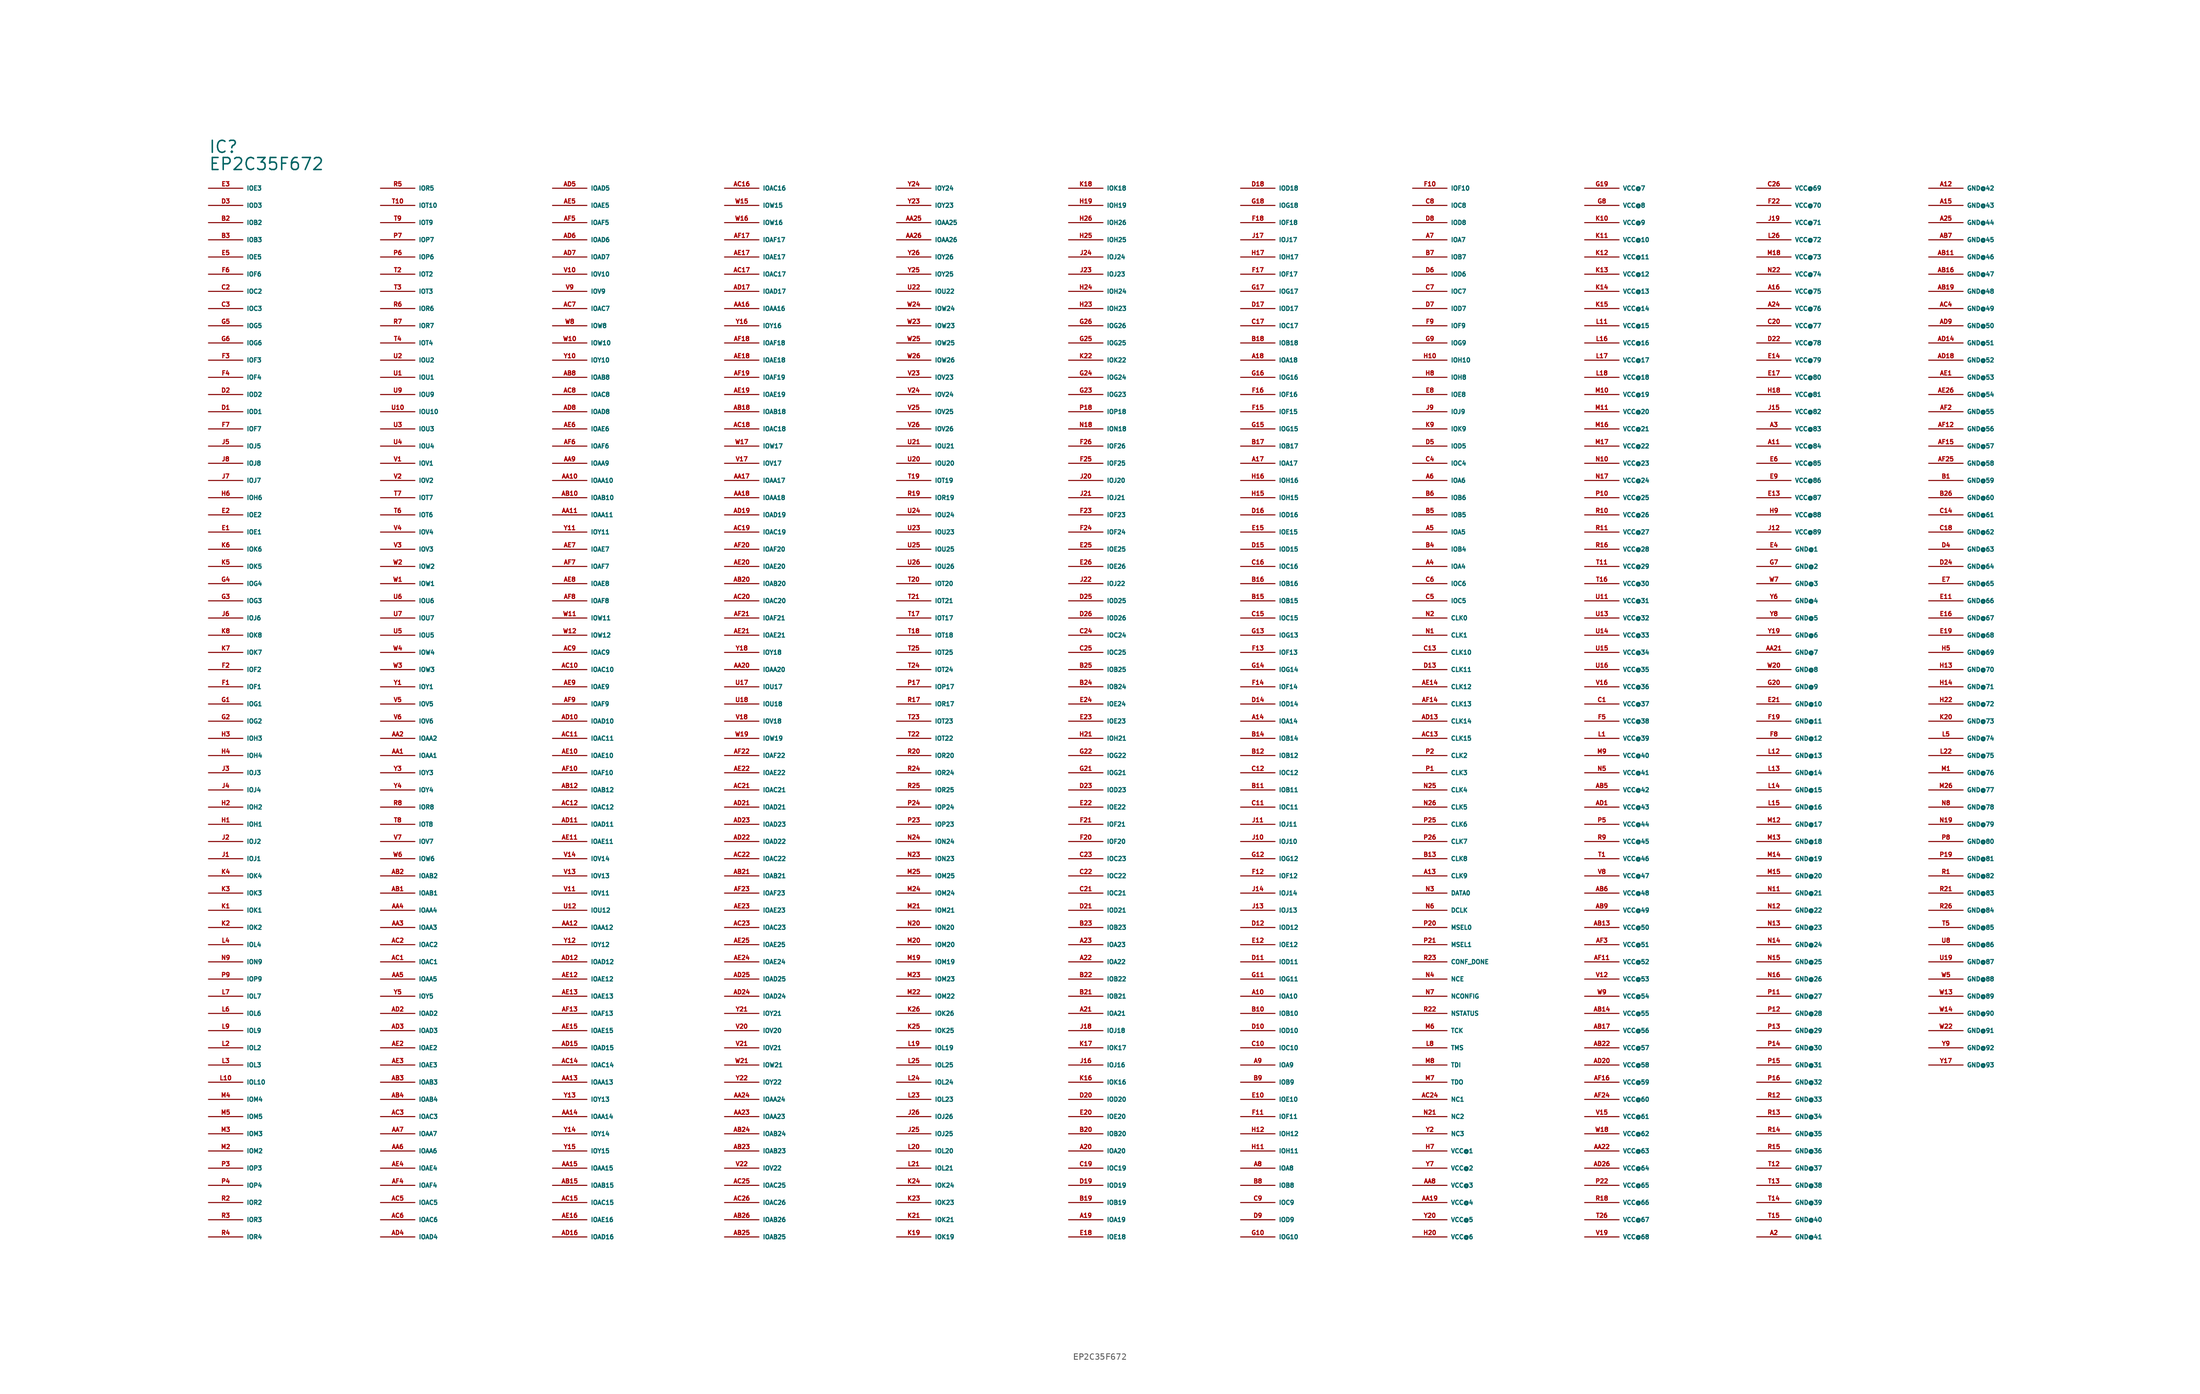
<source format=kicad_sym>
(kicad_symbol_lib
  (version 20220914)
  (generator Eagle2Kicad)
  (symbol "EP2C35F672"
    (property "Reference" "IC"
      (at -132.08 86.36 0)
      (effects (font (size 1.778 1.778) (thickness 0.22)) (justify left bottom)))
    (property "Value" "EP2C35F672"
      (at -132.08 83.82 0)
      (effects (font (size 1.778 1.778) (thickness 0.22)) (justify left bottom)))
    (pin output line
      (at -132.08 81.28 0)
      (length 5.08)
      (name "IOE3" (effects (font (size 0.635 0.635) (thickness 0.08)) (justify left bottom)))
      (number "E3" (effects (font (size 0.635 0.635) (thickness 0.08)) (justify left bottom))))
    (pin output line
      (at -132.08 78.74 0)
      (length 5.08)
      (name "IOD3" (effects (font (size 0.635 0.635) (thickness 0.08)) (justify left bottom)))
      (number "D3" (effects (font (size 0.635 0.635) (thickness 0.08)) (justify left bottom))))
    (pin bidirectional line
      (at -132.08 76.2 0)
      (length 5.08)
      (name "IOB2" (effects (font (size 0.635 0.635) (thickness 0.08)) (justify left bottom)))
      (number "B2" (effects (font (size 0.635 0.635) (thickness 0.08)) (justify left bottom))))
    (pin bidirectional line
      (at -132.08 73.66 0)
      (length 5.08)
      (name "IOB3" (effects (font (size 0.635 0.635) (thickness 0.08)) (justify left bottom)))
      (number "B3" (effects (font (size 0.635 0.635) (thickness 0.08)) (justify left bottom))))
    (pin bidirectional line
      (at -132.08 71.12 0)
      (length 5.08)
      (name "IOE5" (effects (font (size 0.635 0.635) (thickness 0.08)) (justify left bottom)))
      (number "E5" (effects (font (size 0.635 0.635) (thickness 0.08)) (justify left bottom))))
    (pin bidirectional line
      (at -132.08 68.58 0)
      (length 5.08)
      (name "IOF6" (effects (font (size 0.635 0.635) (thickness 0.08)) (justify left bottom)))
      (number "F6" (effects (font (size 0.635 0.635) (thickness 0.08)) (justify left bottom))))
    (pin bidirectional line
      (at -132.08 66.04 0)
      (length 5.08)
      (name "IOC2" (effects (font (size 0.635 0.635) (thickness 0.08)) (justify left bottom)))
      (number "C2" (effects (font (size 0.635 0.635) (thickness 0.08)) (justify left bottom))))
    (pin bidirectional line
      (at -132.08 63.5 0)
      (length 5.08)
      (name "IOC3" (effects (font (size 0.635 0.635) (thickness 0.08)) (justify left bottom)))
      (number "C3" (effects (font (size 0.635 0.635) (thickness 0.08)) (justify left bottom))))
    (pin bidirectional line
      (at -132.08 60.96 0)
      (length 5.08)
      (name "IOG5" (effects (font (size 0.635 0.635) (thickness 0.08)) (justify left bottom)))
      (number "G5" (effects (font (size 0.635 0.635) (thickness 0.08)) (justify left bottom))))
    (pin bidirectional line
      (at -132.08 58.42 0)
      (length 5.08)
      (name "IOG6" (effects (font (size 0.635 0.635) (thickness 0.08)) (justify left bottom)))
      (number "G6" (effects (font (size 0.635 0.635) (thickness 0.08)) (justify left bottom))))
    (pin bidirectional line
      (at -132.08 55.88 0)
      (length 5.08)
      (name "IOF3" (effects (font (size 0.635 0.635) (thickness 0.08)) (justify left bottom)))
      (number "F3" (effects (font (size 0.635 0.635) (thickness 0.08)) (justify left bottom))))
    (pin bidirectional line
      (at -132.08 53.34 0)
      (length 5.08)
      (name "IOF4" (effects (font (size 0.635 0.635) (thickness 0.08)) (justify left bottom)))
      (number "F4" (effects (font (size 0.635 0.635) (thickness 0.08)) (justify left bottom))))
    (pin bidirectional line
      (at -132.08 50.8 0)
      (length 5.08)
      (name "IOD2" (effects (font (size 0.635 0.635) (thickness 0.08)) (justify left bottom)))
      (number "D2" (effects (font (size 0.635 0.635) (thickness 0.08)) (justify left bottom))))
    (pin bidirectional line
      (at -132.08 48.26 0)
      (length 5.08)
      (name "IOD1" (effects (font (size 0.635 0.635) (thickness 0.08)) (justify left bottom)))
      (number "D1" (effects (font (size 0.635 0.635) (thickness 0.08)) (justify left bottom))))
    (pin bidirectional line
      (at -132.08 45.72 0)
      (length 5.08)
      (name "IOF7" (effects (font (size 0.635 0.635) (thickness 0.08)) (justify left bottom)))
      (number "F7" (effects (font (size 0.635 0.635) (thickness 0.08)) (justify left bottom))))
    (pin bidirectional line
      (at -132.08 43.18 0)
      (length 5.08)
      (name "IOJ5" (effects (font (size 0.635 0.635) (thickness 0.08)) (justify left bottom)))
      (number "J5" (effects (font (size 0.635 0.635) (thickness 0.08)) (justify left bottom))))
    (pin bidirectional line
      (at -132.08 40.64 0)
      (length 5.08)
      (name "IOJ8" (effects (font (size 0.635 0.635) (thickness 0.08)) (justify left bottom)))
      (number "J8" (effects (font (size 0.635 0.635) (thickness 0.08)) (justify left bottom))))
    (pin bidirectional line
      (at -132.08 38.1 0)
      (length 5.08)
      (name "IOJ7" (effects (font (size 0.635 0.635) (thickness 0.08)) (justify left bottom)))
      (number "J7" (effects (font (size 0.635 0.635) (thickness 0.08)) (justify left bottom))))
    (pin bidirectional line
      (at -132.08 35.56 0)
      (length 5.08)
      (name "IOH6" (effects (font (size 0.635 0.635) (thickness 0.08)) (justify left bottom)))
      (number "H6" (effects (font (size 0.635 0.635) (thickness 0.08)) (justify left bottom))))
    (pin bidirectional line
      (at -132.08 33.02 0)
      (length 5.08)
      (name "IOE2" (effects (font (size 0.635 0.635) (thickness 0.08)) (justify left bottom)))
      (number "E2" (effects (font (size 0.635 0.635) (thickness 0.08)) (justify left bottom))))
    (pin bidirectional line
      (at -132.08 30.48 0)
      (length 5.08)
      (name "IOE1" (effects (font (size 0.635 0.635) (thickness 0.08)) (justify left bottom)))
      (number "E1" (effects (font (size 0.635 0.635) (thickness 0.08)) (justify left bottom))))
    (pin bidirectional line
      (at -132.08 27.94 0)
      (length 5.08)
      (name "IOK6" (effects (font (size 0.635 0.635) (thickness 0.08)) (justify left bottom)))
      (number "K6" (effects (font (size 0.635 0.635) (thickness 0.08)) (justify left bottom))))
    (pin bidirectional line
      (at -132.08 25.4 0)
      (length 5.08)
      (name "IOK5" (effects (font (size 0.635 0.635) (thickness 0.08)) (justify left bottom)))
      (number "K5" (effects (font (size 0.635 0.635) (thickness 0.08)) (justify left bottom))))
    (pin bidirectional line
      (at -132.08 22.86 0)
      (length 5.08)
      (name "IOG4" (effects (font (size 0.635 0.635) (thickness 0.08)) (justify left bottom)))
      (number "G4" (effects (font (size 0.635 0.635) (thickness 0.08)) (justify left bottom))))
    (pin bidirectional line
      (at -132.08 20.32 0)
      (length 5.08)
      (name "IOG3" (effects (font (size 0.635 0.635) (thickness 0.08)) (justify left bottom)))
      (number "G3" (effects (font (size 0.635 0.635) (thickness 0.08)) (justify left bottom))))
    (pin bidirectional line
      (at -132.08 17.78 0)
      (length 5.08)
      (name "IOJ6" (effects (font (size 0.635 0.635) (thickness 0.08)) (justify left bottom)))
      (number "J6" (effects (font (size 0.635 0.635) (thickness 0.08)) (justify left bottom))))
    (pin bidirectional line
      (at -132.08 15.24 0)
      (length 5.08)
      (name "IOK8" (effects (font (size 0.635 0.635) (thickness 0.08)) (justify left bottom)))
      (number "K8" (effects (font (size 0.635 0.635) (thickness 0.08)) (justify left bottom))))
    (pin bidirectional line
      (at -132.08 12.7 0)
      (length 5.08)
      (name "IOK7" (effects (font (size 0.635 0.635) (thickness 0.08)) (justify left bottom)))
      (number "K7" (effects (font (size 0.635 0.635) (thickness 0.08)) (justify left bottom))))
    (pin bidirectional line
      (at -132.08 10.16 0)
      (length 5.08)
      (name "IOF2" (effects (font (size 0.635 0.635) (thickness 0.08)) (justify left bottom)))
      (number "F2" (effects (font (size 0.635 0.635) (thickness 0.08)) (justify left bottom))))
    (pin bidirectional line
      (at -132.08 7.62 0)
      (length 5.08)
      (name "IOF1" (effects (font (size 0.635 0.635) (thickness 0.08)) (justify left bottom)))
      (number "F1" (effects (font (size 0.635 0.635) (thickness 0.08)) (justify left bottom))))
    (pin bidirectional line
      (at -132.08 5.08 0)
      (length 5.08)
      (name "IOG1" (effects (font (size 0.635 0.635) (thickness 0.08)) (justify left bottom)))
      (number "G1" (effects (font (size 0.635 0.635) (thickness 0.08)) (justify left bottom))))
    (pin bidirectional line
      (at -132.08 2.54 0)
      (length 5.08)
      (name "IOG2" (effects (font (size 0.635 0.635) (thickness 0.08)) (justify left bottom)))
      (number "G2" (effects (font (size 0.635 0.635) (thickness 0.08)) (justify left bottom))))
    (pin bidirectional line
      (at -132.08 0 0)
      (length 5.08)
      (name "IOH3" (effects (font (size 0.635 0.635) (thickness 0.08)) (justify left bottom)))
      (number "H3" (effects (font (size 0.635 0.635) (thickness 0.08)) (justify left bottom))))
    (pin bidirectional line
      (at -132.08 -2.54 0)
      (length 5.08)
      (name "IOH4" (effects (font (size 0.635 0.635) (thickness 0.08)) (justify left bottom)))
      (number "H4" (effects (font (size 0.635 0.635) (thickness 0.08)) (justify left bottom))))
    (pin bidirectional line
      (at -132.08 -5.08 0)
      (length 5.08)
      (name "IOJ3" (effects (font (size 0.635 0.635) (thickness 0.08)) (justify left bottom)))
      (number "J3" (effects (font (size 0.635 0.635) (thickness 0.08)) (justify left bottom))))
    (pin bidirectional line
      (at -132.08 -7.62 0)
      (length 5.08)
      (name "IOJ4" (effects (font (size 0.635 0.635) (thickness 0.08)) (justify left bottom)))
      (number "J4" (effects (font (size 0.635 0.635) (thickness 0.08)) (justify left bottom))))
    (pin bidirectional line
      (at -132.08 -10.16 0)
      (length 5.08)
      (name "IOH2" (effects (font (size 0.635 0.635) (thickness 0.08)) (justify left bottom)))
      (number "H2" (effects (font (size 0.635 0.635) (thickness 0.08)) (justify left bottom))))
    (pin bidirectional line
      (at -132.08 -12.7 0)
      (length 5.08)
      (name "IOH1" (effects (font (size 0.635 0.635) (thickness 0.08)) (justify left bottom)))
      (number "H1" (effects (font (size 0.635 0.635) (thickness 0.08)) (justify left bottom))))
    (pin bidirectional line
      (at -132.08 -15.24 0)
      (length 5.08)
      (name "IOJ2" (effects (font (size 0.635 0.635) (thickness 0.08)) (justify left bottom)))
      (number "J2" (effects (font (size 0.635 0.635) (thickness 0.08)) (justify left bottom))))
    (pin bidirectional line
      (at -132.08 -17.78 0)
      (length 5.08)
      (name "IOJ1" (effects (font (size 0.635 0.635) (thickness 0.08)) (justify left bottom)))
      (number "J1" (effects (font (size 0.635 0.635) (thickness 0.08)) (justify left bottom))))
    (pin bidirectional line
      (at -132.08 -20.32 0)
      (length 5.08)
      (name "IOK4" (effects (font (size 0.635 0.635) (thickness 0.08)) (justify left bottom)))
      (number "K4" (effects (font (size 0.635 0.635) (thickness 0.08)) (justify left bottom))))
    (pin bidirectional line
      (at -132.08 -22.86 0)
      (length 5.08)
      (name "IOK3" (effects (font (size 0.635 0.635) (thickness 0.08)) (justify left bottom)))
      (number "K3" (effects (font (size 0.635 0.635) (thickness 0.08)) (justify left bottom))))
    (pin bidirectional line
      (at -132.08 -25.4 0)
      (length 5.08)
      (name "IOK1" (effects (font (size 0.635 0.635) (thickness 0.08)) (justify left bottom)))
      (number "K1" (effects (font (size 0.635 0.635) (thickness 0.08)) (justify left bottom))))
    (pin bidirectional line
      (at -132.08 -27.94 0)
      (length 5.08)
      (name "IOK2" (effects (font (size 0.635 0.635) (thickness 0.08)) (justify left bottom)))
      (number "K2" (effects (font (size 0.635 0.635) (thickness 0.08)) (justify left bottom))))
    (pin bidirectional line
      (at -132.08 -30.48 0)
      (length 5.08)
      (name "IOL4" (effects (font (size 0.635 0.635) (thickness 0.08)) (justify left bottom)))
      (number "L4" (effects (font (size 0.635 0.635) (thickness 0.08)) (justify left bottom))))
    (pin bidirectional line
      (at -132.08 -33.02 0)
      (length 5.08)
      (name "ION9" (effects (font (size 0.635 0.635) (thickness 0.08)) (justify left bottom)))
      (number "N9" (effects (font (size 0.635 0.635) (thickness 0.08)) (justify left bottom))))
    (pin bidirectional line
      (at -132.08 -35.56 0)
      (length 5.08)
      (name "IOP9" (effects (font (size 0.635 0.635) (thickness 0.08)) (justify left bottom)))
      (number "P9" (effects (font (size 0.635 0.635) (thickness 0.08)) (justify left bottom))))
    (pin bidirectional line
      (at -132.08 -38.1 0)
      (length 5.08)
      (name "IOL7" (effects (font (size 0.635 0.635) (thickness 0.08)) (justify left bottom)))
      (number "L7" (effects (font (size 0.635 0.635) (thickness 0.08)) (justify left bottom))))
    (pin bidirectional line
      (at -132.08 -40.64 0)
      (length 5.08)
      (name "IOL6" (effects (font (size 0.635 0.635) (thickness 0.08)) (justify left bottom)))
      (number "L6" (effects (font (size 0.635 0.635) (thickness 0.08)) (justify left bottom))))
    (pin bidirectional line
      (at -132.08 -43.18 0)
      (length 5.08)
      (name "IOL9" (effects (font (size 0.635 0.635) (thickness 0.08)) (justify left bottom)))
      (number "L9" (effects (font (size 0.635 0.635) (thickness 0.08)) (justify left bottom))))
    (pin bidirectional line
      (at -132.08 -45.72 0)
      (length 5.08)
      (name "IOL2" (effects (font (size 0.635 0.635) (thickness 0.08)) (justify left bottom)))
      (number "L2" (effects (font (size 0.635 0.635) (thickness 0.08)) (justify left bottom))))
    (pin bidirectional line
      (at -132.08 -48.26 0)
      (length 5.08)
      (name "IOL3" (effects (font (size 0.635 0.635) (thickness 0.08)) (justify left bottom)))
      (number "L3" (effects (font (size 0.635 0.635) (thickness 0.08)) (justify left bottom))))
    (pin bidirectional line
      (at -132.08 -50.8 0)
      (length 5.08)
      (name "IOL10" (effects (font (size 0.635 0.635) (thickness 0.08)) (justify left bottom)))
      (number "L10" (effects (font (size 0.635 0.635) (thickness 0.08)) (justify left bottom))))
    (pin bidirectional line
      (at -132.08 -53.34 0)
      (length 5.08)
      (name "IOM4" (effects (font (size 0.635 0.635) (thickness 0.08)) (justify left bottom)))
      (number "M4" (effects (font (size 0.635 0.635) (thickness 0.08)) (justify left bottom))))
    (pin bidirectional line
      (at -132.08 -55.88 0)
      (length 5.08)
      (name "IOM5" (effects (font (size 0.635 0.635) (thickness 0.08)) (justify left bottom)))
      (number "M5" (effects (font (size 0.635 0.635) (thickness 0.08)) (justify left bottom))))
    (pin bidirectional line
      (at -132.08 -58.42 0)
      (length 5.08)
      (name "IOM3" (effects (font (size 0.635 0.635) (thickness 0.08)) (justify left bottom)))
      (number "M3" (effects (font (size 0.635 0.635) (thickness 0.08)) (justify left bottom))))
    (pin bidirectional line
      (at -132.08 -60.96 0)
      (length 5.08)
      (name "IOM2" (effects (font (size 0.635 0.635) (thickness 0.08)) (justify left bottom)))
      (number "M2" (effects (font (size 0.635 0.635) (thickness 0.08)) (justify left bottom))))
    (pin bidirectional line
      (at -132.08 -63.5 0)
      (length 5.08)
      (name "IOP3" (effects (font (size 0.635 0.635) (thickness 0.08)) (justify left bottom)))
      (number "P3" (effects (font (size 0.635 0.635) (thickness 0.08)) (justify left bottom))))
    (pin bidirectional line
      (at -132.08 -66.04 0)
      (length 5.08)
      (name "IOP4" (effects (font (size 0.635 0.635) (thickness 0.08)) (justify left bottom)))
      (number "P4" (effects (font (size 0.635 0.635) (thickness 0.08)) (justify left bottom))))
    (pin bidirectional line
      (at -132.08 -68.58 0)
      (length 5.08)
      (name "IOR2" (effects (font (size 0.635 0.635) (thickness 0.08)) (justify left bottom)))
      (number "R2" (effects (font (size 0.635 0.635) (thickness 0.08)) (justify left bottom))))
    (pin bidirectional line
      (at -132.08 -71.12 0)
      (length 5.08)
      (name "IOR3" (effects (font (size 0.635 0.635) (thickness 0.08)) (justify left bottom)))
      (number "R3" (effects (font (size 0.635 0.635) (thickness 0.08)) (justify left bottom))))
    (pin bidirectional line
      (at -132.08 -73.66 0)
      (length 5.08)
      (name "IOR4" (effects (font (size 0.635 0.635) (thickness 0.08)) (justify left bottom)))
      (number "R4" (effects (font (size 0.635 0.635) (thickness 0.08)) (justify left bottom))))
    (pin bidirectional line
      (at -106.68 81.28 0)
      (length 5.08)
      (name "IOR5" (effects (font (size 0.635 0.635) (thickness 0.08)) (justify left bottom)))
      (number "R5" (effects (font (size 0.635 0.635) (thickness 0.08)) (justify left bottom))))
    (pin bidirectional line
      (at -106.68 78.74 0)
      (length 5.08)
      (name "IOT10" (effects (font (size 0.635 0.635) (thickness 0.08)) (justify left bottom)))
      (number "T10" (effects (font (size 0.635 0.635) (thickness 0.08)) (justify left bottom))))
    (pin bidirectional line
      (at -106.68 76.2 0)
      (length 5.08)
      (name "IOT9" (effects (font (size 0.635 0.635) (thickness 0.08)) (justify left bottom)))
      (number "T9" (effects (font (size 0.635 0.635) (thickness 0.08)) (justify left bottom))))
    (pin bidirectional line
      (at -106.68 73.66 0)
      (length 5.08)
      (name "IOP7" (effects (font (size 0.635 0.635) (thickness 0.08)) (justify left bottom)))
      (number "P7" (effects (font (size 0.635 0.635) (thickness 0.08)) (justify left bottom))))
    (pin bidirectional line
      (at -106.68 71.12 0)
      (length 5.08)
      (name "IOP6" (effects (font (size 0.635 0.635) (thickness 0.08)) (justify left bottom)))
      (number "P6" (effects (font (size 0.635 0.635) (thickness 0.08)) (justify left bottom))))
    (pin bidirectional line
      (at -106.68 68.58 0)
      (length 5.08)
      (name "IOT2" (effects (font (size 0.635 0.635) (thickness 0.08)) (justify left bottom)))
      (number "T2" (effects (font (size 0.635 0.635) (thickness 0.08)) (justify left bottom))))
    (pin bidirectional line
      (at -106.68 66.04 0)
      (length 5.08)
      (name "IOT3" (effects (font (size 0.635 0.635) (thickness 0.08)) (justify left bottom)))
      (number "T3" (effects (font (size 0.635 0.635) (thickness 0.08)) (justify left bottom))))
    (pin bidirectional line
      (at -106.68 63.5 0)
      (length 5.08)
      (name "IOR6" (effects (font (size 0.635 0.635) (thickness 0.08)) (justify left bottom)))
      (number "R6" (effects (font (size 0.635 0.635) (thickness 0.08)) (justify left bottom))))
    (pin bidirectional line
      (at -106.68 60.96 0)
      (length 5.08)
      (name "IOR7" (effects (font (size 0.635 0.635) (thickness 0.08)) (justify left bottom)))
      (number "R7" (effects (font (size 0.635 0.635) (thickness 0.08)) (justify left bottom))))
    (pin bidirectional line
      (at -106.68 58.42 0)
      (length 5.08)
      (name "IOT4" (effects (font (size 0.635 0.635) (thickness 0.08)) (justify left bottom)))
      (number "T4" (effects (font (size 0.635 0.635) (thickness 0.08)) (justify left bottom))))
    (pin bidirectional line
      (at -106.68 55.88 0)
      (length 5.08)
      (name "IOU2" (effects (font (size 0.635 0.635) (thickness 0.08)) (justify left bottom)))
      (number "U2" (effects (font (size 0.635 0.635) (thickness 0.08)) (justify left bottom))))
    (pin bidirectional line
      (at -106.68 53.34 0)
      (length 5.08)
      (name "IOU1" (effects (font (size 0.635 0.635) (thickness 0.08)) (justify left bottom)))
      (number "U1" (effects (font (size 0.635 0.635) (thickness 0.08)) (justify left bottom))))
    (pin bidirectional line
      (at -106.68 50.8 0)
      (length 5.08)
      (name "IOU9" (effects (font (size 0.635 0.635) (thickness 0.08)) (justify left bottom)))
      (number "U9" (effects (font (size 0.635 0.635) (thickness 0.08)) (justify left bottom))))
    (pin bidirectional line
      (at -106.68 48.26 0)
      (length 5.08)
      (name "IOU10" (effects (font (size 0.635 0.635) (thickness 0.08)) (justify left bottom)))
      (number "U10" (effects (font (size 0.635 0.635) (thickness 0.08)) (justify left bottom))))
    (pin bidirectional line
      (at -106.68 45.72 0)
      (length 5.08)
      (name "IOU3" (effects (font (size 0.635 0.635) (thickness 0.08)) (justify left bottom)))
      (number "U3" (effects (font (size 0.635 0.635) (thickness 0.08)) (justify left bottom))))
    (pin bidirectional line
      (at -106.68 43.18 0)
      (length 5.08)
      (name "IOU4" (effects (font (size 0.635 0.635) (thickness 0.08)) (justify left bottom)))
      (number "U4" (effects (font (size 0.635 0.635) (thickness 0.08)) (justify left bottom))))
    (pin bidirectional line
      (at -106.68 40.64 0)
      (length 5.08)
      (name "IOV1" (effects (font (size 0.635 0.635) (thickness 0.08)) (justify left bottom)))
      (number "V1" (effects (font (size 0.635 0.635) (thickness 0.08)) (justify left bottom))))
    (pin bidirectional line
      (at -106.68 38.1 0)
      (length 5.08)
      (name "IOV2" (effects (font (size 0.635 0.635) (thickness 0.08)) (justify left bottom)))
      (number "V2" (effects (font (size 0.635 0.635) (thickness 0.08)) (justify left bottom))))
    (pin bidirectional line
      (at -106.68 35.56 0)
      (length 5.08)
      (name "IOT7" (effects (font (size 0.635 0.635) (thickness 0.08)) (justify left bottom)))
      (number "T7" (effects (font (size 0.635 0.635) (thickness 0.08)) (justify left bottom))))
    (pin bidirectional line
      (at -106.68 33.02 0)
      (length 5.08)
      (name "IOT6" (effects (font (size 0.635 0.635) (thickness 0.08)) (justify left bottom)))
      (number "T6" (effects (font (size 0.635 0.635) (thickness 0.08)) (justify left bottom))))
    (pin bidirectional line
      (at -106.68 30.48 0)
      (length 5.08)
      (name "IOV4" (effects (font (size 0.635 0.635) (thickness 0.08)) (justify left bottom)))
      (number "V4" (effects (font (size 0.635 0.635) (thickness 0.08)) (justify left bottom))))
    (pin bidirectional line
      (at -106.68 27.94 0)
      (length 5.08)
      (name "IOV3" (effects (font (size 0.635 0.635) (thickness 0.08)) (justify left bottom)))
      (number "V3" (effects (font (size 0.635 0.635) (thickness 0.08)) (justify left bottom))))
    (pin bidirectional line
      (at -106.68 25.4 0)
      (length 5.08)
      (name "IOW2" (effects (font (size 0.635 0.635) (thickness 0.08)) (justify left bottom)))
      (number "W2" (effects (font (size 0.635 0.635) (thickness 0.08)) (justify left bottom))))
    (pin bidirectional line
      (at -106.68 22.86 0)
      (length 5.08)
      (name "IOW1" (effects (font (size 0.635 0.635) (thickness 0.08)) (justify left bottom)))
      (number "W1" (effects (font (size 0.635 0.635) (thickness 0.08)) (justify left bottom))))
    (pin bidirectional line
      (at -106.68 20.32 0)
      (length 5.08)
      (name "IOU6" (effects (font (size 0.635 0.635) (thickness 0.08)) (justify left bottom)))
      (number "U6" (effects (font (size 0.635 0.635) (thickness 0.08)) (justify left bottom))))
    (pin bidirectional line
      (at -106.68 17.78 0)
      (length 5.08)
      (name "IOU7" (effects (font (size 0.635 0.635) (thickness 0.08)) (justify left bottom)))
      (number "U7" (effects (font (size 0.635 0.635) (thickness 0.08)) (justify left bottom))))
    (pin bidirectional line
      (at -106.68 15.24 0)
      (length 5.08)
      (name "IOU5" (effects (font (size 0.635 0.635) (thickness 0.08)) (justify left bottom)))
      (number "U5" (effects (font (size 0.635 0.635) (thickness 0.08)) (justify left bottom))))
    (pin bidirectional line
      (at -106.68 12.7 0)
      (length 5.08)
      (name "IOW4" (effects (font (size 0.635 0.635) (thickness 0.08)) (justify left bottom)))
      (number "W4" (effects (font (size 0.635 0.635) (thickness 0.08)) (justify left bottom))))
    (pin bidirectional line
      (at -106.68 10.16 0)
      (length 5.08)
      (name "IOW3" (effects (font (size 0.635 0.635) (thickness 0.08)) (justify left bottom)))
      (number "W3" (effects (font (size 0.635 0.635) (thickness 0.08)) (justify left bottom))))
    (pin bidirectional line
      (at -106.68 7.62 0)
      (length 5.08)
      (name "IOY1" (effects (font (size 0.635 0.635) (thickness 0.08)) (justify left bottom)))
      (number "Y1" (effects (font (size 0.635 0.635) (thickness 0.08)) (justify left bottom))))
    (pin bidirectional line
      (at -106.68 5.08 0)
      (length 5.08)
      (name "IOV5" (effects (font (size 0.635 0.635) (thickness 0.08)) (justify left bottom)))
      (number "V5" (effects (font (size 0.635 0.635) (thickness 0.08)) (justify left bottom))))
    (pin bidirectional line
      (at -106.68 2.54 0)
      (length 5.08)
      (name "IOV6" (effects (font (size 0.635 0.635) (thickness 0.08)) (justify left bottom)))
      (number "V6" (effects (font (size 0.635 0.635) (thickness 0.08)) (justify left bottom))))
    (pin bidirectional line
      (at -106.68 0 0)
      (length 5.08)
      (name "IOAA2" (effects (font (size 0.635 0.635) (thickness 0.08)) (justify left bottom)))
      (number "AA2" (effects (font (size 0.635 0.635) (thickness 0.08)) (justify left bottom))))
    (pin bidirectional line
      (at -106.68 -2.54 0)
      (length 5.08)
      (name "IOAA1" (effects (font (size 0.635 0.635) (thickness 0.08)) (justify left bottom)))
      (number "AA1" (effects (font (size 0.635 0.635) (thickness 0.08)) (justify left bottom))))
    (pin bidirectional line
      (at -106.68 -5.08 0)
      (length 5.08)
      (name "IOY3" (effects (font (size 0.635 0.635) (thickness 0.08)) (justify left bottom)))
      (number "Y3" (effects (font (size 0.635 0.635) (thickness 0.08)) (justify left bottom))))
    (pin bidirectional line
      (at -106.68 -7.62 0)
      (length 5.08)
      (name "IOY4" (effects (font (size 0.635 0.635) (thickness 0.08)) (justify left bottom)))
      (number "Y4" (effects (font (size 0.635 0.635) (thickness 0.08)) (justify left bottom))))
    (pin bidirectional line
      (at -106.68 -10.16 0)
      (length 5.08)
      (name "IOR8" (effects (font (size 0.635 0.635) (thickness 0.08)) (justify left bottom)))
      (number "R8" (effects (font (size 0.635 0.635) (thickness 0.08)) (justify left bottom))))
    (pin bidirectional line
      (at -106.68 -12.7 0)
      (length 5.08)
      (name "IOT8" (effects (font (size 0.635 0.635) (thickness 0.08)) (justify left bottom)))
      (number "T8" (effects (font (size 0.635 0.635) (thickness 0.08)) (justify left bottom))))
    (pin bidirectional line
      (at -106.68 -15.24 0)
      (length 5.08)
      (name "IOV7" (effects (font (size 0.635 0.635) (thickness 0.08)) (justify left bottom)))
      (number "V7" (effects (font (size 0.635 0.635) (thickness 0.08)) (justify left bottom))))
    (pin bidirectional line
      (at -106.68 -17.78 0)
      (length 5.08)
      (name "IOW6" (effects (font (size 0.635 0.635) (thickness 0.08)) (justify left bottom)))
      (number "W6" (effects (font (size 0.635 0.635) (thickness 0.08)) (justify left bottom))))
    (pin bidirectional line
      (at -106.68 -20.32 0)
      (length 5.08)
      (name "IOAB2" (effects (font (size 0.635 0.635) (thickness 0.08)) (justify left bottom)))
      (number "AB2" (effects (font (size 0.635 0.635) (thickness 0.08)) (justify left bottom))))
    (pin bidirectional line
      (at -106.68 -22.86 0)
      (length 5.08)
      (name "IOAB1" (effects (font (size 0.635 0.635) (thickness 0.08)) (justify left bottom)))
      (number "AB1" (effects (font (size 0.635 0.635) (thickness 0.08)) (justify left bottom))))
    (pin bidirectional line
      (at -106.68 -25.4 0)
      (length 5.08)
      (name "IOAA4" (effects (font (size 0.635 0.635) (thickness 0.08)) (justify left bottom)))
      (number "AA4" (effects (font (size 0.635 0.635) (thickness 0.08)) (justify left bottom))))
    (pin bidirectional line
      (at -106.68 -27.94 0)
      (length 5.08)
      (name "IOAA3" (effects (font (size 0.635 0.635) (thickness 0.08)) (justify left bottom)))
      (number "AA3" (effects (font (size 0.635 0.635) (thickness 0.08)) (justify left bottom))))
    (pin bidirectional line
      (at -106.68 -30.48 0)
      (length 5.08)
      (name "IOAC2" (effects (font (size 0.635 0.635) (thickness 0.08)) (justify left bottom)))
      (number "AC2" (effects (font (size 0.635 0.635) (thickness 0.08)) (justify left bottom))))
    (pin bidirectional line
      (at -106.68 -33.02 0)
      (length 5.08)
      (name "IOAC1" (effects (font (size 0.635 0.635) (thickness 0.08)) (justify left bottom)))
      (number "AC1" (effects (font (size 0.635 0.635) (thickness 0.08)) (justify left bottom))))
    (pin bidirectional line
      (at -106.68 -35.56 0)
      (length 5.08)
      (name "IOAA5" (effects (font (size 0.635 0.635) (thickness 0.08)) (justify left bottom)))
      (number "AA5" (effects (font (size 0.635 0.635) (thickness 0.08)) (justify left bottom))))
    (pin bidirectional line
      (at -106.68 -38.1 0)
      (length 5.08)
      (name "IOY5" (effects (font (size 0.635 0.635) (thickness 0.08)) (justify left bottom)))
      (number "Y5" (effects (font (size 0.635 0.635) (thickness 0.08)) (justify left bottom))))
    (pin bidirectional line
      (at -106.68 -40.64 0)
      (length 5.08)
      (name "IOAD2" (effects (font (size 0.635 0.635) (thickness 0.08)) (justify left bottom)))
      (number "AD2" (effects (font (size 0.635 0.635) (thickness 0.08)) (justify left bottom))))
    (pin bidirectional line
      (at -106.68 -43.18 0)
      (length 5.08)
      (name "IOAD3" (effects (font (size 0.635 0.635) (thickness 0.08)) (justify left bottom)))
      (number "AD3" (effects (font (size 0.635 0.635) (thickness 0.08)) (justify left bottom))))
    (pin bidirectional line
      (at -106.68 -45.72 0)
      (length 5.08)
      (name "IOAE2" (effects (font (size 0.635 0.635) (thickness 0.08)) (justify left bottom)))
      (number "AE2" (effects (font (size 0.635 0.635) (thickness 0.08)) (justify left bottom))))
    (pin bidirectional line
      (at -106.68 -48.26 0)
      (length 5.08)
      (name "IOAE3" (effects (font (size 0.635 0.635) (thickness 0.08)) (justify left bottom)))
      (number "AE3" (effects (font (size 0.635 0.635) (thickness 0.08)) (justify left bottom))))
    (pin bidirectional line
      (at -106.68 -50.8 0)
      (length 5.08)
      (name "IOAB3" (effects (font (size 0.635 0.635) (thickness 0.08)) (justify left bottom)))
      (number "AB3" (effects (font (size 0.635 0.635) (thickness 0.08)) (justify left bottom))))
    (pin bidirectional line
      (at -106.68 -53.34 0)
      (length 5.08)
      (name "IOAB4" (effects (font (size 0.635 0.635) (thickness 0.08)) (justify left bottom)))
      (number "AB4" (effects (font (size 0.635 0.635) (thickness 0.08)) (justify left bottom))))
    (pin bidirectional line
      (at -106.68 -55.88 0)
      (length 5.08)
      (name "IOAC3" (effects (font (size 0.635 0.635) (thickness 0.08)) (justify left bottom)))
      (number "AC3" (effects (font (size 0.635 0.635) (thickness 0.08)) (justify left bottom))))
    (pin bidirectional line
      (at -106.68 -58.42 0)
      (length 5.08)
      (name "IOAA7" (effects (font (size 0.635 0.635) (thickness 0.08)) (justify left bottom)))
      (number "AA7" (effects (font (size 0.635 0.635) (thickness 0.08)) (justify left bottom))))
    (pin bidirectional line
      (at -106.68 -60.96 0)
      (length 5.08)
      (name "IOAA6" (effects (font (size 0.635 0.635) (thickness 0.08)) (justify left bottom)))
      (number "AA6" (effects (font (size 0.635 0.635) (thickness 0.08)) (justify left bottom))))
    (pin bidirectional line
      (at -106.68 -63.5 0)
      (length 5.08)
      (name "IOAE4" (effects (font (size 0.635 0.635) (thickness 0.08)) (justify left bottom)))
      (number "AE4" (effects (font (size 0.635 0.635) (thickness 0.08)) (justify left bottom))))
    (pin bidirectional line
      (at -106.68 -66.04 0)
      (length 5.08)
      (name "IOAF4" (effects (font (size 0.635 0.635) (thickness 0.08)) (justify left bottom)))
      (number "AF4" (effects (font (size 0.635 0.635) (thickness 0.08)) (justify left bottom))))
    (pin bidirectional line
      (at -106.68 -68.58 0)
      (length 5.08)
      (name "IOAC5" (effects (font (size 0.635 0.635) (thickness 0.08)) (justify left bottom)))
      (number "AC5" (effects (font (size 0.635 0.635) (thickness 0.08)) (justify left bottom))))
    (pin bidirectional line
      (at -106.68 -71.12 0)
      (length 5.08)
      (name "IOAC6" (effects (font (size 0.635 0.635) (thickness 0.08)) (justify left bottom)))
      (number "AC6" (effects (font (size 0.635 0.635) (thickness 0.08)) (justify left bottom))))
    (pin bidirectional line
      (at -106.68 -73.66 0)
      (length 5.08)
      (name "IOAD4" (effects (font (size 0.635 0.635) (thickness 0.08)) (justify left bottom)))
      (number "AD4" (effects (font (size 0.635 0.635) (thickness 0.08)) (justify left bottom))))
    (pin bidirectional line
      (at -81.28 81.28 0)
      (length 5.08)
      (name "IOAD5" (effects (font (size 0.635 0.635) (thickness 0.08)) (justify left bottom)))
      (number "AD5" (effects (font (size 0.635 0.635) (thickness 0.08)) (justify left bottom))))
    (pin bidirectional line
      (at -81.28 78.74 0)
      (length 5.08)
      (name "IOAE5" (effects (font (size 0.635 0.635) (thickness 0.08)) (justify left bottom)))
      (number "AE5" (effects (font (size 0.635 0.635) (thickness 0.08)) (justify left bottom))))
    (pin bidirectional line
      (at -81.28 76.2 0)
      (length 5.08)
      (name "IOAF5" (effects (font (size 0.635 0.635) (thickness 0.08)) (justify left bottom)))
      (number "AF5" (effects (font (size 0.635 0.635) (thickness 0.08)) (justify left bottom))))
    (pin bidirectional line
      (at -81.28 73.66 0)
      (length 5.08)
      (name "IOAD6" (effects (font (size 0.635 0.635) (thickness 0.08)) (justify left bottom)))
      (number "AD6" (effects (font (size 0.635 0.635) (thickness 0.08)) (justify left bottom))))
    (pin bidirectional line
      (at -81.28 71.12 0)
      (length 5.08)
      (name "IOAD7" (effects (font (size 0.635 0.635) (thickness 0.08)) (justify left bottom)))
      (number "AD7" (effects (font (size 0.635 0.635) (thickness 0.08)) (justify left bottom))))
    (pin bidirectional line
      (at -81.28 68.58 0)
      (length 5.08)
      (name "IOV10" (effects (font (size 0.635 0.635) (thickness 0.08)) (justify left bottom)))
      (number "V10" (effects (font (size 0.635 0.635) (thickness 0.08)) (justify left bottom))))
    (pin bidirectional line
      (at -81.28 66.04 0)
      (length 5.08)
      (name "IOV9" (effects (font (size 0.635 0.635) (thickness 0.08)) (justify left bottom)))
      (number "V9" (effects (font (size 0.635 0.635) (thickness 0.08)) (justify left bottom))))
    (pin bidirectional line
      (at -81.28 63.5 0)
      (length 5.08)
      (name "IOAC7" (effects (font (size 0.635 0.635) (thickness 0.08)) (justify left bottom)))
      (number "AC7" (effects (font (size 0.635 0.635) (thickness 0.08)) (justify left bottom))))
    (pin bidirectional line
      (at -81.28 60.96 0)
      (length 5.08)
      (name "IOW8" (effects (font (size 0.635 0.635) (thickness 0.08)) (justify left bottom)))
      (number "W8" (effects (font (size 0.635 0.635) (thickness 0.08)) (justify left bottom))))
    (pin bidirectional line
      (at -81.28 58.42 0)
      (length 5.08)
      (name "IOW10" (effects (font (size 0.635 0.635) (thickness 0.08)) (justify left bottom)))
      (number "W10" (effects (font (size 0.635 0.635) (thickness 0.08)) (justify left bottom))))
    (pin bidirectional line
      (at -81.28 55.88 0)
      (length 5.08)
      (name "IOY10" (effects (font (size 0.635 0.635) (thickness 0.08)) (justify left bottom)))
      (number "Y10" (effects (font (size 0.635 0.635) (thickness 0.08)) (justify left bottom))))
    (pin bidirectional line
      (at -81.28 53.34 0)
      (length 5.08)
      (name "IOAB8" (effects (font (size 0.635 0.635) (thickness 0.08)) (justify left bottom)))
      (number "AB8" (effects (font (size 0.635 0.635) (thickness 0.08)) (justify left bottom))))
    (pin bidirectional line
      (at -81.28 50.8 0)
      (length 5.08)
      (name "IOAC8" (effects (font (size 0.635 0.635) (thickness 0.08)) (justify left bottom)))
      (number "AC8" (effects (font (size 0.635 0.635) (thickness 0.08)) (justify left bottom))))
    (pin bidirectional line
      (at -81.28 48.26 0)
      (length 5.08)
      (name "IOAD8" (effects (font (size 0.635 0.635) (thickness 0.08)) (justify left bottom)))
      (number "AD8" (effects (font (size 0.635 0.635) (thickness 0.08)) (justify left bottom))))
    (pin bidirectional line
      (at -81.28 45.72 0)
      (length 5.08)
      (name "IOAE6" (effects (font (size 0.635 0.635) (thickness 0.08)) (justify left bottom)))
      (number "AE6" (effects (font (size 0.635 0.635) (thickness 0.08)) (justify left bottom))))
    (pin bidirectional line
      (at -81.28 43.18 0)
      (length 5.08)
      (name "IOAF6" (effects (font (size 0.635 0.635) (thickness 0.08)) (justify left bottom)))
      (number "AF6" (effects (font (size 0.635 0.635) (thickness 0.08)) (justify left bottom))))
    (pin bidirectional line
      (at -81.28 40.64 0)
      (length 5.08)
      (name "IOAA9" (effects (font (size 0.635 0.635) (thickness 0.08)) (justify left bottom)))
      (number "AA9" (effects (font (size 0.635 0.635) (thickness 0.08)) (justify left bottom))))
    (pin bidirectional line
      (at -81.28 38.1 0)
      (length 5.08)
      (name "IOAA10" (effects (font (size 0.635 0.635) (thickness 0.08)) (justify left bottom)))
      (number "AA10" (effects (font (size 0.635 0.635) (thickness 0.08)) (justify left bottom))))
    (pin bidirectional line
      (at -81.28 35.56 0)
      (length 5.08)
      (name "IOAB10" (effects (font (size 0.635 0.635) (thickness 0.08)) (justify left bottom)))
      (number "AB10" (effects (font (size 0.635 0.635) (thickness 0.08)) (justify left bottom))))
    (pin bidirectional line
      (at -81.28 33.02 0)
      (length 5.08)
      (name "IOAA11" (effects (font (size 0.635 0.635) (thickness 0.08)) (justify left bottom)))
      (number "AA11" (effects (font (size 0.635 0.635) (thickness 0.08)) (justify left bottom))))
    (pin bidirectional line
      (at -81.28 30.48 0)
      (length 5.08)
      (name "IOY11" (effects (font (size 0.635 0.635) (thickness 0.08)) (justify left bottom)))
      (number "Y11" (effects (font (size 0.635 0.635) (thickness 0.08)) (justify left bottom))))
    (pin bidirectional line
      (at -81.28 27.94 0)
      (length 5.08)
      (name "IOAE7" (effects (font (size 0.635 0.635) (thickness 0.08)) (justify left bottom)))
      (number "AE7" (effects (font (size 0.635 0.635) (thickness 0.08)) (justify left bottom))))
    (pin bidirectional line
      (at -81.28 25.4 0)
      (length 5.08)
      (name "IOAF7" (effects (font (size 0.635 0.635) (thickness 0.08)) (justify left bottom)))
      (number "AF7" (effects (font (size 0.635 0.635) (thickness 0.08)) (justify left bottom))))
    (pin bidirectional line
      (at -81.28 22.86 0)
      (length 5.08)
      (name "IOAE8" (effects (font (size 0.635 0.635) (thickness 0.08)) (justify left bottom)))
      (number "AE8" (effects (font (size 0.635 0.635) (thickness 0.08)) (justify left bottom))))
    (pin bidirectional line
      (at -81.28 20.32 0)
      (length 5.08)
      (name "IOAF8" (effects (font (size 0.635 0.635) (thickness 0.08)) (justify left bottom)))
      (number "AF8" (effects (font (size 0.635 0.635) (thickness 0.08)) (justify left bottom))))
    (pin bidirectional line
      (at -81.28 17.78 0)
      (length 5.08)
      (name "IOW11" (effects (font (size 0.635 0.635) (thickness 0.08)) (justify left bottom)))
      (number "W11" (effects (font (size 0.635 0.635) (thickness 0.08)) (justify left bottom))))
    (pin bidirectional line
      (at -81.28 15.24 0)
      (length 5.08)
      (name "IOW12" (effects (font (size 0.635 0.635) (thickness 0.08)) (justify left bottom)))
      (number "W12" (effects (font (size 0.635 0.635) (thickness 0.08)) (justify left bottom))))
    (pin bidirectional line
      (at -81.28 12.7 0)
      (length 5.08)
      (name "IOAC9" (effects (font (size 0.635 0.635) (thickness 0.08)) (justify left bottom)))
      (number "AC9" (effects (font (size 0.635 0.635) (thickness 0.08)) (justify left bottom))))
    (pin bidirectional line
      (at -81.28 10.16 0)
      (length 5.08)
      (name "IOAC10" (effects (font (size 0.635 0.635) (thickness 0.08)) (justify left bottom)))
      (number "AC10" (effects (font (size 0.635 0.635) (thickness 0.08)) (justify left bottom))))
    (pin bidirectional line
      (at -81.28 7.62 0)
      (length 5.08)
      (name "IOAE9" (effects (font (size 0.635 0.635) (thickness 0.08)) (justify left bottom)))
      (number "AE9" (effects (font (size 0.635 0.635) (thickness 0.08)) (justify left bottom))))
    (pin bidirectional line
      (at -81.28 5.08 0)
      (length 5.08)
      (name "IOAF9" (effects (font (size 0.635 0.635) (thickness 0.08)) (justify left bottom)))
      (number "AF9" (effects (font (size 0.635 0.635) (thickness 0.08)) (justify left bottom))))
    (pin bidirectional line
      (at -81.28 2.54 0)
      (length 5.08)
      (name "IOAD10" (effects (font (size 0.635 0.635) (thickness 0.08)) (justify left bottom)))
      (number "AD10" (effects (font (size 0.635 0.635) (thickness 0.08)) (justify left bottom))))
    (pin bidirectional line
      (at -81.28 0 0)
      (length 5.08)
      (name "IOAC11" (effects (font (size 0.635 0.635) (thickness 0.08)) (justify left bottom)))
      (number "AC11" (effects (font (size 0.635 0.635) (thickness 0.08)) (justify left bottom))))
    (pin bidirectional line
      (at -81.28 -2.54 0)
      (length 5.08)
      (name "IOAE10" (effects (font (size 0.635 0.635) (thickness 0.08)) (justify left bottom)))
      (number "AE10" (effects (font (size 0.635 0.635) (thickness 0.08)) (justify left bottom))))
    (pin bidirectional line
      (at -81.28 -5.08 0)
      (length 5.08)
      (name "IOAF10" (effects (font (size 0.635 0.635) (thickness 0.08)) (justify left bottom)))
      (number "AF10" (effects (font (size 0.635 0.635) (thickness 0.08)) (justify left bottom))))
    (pin bidirectional line
      (at -81.28 -7.62 0)
      (length 5.08)
      (name "IOAB12" (effects (font (size 0.635 0.635) (thickness 0.08)) (justify left bottom)))
      (number "AB12" (effects (font (size 0.635 0.635) (thickness 0.08)) (justify left bottom))))
    (pin bidirectional line
      (at -81.28 -10.16 0)
      (length 5.08)
      (name "IOAC12" (effects (font (size 0.635 0.635) (thickness 0.08)) (justify left bottom)))
      (number "AC12" (effects (font (size 0.635 0.635) (thickness 0.08)) (justify left bottom))))
    (pin bidirectional line
      (at -81.28 -12.7 0)
      (length 5.08)
      (name "IOAD11" (effects (font (size 0.635 0.635) (thickness 0.08)) (justify left bottom)))
      (number "AD11" (effects (font (size 0.635 0.635) (thickness 0.08)) (justify left bottom))))
    (pin bidirectional line
      (at -81.28 -15.24 0)
      (length 5.08)
      (name "IOAE11" (effects (font (size 0.635 0.635) (thickness 0.08)) (justify left bottom)))
      (number "AE11" (effects (font (size 0.635 0.635) (thickness 0.08)) (justify left bottom))))
    (pin bidirectional line
      (at -81.28 -17.78 0)
      (length 5.08)
      (name "IOV14" (effects (font (size 0.635 0.635) (thickness 0.08)) (justify left bottom)))
      (number "V14" (effects (font (size 0.635 0.635) (thickness 0.08)) (justify left bottom))))
    (pin bidirectional line
      (at -81.28 -20.32 0)
      (length 5.08)
      (name "IOV13" (effects (font (size 0.635 0.635) (thickness 0.08)) (justify left bottom)))
      (number "V13" (effects (font (size 0.635 0.635) (thickness 0.08)) (justify left bottom))))
    (pin bidirectional line
      (at -81.28 -22.86 0)
      (length 5.08)
      (name "IOV11" (effects (font (size 0.635 0.635) (thickness 0.08)) (justify left bottom)))
      (number "V11" (effects (font (size 0.635 0.635) (thickness 0.08)) (justify left bottom))))
    (pin bidirectional line
      (at -81.28 -25.4 0)
      (length 5.08)
      (name "IOU12" (effects (font (size 0.635 0.635) (thickness 0.08)) (justify left bottom)))
      (number "U12" (effects (font (size 0.635 0.635) (thickness 0.08)) (justify left bottom))))
    (pin bidirectional line
      (at -81.28 -27.94 0)
      (length 5.08)
      (name "IOAA12" (effects (font (size 0.635 0.635) (thickness 0.08)) (justify left bottom)))
      (number "AA12" (effects (font (size 0.635 0.635) (thickness 0.08)) (justify left bottom))))
    (pin bidirectional line
      (at -81.28 -30.48 0)
      (length 5.08)
      (name "IOY12" (effects (font (size 0.635 0.635) (thickness 0.08)) (justify left bottom)))
      (number "Y12" (effects (font (size 0.635 0.635) (thickness 0.08)) (justify left bottom))))
    (pin bidirectional line
      (at -81.28 -33.02 0)
      (length 5.08)
      (name "IOAD12" (effects (font (size 0.635 0.635) (thickness 0.08)) (justify left bottom)))
      (number "AD12" (effects (font (size 0.635 0.635) (thickness 0.08)) (justify left bottom))))
    (pin bidirectional line
      (at -81.28 -35.56 0)
      (length 5.08)
      (name "IOAE12" (effects (font (size 0.635 0.635) (thickness 0.08)) (justify left bottom)))
      (number "AE12" (effects (font (size 0.635 0.635) (thickness 0.08)) (justify left bottom))))
    (pin bidirectional line
      (at -81.28 -38.1 0)
      (length 5.08)
      (name "IOAE13" (effects (font (size 0.635 0.635) (thickness 0.08)) (justify left bottom)))
      (number "AE13" (effects (font (size 0.635 0.635) (thickness 0.08)) (justify left bottom))))
    (pin bidirectional line
      (at -81.28 -40.64 0)
      (length 5.08)
      (name "IOAF13" (effects (font (size 0.635 0.635) (thickness 0.08)) (justify left bottom)))
      (number "AF13" (effects (font (size 0.635 0.635) (thickness 0.08)) (justify left bottom))))
    (pin bidirectional line
      (at -81.28 -43.18 0)
      (length 5.08)
      (name "IOAE15" (effects (font (size 0.635 0.635) (thickness 0.08)) (justify left bottom)))
      (number "AE15" (effects (font (size 0.635 0.635) (thickness 0.08)) (justify left bottom))))
    (pin bidirectional line
      (at -81.28 -45.72 0)
      (length 5.08)
      (name "IOAD15" (effects (font (size 0.635 0.635) (thickness 0.08)) (justify left bottom)))
      (number "AD15" (effects (font (size 0.635 0.635) (thickness 0.08)) (justify left bottom))))
    (pin bidirectional line
      (at -81.28 -48.26 0)
      (length 5.08)
      (name "IOAC14" (effects (font (size 0.635 0.635) (thickness 0.08)) (justify left bottom)))
      (number "AC14" (effects (font (size 0.635 0.635) (thickness 0.08)) (justify left bottom))))
    (pin bidirectional line
      (at -81.28 -50.8 0)
      (length 5.08)
      (name "IOAA13" (effects (font (size 0.635 0.635) (thickness 0.08)) (justify left bottom)))
      (number "AA13" (effects (font (size 0.635 0.635) (thickness 0.08)) (justify left bottom))))
    (pin bidirectional line
      (at -81.28 -53.34 0)
      (length 5.08)
      (name "IOY13" (effects (font (size 0.635 0.635) (thickness 0.08)) (justify left bottom)))
      (number "Y13" (effects (font (size 0.635 0.635) (thickness 0.08)) (justify left bottom))))
    (pin bidirectional line
      (at -81.28 -55.88 0)
      (length 5.08)
      (name "IOAA14" (effects (font (size 0.635 0.635) (thickness 0.08)) (justify left bottom)))
      (number "AA14" (effects (font (size 0.635 0.635) (thickness 0.08)) (justify left bottom))))
    (pin bidirectional line
      (at -81.28 -58.42 0)
      (length 5.08)
      (name "IOY14" (effects (font (size 0.635 0.635) (thickness 0.08)) (justify left bottom)))
      (number "Y14" (effects (font (size 0.635 0.635) (thickness 0.08)) (justify left bottom))))
    (pin bidirectional line
      (at -81.28 -60.96 0)
      (length 5.08)
      (name "IOY15" (effects (font (size 0.635 0.635) (thickness 0.08)) (justify left bottom)))
      (number "Y15" (effects (font (size 0.635 0.635) (thickness 0.08)) (justify left bottom))))
    (pin bidirectional line
      (at -81.28 -63.5 0)
      (length 5.08)
      (name "IOAA15" (effects (font (size 0.635 0.635) (thickness 0.08)) (justify left bottom)))
      (number "AA15" (effects (font (size 0.635 0.635) (thickness 0.08)) (justify left bottom))))
    (pin bidirectional line
      (at -81.28 -66.04 0)
      (length 5.08)
      (name "IOAB15" (effects (font (size 0.635 0.635) (thickness 0.08)) (justify left bottom)))
      (number "AB15" (effects (font (size 0.635 0.635) (thickness 0.08)) (justify left bottom))))
    (pin bidirectional line
      (at -81.28 -68.58 0)
      (length 5.08)
      (name "IOAC15" (effects (font (size 0.635 0.635) (thickness 0.08)) (justify left bottom)))
      (number "AC15" (effects (font (size 0.635 0.635) (thickness 0.08)) (justify left bottom))))
    (pin bidirectional line
      (at -81.28 -71.12 0)
      (length 5.08)
      (name "IOAE16" (effects (font (size 0.635 0.635) (thickness 0.08)) (justify left bottom)))
      (number "AE16" (effects (font (size 0.635 0.635) (thickness 0.08)) (justify left bottom))))
    (pin bidirectional line
      (at -81.28 -73.66 0)
      (length 5.08)
      (name "IOAD16" (effects (font (size 0.635 0.635) (thickness 0.08)) (justify left bottom)))
      (number "AD16" (effects (font (size 0.635 0.635) (thickness 0.08)) (justify left bottom))))
    (pin bidirectional line
      (at -55.88 81.28 0)
      (length 5.08)
      (name "IOAC16" (effects (font (size 0.635 0.635) (thickness 0.08)) (justify left bottom)))
      (number "AC16" (effects (font (size 0.635 0.635) (thickness 0.08)) (justify left bottom))))
    (pin bidirectional line
      (at -55.88 78.74 0)
      (length 5.08)
      (name "IOW15" (effects (font (size 0.635 0.635) (thickness 0.08)) (justify left bottom)))
      (number "W15" (effects (font (size 0.635 0.635) (thickness 0.08)) (justify left bottom))))
    (pin bidirectional line
      (at -55.88 76.2 0)
      (length 5.08)
      (name "IOW16" (effects (font (size 0.635 0.635) (thickness 0.08)) (justify left bottom)))
      (number "W16" (effects (font (size 0.635 0.635) (thickness 0.08)) (justify left bottom))))
    (pin bidirectional line
      (at -55.88 73.66 0)
      (length 5.08)
      (name "IOAF17" (effects (font (size 0.635 0.635) (thickness 0.08)) (justify left bottom)))
      (number "AF17" (effects (font (size 0.635 0.635) (thickness 0.08)) (justify left bottom))))
    (pin bidirectional line
      (at -55.88 71.12 0)
      (length 5.08)
      (name "IOAE17" (effects (font (size 0.635 0.635) (thickness 0.08)) (justify left bottom)))
      (number "AE17" (effects (font (size 0.635 0.635) (thickness 0.08)) (justify left bottom))))
    (pin bidirectional line
      (at -55.88 68.58 0)
      (length 5.08)
      (name "IOAC17" (effects (font (size 0.635 0.635) (thickness 0.08)) (justify left bottom)))
      (number "AC17" (effects (font (size 0.635 0.635) (thickness 0.08)) (justify left bottom))))
    (pin bidirectional line
      (at -55.88 66.04 0)
      (length 5.08)
      (name "IOAD17" (effects (font (size 0.635 0.635) (thickness 0.08)) (justify left bottom)))
      (number "AD17" (effects (font (size 0.635 0.635) (thickness 0.08)) (justify left bottom))))
    (pin bidirectional line
      (at -55.88 63.5 0)
      (length 5.08)
      (name "IOAA16" (effects (font (size 0.635 0.635) (thickness 0.08)) (justify left bottom)))
      (number "AA16" (effects (font (size 0.635 0.635) (thickness 0.08)) (justify left bottom))))
    (pin bidirectional line
      (at -55.88 60.96 0)
      (length 5.08)
      (name "IOY16" (effects (font (size 0.635 0.635) (thickness 0.08)) (justify left bottom)))
      (number "Y16" (effects (font (size 0.635 0.635) (thickness 0.08)) (justify left bottom))))
    (pin bidirectional line
      (at -55.88 58.42 0)
      (length 5.08)
      (name "IOAF18" (effects (font (size 0.635 0.635) (thickness 0.08)) (justify left bottom)))
      (number "AF18" (effects (font (size 0.635 0.635) (thickness 0.08)) (justify left bottom))))
    (pin bidirectional line
      (at -55.88 55.88 0)
      (length 5.08)
      (name "IOAE18" (effects (font (size 0.635 0.635) (thickness 0.08)) (justify left bottom)))
      (number "AE18" (effects (font (size 0.635 0.635) (thickness 0.08)) (justify left bottom))))
    (pin bidirectional line
      (at -55.88 53.34 0)
      (length 5.08)
      (name "IOAF19" (effects (font (size 0.635 0.635) (thickness 0.08)) (justify left bottom)))
      (number "AF19" (effects (font (size 0.635 0.635) (thickness 0.08)) (justify left bottom))))
    (pin bidirectional line
      (at -55.88 50.8 0)
      (length 5.08)
      (name "IOAE19" (effects (font (size 0.635 0.635) (thickness 0.08)) (justify left bottom)))
      (number "AE19" (effects (font (size 0.635 0.635) (thickness 0.08)) (justify left bottom))))
    (pin bidirectional line
      (at -55.88 48.26 0)
      (length 5.08)
      (name "IOAB18" (effects (font (size 0.635 0.635) (thickness 0.08)) (justify left bottom)))
      (number "AB18" (effects (font (size 0.635 0.635) (thickness 0.08)) (justify left bottom))))
    (pin bidirectional line
      (at -55.88 45.72 0)
      (length 5.08)
      (name "IOAC18" (effects (font (size 0.635 0.635) (thickness 0.08)) (justify left bottom)))
      (number "AC18" (effects (font (size 0.635 0.635) (thickness 0.08)) (justify left bottom))))
    (pin bidirectional line
      (at -55.88 43.18 0)
      (length 5.08)
      (name "IOW17" (effects (font (size 0.635 0.635) (thickness 0.08)) (justify left bottom)))
      (number "W17" (effects (font (size 0.635 0.635) (thickness 0.08)) (justify left bottom))))
    (pin bidirectional line
      (at -55.88 40.64 0)
      (length 5.08)
      (name "IOV17" (effects (font (size 0.635 0.635) (thickness 0.08)) (justify left bottom)))
      (number "V17" (effects (font (size 0.635 0.635) (thickness 0.08)) (justify left bottom))))
    (pin bidirectional line
      (at -55.88 38.1 0)
      (length 5.08)
      (name "IOAA17" (effects (font (size 0.635 0.635) (thickness 0.08)) (justify left bottom)))
      (number "AA17" (effects (font (size 0.635 0.635) (thickness 0.08)) (justify left bottom))))
    (pin bidirectional line
      (at -55.88 35.56 0)
      (length 5.08)
      (name "IOAA18" (effects (font (size 0.635 0.635) (thickness 0.08)) (justify left bottom)))
      (number "AA18" (effects (font (size 0.635 0.635) (thickness 0.08)) (justify left bottom))))
    (pin bidirectional line
      (at -55.88 33.02 0)
      (length 5.08)
      (name "IOAD19" (effects (font (size 0.635 0.635) (thickness 0.08)) (justify left bottom)))
      (number "AD19" (effects (font (size 0.635 0.635) (thickness 0.08)) (justify left bottom))))
    (pin bidirectional line
      (at -55.88 30.48 0)
      (length 5.08)
      (name "IOAC19" (effects (font (size 0.635 0.635) (thickness 0.08)) (justify left bottom)))
      (number "AC19" (effects (font (size 0.635 0.635) (thickness 0.08)) (justify left bottom))))
    (pin bidirectional line
      (at -55.88 27.94 0)
      (length 5.08)
      (name "IOAF20" (effects (font (size 0.635 0.635) (thickness 0.08)) (justify left bottom)))
      (number "AF20" (effects (font (size 0.635 0.635) (thickness 0.08)) (justify left bottom))))
    (pin bidirectional line
      (at -55.88 25.4 0)
      (length 5.08)
      (name "IOAE20" (effects (font (size 0.635 0.635) (thickness 0.08)) (justify left bottom)))
      (number "AE20" (effects (font (size 0.635 0.635) (thickness 0.08)) (justify left bottom))))
    (pin bidirectional line
      (at -55.88 22.86 0)
      (length 5.08)
      (name "IOAB20" (effects (font (size 0.635 0.635) (thickness 0.08)) (justify left bottom)))
      (number "AB20" (effects (font (size 0.635 0.635) (thickness 0.08)) (justify left bottom))))
    (pin bidirectional line
      (at -55.88 20.32 0)
      (length 5.08)
      (name "IOAC20" (effects (font (size 0.635 0.635) (thickness 0.08)) (justify left bottom)))
      (number "AC20" (effects (font (size 0.635 0.635) (thickness 0.08)) (justify left bottom))))
    (pin bidirectional line
      (at -55.88 17.78 0)
      (length 5.08)
      (name "IOAF21" (effects (font (size 0.635 0.635) (thickness 0.08)) (justify left bottom)))
      (number "AF21" (effects (font (size 0.635 0.635) (thickness 0.08)) (justify left bottom))))
    (pin bidirectional line
      (at -55.88 15.24 0)
      (length 5.08)
      (name "IOAE21" (effects (font (size 0.635 0.635) (thickness 0.08)) (justify left bottom)))
      (number "AE21" (effects (font (size 0.635 0.635) (thickness 0.08)) (justify left bottom))))
    (pin bidirectional line
      (at -55.88 12.7 0)
      (length 5.08)
      (name "IOY18" (effects (font (size 0.635 0.635) (thickness 0.08)) (justify left bottom)))
      (number "Y18" (effects (font (size 0.635 0.635) (thickness 0.08)) (justify left bottom))))
    (pin bidirectional line
      (at -55.88 10.16 0)
      (length 5.08)
      (name "IOAA20" (effects (font (size 0.635 0.635) (thickness 0.08)) (justify left bottom)))
      (number "AA20" (effects (font (size 0.635 0.635) (thickness 0.08)) (justify left bottom))))
    (pin bidirectional line
      (at -55.88 7.62 0)
      (length 5.08)
      (name "IOU17" (effects (font (size 0.635 0.635) (thickness 0.08)) (justify left bottom)))
      (number "U17" (effects (font (size 0.635 0.635) (thickness 0.08)) (justify left bottom))))
    (pin bidirectional line
      (at -55.88 5.08 0)
      (length 5.08)
      (name "IOU18" (effects (font (size 0.635 0.635) (thickness 0.08)) (justify left bottom)))
      (number "U18" (effects (font (size 0.635 0.635) (thickness 0.08)) (justify left bottom))))
    (pin bidirectional line
      (at -55.88 2.54 0)
      (length 5.08)
      (name "IOV18" (effects (font (size 0.635 0.635) (thickness 0.08)) (justify left bottom)))
      (number "V18" (effects (font (size 0.635 0.635) (thickness 0.08)) (justify left bottom))))
    (pin bidirectional line
      (at -55.88 0 0)
      (length 5.08)
      (name "IOW19" (effects (font (size 0.635 0.635) (thickness 0.08)) (justify left bottom)))
      (number "W19" (effects (font (size 0.635 0.635) (thickness 0.08)) (justify left bottom))))
    (pin bidirectional line
      (at -55.88 -2.54 0)
      (length 5.08)
      (name "IOAF22" (effects (font (size 0.635 0.635) (thickness 0.08)) (justify left bottom)))
      (number "AF22" (effects (font (size 0.635 0.635) (thickness 0.08)) (justify left bottom))))
    (pin bidirectional line
      (at -55.88 -5.08 0)
      (length 5.08)
      (name "IOAE22" (effects (font (size 0.635 0.635) (thickness 0.08)) (justify left bottom)))
      (number "AE22" (effects (font (size 0.635 0.635) (thickness 0.08)) (justify left bottom))))
    (pin bidirectional line
      (at -55.88 -7.62 0)
      (length 5.08)
      (name "IOAC21" (effects (font (size 0.635 0.635) (thickness 0.08)) (justify left bottom)))
      (number "AC21" (effects (font (size 0.635 0.635) (thickness 0.08)) (justify left bottom))))
    (pin bidirectional line
      (at -55.88 -10.16 0)
      (length 5.08)
      (name "IOAD21" (effects (font (size 0.635 0.635) (thickness 0.08)) (justify left bottom)))
      (number "AD21" (effects (font (size 0.635 0.635) (thickness 0.08)) (justify left bottom))))
    (pin bidirectional line
      (at -55.88 -12.7 0)
      (length 5.08)
      (name "IOAD23" (effects (font (size 0.635 0.635) (thickness 0.08)) (justify left bottom)))
      (number "AD23" (effects (font (size 0.635 0.635) (thickness 0.08)) (justify left bottom))))
    (pin bidirectional line
      (at -55.88 -15.24 0)
      (length 5.08)
      (name "IOAD22" (effects (font (size 0.635 0.635) (thickness 0.08)) (justify left bottom)))
      (number "AD22" (effects (font (size 0.635 0.635) (thickness 0.08)) (justify left bottom))))
    (pin bidirectional line
      (at -55.88 -17.78 0)
      (length 5.08)
      (name "IOAC22" (effects (font (size 0.635 0.635) (thickness 0.08)) (justify left bottom)))
      (number "AC22" (effects (font (size 0.635 0.635) (thickness 0.08)) (justify left bottom))))
    (pin bidirectional line
      (at -55.88 -20.32 0)
      (length 5.08)
      (name "IOAB21" (effects (font (size 0.635 0.635) (thickness 0.08)) (justify left bottom)))
      (number "AB21" (effects (font (size 0.635 0.635) (thickness 0.08)) (justify left bottom))))
    (pin bidirectional line
      (at -55.88 -22.86 0)
      (length 5.08)
      (name "IOAF23" (effects (font (size 0.635 0.635) (thickness 0.08)) (justify left bottom)))
      (number "AF23" (effects (font (size 0.635 0.635) (thickness 0.08)) (justify left bottom))))
    (pin bidirectional line
      (at -55.88 -25.4 0)
      (length 5.08)
      (name "IOAE23" (effects (font (size 0.635 0.635) (thickness 0.08)) (justify left bottom)))
      (number "AE23" (effects (font (size 0.635 0.635) (thickness 0.08)) (justify left bottom))))
    (pin bidirectional line
      (at -55.88 -27.94 0)
      (length 5.08)
      (name "IOAC23" (effects (font (size 0.635 0.635) (thickness 0.08)) (justify left bottom)))
      (number "AC23" (effects (font (size 0.635 0.635) (thickness 0.08)) (justify left bottom))))
    (pin bidirectional line
      (at -55.88 -30.48 0)
      (length 5.08)
      (name "IOAE25" (effects (font (size 0.635 0.635) (thickness 0.08)) (justify left bottom)))
      (number "AE25" (effects (font (size 0.635 0.635) (thickness 0.08)) (justify left bottom))))
    (pin bidirectional line
      (at -55.88 -33.02 0)
      (length 5.08)
      (name "IOAE24" (effects (font (size 0.635 0.635) (thickness 0.08)) (justify left bottom)))
      (number "AE24" (effects (font (size 0.635 0.635) (thickness 0.08)) (justify left bottom))))
    (pin bidirectional line
      (at -55.88 -35.56 0)
      (length 5.08)
      (name "IOAD25" (effects (font (size 0.635 0.635) (thickness 0.08)) (justify left bottom)))
      (number "AD25" (effects (font (size 0.635 0.635) (thickness 0.08)) (justify left bottom))))
    (pin bidirectional line
      (at -55.88 -38.1 0)
      (length 5.08)
      (name "IOAD24" (effects (font (size 0.635 0.635) (thickness 0.08)) (justify left bottom)))
      (number "AD24" (effects (font (size 0.635 0.635) (thickness 0.08)) (justify left bottom))))
    (pin bidirectional line
      (at -55.88 -40.64 0)
      (length 5.08)
      (name "IOY21" (effects (font (size 0.635 0.635) (thickness 0.08)) (justify left bottom)))
      (number "Y21" (effects (font (size 0.635 0.635) (thickness 0.08)) (justify left bottom))))
    (pin bidirectional line
      (at -55.88 -43.18 0)
      (length 5.08)
      (name "IOV20" (effects (font (size 0.635 0.635) (thickness 0.08)) (justify left bottom)))
      (number "V20" (effects (font (size 0.635 0.635) (thickness 0.08)) (justify left bottom))))
    (pin bidirectional line
      (at -55.88 -45.72 0)
      (length 5.08)
      (name "IOV21" (effects (font (size 0.635 0.635) (thickness 0.08)) (justify left bottom)))
      (number "V21" (effects (font (size 0.635 0.635) (thickness 0.08)) (justify left bottom))))
    (pin bidirectional line
      (at -55.88 -48.26 0)
      (length 5.08)
      (name "IOW21" (effects (font (size 0.635 0.635) (thickness 0.08)) (justify left bottom)))
      (number "W21" (effects (font (size 0.635 0.635) (thickness 0.08)) (justify left bottom))))
    (pin bidirectional line
      (at -55.88 -50.8 0)
      (length 5.08)
      (name "IOY22" (effects (font (size 0.635 0.635) (thickness 0.08)) (justify left bottom)))
      (number "Y22" (effects (font (size 0.635 0.635) (thickness 0.08)) (justify left bottom))))
    (pin bidirectional line
      (at -55.88 -53.34 0)
      (length 5.08)
      (name "IOAA24" (effects (font (size 0.635 0.635) (thickness 0.08)) (justify left bottom)))
      (number "AA24" (effects (font (size 0.635 0.635) (thickness 0.08)) (justify left bottom))))
    (pin bidirectional line
      (at -55.88 -55.88 0)
      (length 5.08)
      (name "IOAA23" (effects (font (size 0.635 0.635) (thickness 0.08)) (justify left bottom)))
      (number "AA23" (effects (font (size 0.635 0.635) (thickness 0.08)) (justify left bottom))))
    (pin bidirectional line
      (at -55.88 -58.42 0)
      (length 5.08)
      (name "IOAB24" (effects (font (size 0.635 0.635) (thickness 0.08)) (justify left bottom)))
      (number "AB24" (effects (font (size 0.635 0.635) (thickness 0.08)) (justify left bottom))))
    (pin bidirectional line
      (at -55.88 -60.96 0)
      (length 5.08)
      (name "IOAB23" (effects (font (size 0.635 0.635) (thickness 0.08)) (justify left bottom)))
      (number "AB23" (effects (font (size 0.635 0.635) (thickness 0.08)) (justify left bottom))))
    (pin bidirectional line
      (at -55.88 -63.5 0)
      (length 5.08)
      (name "IOV22" (effects (font (size 0.635 0.635) (thickness 0.08)) (justify left bottom)))
      (number "V22" (effects (font (size 0.635 0.635) (thickness 0.08)) (justify left bottom))))
    (pin bidirectional line
      (at -55.88 -66.04 0)
      (length 5.08)
      (name "IOAC25" (effects (font (size 0.635 0.635) (thickness 0.08)) (justify left bottom)))
      (number "AC25" (effects (font (size 0.635 0.635) (thickness 0.08)) (justify left bottom))))
    (pin bidirectional line
      (at -55.88 -68.58 0)
      (length 5.08)
      (name "IOAC26" (effects (font (size 0.635 0.635) (thickness 0.08)) (justify left bottom)))
      (number "AC26" (effects (font (size 0.635 0.635) (thickness 0.08)) (justify left bottom))))
    (pin bidirectional line
      (at -55.88 -71.12 0)
      (length 5.08)
      (name "IOAB26" (effects (font (size 0.635 0.635) (thickness 0.08)) (justify left bottom)))
      (number "AB26" (effects (font (size 0.635 0.635) (thickness 0.08)) (justify left bottom))))
    (pin bidirectional line
      (at -55.88 -73.66 0)
      (length 5.08)
      (name "IOAB25" (effects (font (size 0.635 0.635) (thickness 0.08)) (justify left bottom)))
      (number "AB25" (effects (font (size 0.635 0.635) (thickness 0.08)) (justify left bottom))))
    (pin bidirectional line
      (at -30.48 81.28 0)
      (length 5.08)
      (name "IOY24" (effects (font (size 0.635 0.635) (thickness 0.08)) (justify left bottom)))
      (number "Y24" (effects (font (size 0.635 0.635) (thickness 0.08)) (justify left bottom))))
    (pin bidirectional line
      (at -30.48 78.74 0)
      (length 5.08)
      (name "IOY23" (effects (font (size 0.635 0.635) (thickness 0.08)) (justify left bottom)))
      (number "Y23" (effects (font (size 0.635 0.635) (thickness 0.08)) (justify left bottom))))
    (pin bidirectional line
      (at -30.48 76.2 0)
      (length 5.08)
      (name "IOAA25" (effects (font (size 0.635 0.635) (thickness 0.08)) (justify left bottom)))
      (number "AA25" (effects (font (size 0.635 0.635) (thickness 0.08)) (justify left bottom))))
    (pin bidirectional line
      (at -30.48 73.66 0)
      (length 5.08)
      (name "IOAA26" (effects (font (size 0.635 0.635) (thickness 0.08)) (justify left bottom)))
      (number "AA26" (effects (font (size 0.635 0.635) (thickness 0.08)) (justify left bottom))))
    (pin bidirectional line
      (at -30.48 71.12 0)
      (length 5.08)
      (name "IOY26" (effects (font (size 0.635 0.635) (thickness 0.08)) (justify left bottom)))
      (number "Y26" (effects (font (size 0.635 0.635) (thickness 0.08)) (justify left bottom))))
    (pin bidirectional line
      (at -30.48 68.58 0)
      (length 5.08)
      (name "IOY25" (effects (font (size 0.635 0.635) (thickness 0.08)) (justify left bottom)))
      (number "Y25" (effects (font (size 0.635 0.635) (thickness 0.08)) (justify left bottom))))
    (pin bidirectional line
      (at -30.48 66.04 0)
      (length 5.08)
      (name "IOU22" (effects (font (size 0.635 0.635) (thickness 0.08)) (justify left bottom)))
      (number "U22" (effects (font (size 0.635 0.635) (thickness 0.08)) (justify left bottom))))
    (pin bidirectional line
      (at -30.48 63.5 0)
      (length 5.08)
      (name "IOW24" (effects (font (size 0.635 0.635) (thickness 0.08)) (justify left bottom)))
      (number "W24" (effects (font (size 0.635 0.635) (thickness 0.08)) (justify left bottom))))
    (pin bidirectional line
      (at -30.48 60.96 0)
      (length 5.08)
      (name "IOW23" (effects (font (size 0.635 0.635) (thickness 0.08)) (justify left bottom)))
      (number "W23" (effects (font (size 0.635 0.635) (thickness 0.08)) (justify left bottom))))
    (pin bidirectional line
      (at -30.48 58.42 0)
      (length 5.08)
      (name "IOW25" (effects (font (size 0.635 0.635) (thickness 0.08)) (justify left bottom)))
      (number "W25" (effects (font (size 0.635 0.635) (thickness 0.08)) (justify left bottom))))
    (pin bidirectional line
      (at -30.48 55.88 0)
      (length 5.08)
      (name "IOW26" (effects (font (size 0.635 0.635) (thickness 0.08)) (justify left bottom)))
      (number "W26" (effects (font (size 0.635 0.635) (thickness 0.08)) (justify left bottom))))
    (pin bidirectional line
      (at -30.48 53.34 0)
      (length 5.08)
      (name "IOV23" (effects (font (size 0.635 0.635) (thickness 0.08)) (justify left bottom)))
      (number "V23" (effects (font (size 0.635 0.635) (thickness 0.08)) (justify left bottom))))
    (pin bidirectional line
      (at -30.48 50.8 0)
      (length 5.08)
      (name "IOV24" (effects (font (size 0.635 0.635) (thickness 0.08)) (justify left bottom)))
      (number "V24" (effects (font (size 0.635 0.635) (thickness 0.08)) (justify left bottom))))
    (pin bidirectional line
      (at -30.48 48.26 0)
      (length 5.08)
      (name "IOV25" (effects (font (size 0.635 0.635) (thickness 0.08)) (justify left bottom)))
      (number "V25" (effects (font (size 0.635 0.635) (thickness 0.08)) (justify left bottom))))
    (pin bidirectional line
      (at -30.48 45.72 0)
      (length 5.08)
      (name "IOV26" (effects (font (size 0.635 0.635) (thickness 0.08)) (justify left bottom)))
      (number "V26" (effects (font (size 0.635 0.635) (thickness 0.08)) (justify left bottom))))
    (pin bidirectional line
      (at -30.48 43.18 0)
      (length 5.08)
      (name "IOU21" (effects (font (size 0.635 0.635) (thickness 0.08)) (justify left bottom)))
      (number "U21" (effects (font (size 0.635 0.635) (thickness 0.08)) (justify left bottom))))
    (pin bidirectional line
      (at -30.48 40.64 0)
      (length 5.08)
      (name "IOU20" (effects (font (size 0.635 0.635) (thickness 0.08)) (justify left bottom)))
      (number "U20" (effects (font (size 0.635 0.635) (thickness 0.08)) (justify left bottom))))
    (pin bidirectional line
      (at -30.48 38.1 0)
      (length 5.08)
      (name "IOT19" (effects (font (size 0.635 0.635) (thickness 0.08)) (justify left bottom)))
      (number "T19" (effects (font (size 0.635 0.635) (thickness 0.08)) (justify left bottom))))
    (pin bidirectional line
      (at -30.48 35.56 0)
      (length 5.08)
      (name "IOR19" (effects (font (size 0.635 0.635) (thickness 0.08)) (justify left bottom)))
      (number "R19" (effects (font (size 0.635 0.635) (thickness 0.08)) (justify left bottom))))
    (pin bidirectional line
      (at -30.48 33.02 0)
      (length 5.08)
      (name "IOU24" (effects (font (size 0.635 0.635) (thickness 0.08)) (justify left bottom)))
      (number "U24" (effects (font (size 0.635 0.635) (thickness 0.08)) (justify left bottom))))
    (pin bidirectional line
      (at -30.48 30.48 0)
      (length 5.08)
      (name "IOU23" (effects (font (size 0.635 0.635) (thickness 0.08)) (justify left bottom)))
      (number "U23" (effects (font (size 0.635 0.635) (thickness 0.08)) (justify left bottom))))
    (pin bidirectional line
      (at -30.48 27.94 0)
      (length 5.08)
      (name "IOU25" (effects (font (size 0.635 0.635) (thickness 0.08)) (justify left bottom)))
      (number "U25" (effects (font (size 0.635 0.635) (thickness 0.08)) (justify left bottom))))
    (pin bidirectional line
      (at -30.48 25.4 0)
      (length 5.08)
      (name "IOU26" (effects (font (size 0.635 0.635) (thickness 0.08)) (justify left bottom)))
      (number "U26" (effects (font (size 0.635 0.635) (thickness 0.08)) (justify left bottom))))
    (pin bidirectional line
      (at -30.48 22.86 0)
      (length 5.08)
      (name "IOT20" (effects (font (size 0.635 0.635) (thickness 0.08)) (justify left bottom)))
      (number "T20" (effects (font (size 0.635 0.635) (thickness 0.08)) (justify left bottom))))
    (pin bidirectional line
      (at -30.48 20.32 0)
      (length 5.08)
      (name "IOT21" (effects (font (size 0.635 0.635) (thickness 0.08)) (justify left bottom)))
      (number "T21" (effects (font (size 0.635 0.635) (thickness 0.08)) (justify left bottom))))
    (pin bidirectional line
      (at -30.48 17.78 0)
      (length 5.08)
      (name "IOT17" (effects (font (size 0.635 0.635) (thickness 0.08)) (justify left bottom)))
      (number "T17" (effects (font (size 0.635 0.635) (thickness 0.08)) (justify left bottom))))
    (pin bidirectional line
      (at -30.48 15.24 0)
      (length 5.08)
      (name "IOT18" (effects (font (size 0.635 0.635) (thickness 0.08)) (justify left bottom)))
      (number "T18" (effects (font (size 0.635 0.635) (thickness 0.08)) (justify left bottom))))
    (pin bidirectional line
      (at -30.48 12.7 0)
      (length 5.08)
      (name "IOT25" (effects (font (size 0.635 0.635) (thickness 0.08)) (justify left bottom)))
      (number "T25" (effects (font (size 0.635 0.635) (thickness 0.08)) (justify left bottom))))
    (pin bidirectional line
      (at -30.48 10.16 0)
      (length 5.08)
      (name "IOT24" (effects (font (size 0.635 0.635) (thickness 0.08)) (justify left bottom)))
      (number "T24" (effects (font (size 0.635 0.635) (thickness 0.08)) (justify left bottom))))
    (pin bidirectional line
      (at -30.48 7.62 0)
      (length 5.08)
      (name "IOP17" (effects (font (size 0.635 0.635) (thickness 0.08)) (justify left bottom)))
      (number "P17" (effects (font (size 0.635 0.635) (thickness 0.08)) (justify left bottom))))
    (pin bidirectional line
      (at -30.48 5.08 0)
      (length 5.08)
      (name "IOR17" (effects (font (size 0.635 0.635) (thickness 0.08)) (justify left bottom)))
      (number "R17" (effects (font (size 0.635 0.635) (thickness 0.08)) (justify left bottom))))
    (pin bidirectional line
      (at -30.48 2.54 0)
      (length 5.08)
      (name "IOT23" (effects (font (size 0.635 0.635) (thickness 0.08)) (justify left bottom)))
      (number "T23" (effects (font (size 0.635 0.635) (thickness 0.08)) (justify left bottom))))
    (pin bidirectional line
      (at -30.48 0 0)
      (length 5.08)
      (name "IOT22" (effects (font (size 0.635 0.635) (thickness 0.08)) (justify left bottom)))
      (number "T22" (effects (font (size 0.635 0.635) (thickness 0.08)) (justify left bottom))))
    (pin bidirectional line
      (at -30.48 -2.54 0)
      (length 5.08)
      (name "IOR20" (effects (font (size 0.635 0.635) (thickness 0.08)) (justify left bottom)))
      (number "R20" (effects (font (size 0.635 0.635) (thickness 0.08)) (justify left bottom))))
    (pin bidirectional line
      (at -30.48 -5.08 0)
      (length 5.08)
      (name "IOR24" (effects (font (size 0.635 0.635) (thickness 0.08)) (justify left bottom)))
      (number "R24" (effects (font (size 0.635 0.635) (thickness 0.08)) (justify left bottom))))
    (pin bidirectional line
      (at -30.48 -7.62 0)
      (length 5.08)
      (name "IOR25" (effects (font (size 0.635 0.635) (thickness 0.08)) (justify left bottom)))
      (number "R25" (effects (font (size 0.635 0.635) (thickness 0.08)) (justify left bottom))))
    (pin bidirectional line
      (at -30.48 -10.16 0)
      (length 5.08)
      (name "IOP24" (effects (font (size 0.635 0.635) (thickness 0.08)) (justify left bottom)))
      (number "P24" (effects (font (size 0.635 0.635) (thickness 0.08)) (justify left bottom))))
    (pin bidirectional line
      (at -30.48 -12.7 0)
      (length 5.08)
      (name "IOP23" (effects (font (size 0.635 0.635) (thickness 0.08)) (justify left bottom)))
      (number "P23" (effects (font (size 0.635 0.635) (thickness 0.08)) (justify left bottom))))
    (pin bidirectional line
      (at -30.48 -15.24 0)
      (length 5.08)
      (name "ION24" (effects (font (size 0.635 0.635) (thickness 0.08)) (justify left bottom)))
      (number "N24" (effects (font (size 0.635 0.635) (thickness 0.08)) (justify left bottom))))
    (pin bidirectional line
      (at -30.48 -17.78 0)
      (length 5.08)
      (name "ION23" (effects (font (size 0.635 0.635) (thickness 0.08)) (justify left bottom)))
      (number "N23" (effects (font (size 0.635 0.635) (thickness 0.08)) (justify left bottom))))
    (pin bidirectional line
      (at -30.48 -20.32 0)
      (length 5.08)
      (name "IOM25" (effects (font (size 0.635 0.635) (thickness 0.08)) (justify left bottom)))
      (number "M25" (effects (font (size 0.635 0.635) (thickness 0.08)) (justify left bottom))))
    (pin bidirectional line
      (at -30.48 -22.86 0)
      (length 5.08)
      (name "IOM24" (effects (font (size 0.635 0.635) (thickness 0.08)) (justify left bottom)))
      (number "M24" (effects (font (size 0.635 0.635) (thickness 0.08)) (justify left bottom))))
    (pin bidirectional line
      (at -30.48 -25.4 0)
      (length 5.08)
      (name "IOM21" (effects (font (size 0.635 0.635) (thickness 0.08)) (justify left bottom)))
      (number "M21" (effects (font (size 0.635 0.635) (thickness 0.08)) (justify left bottom))))
    (pin bidirectional line
      (at -30.48 -27.94 0)
      (length 5.08)
      (name "ION20" (effects (font (size 0.635 0.635) (thickness 0.08)) (justify left bottom)))
      (number "N20" (effects (font (size 0.635 0.635) (thickness 0.08)) (justify left bottom))))
    (pin bidirectional line
      (at -30.48 -30.48 0)
      (length 5.08)
      (name "IOM20" (effects (font (size 0.635 0.635) (thickness 0.08)) (justify left bottom)))
      (number "M20" (effects (font (size 0.635 0.635) (thickness 0.08)) (justify left bottom))))
    (pin bidirectional line
      (at -30.48 -33.02 0)
      (length 5.08)
      (name "IOM19" (effects (font (size 0.635 0.635) (thickness 0.08)) (justify left bottom)))
      (number "M19" (effects (font (size 0.635 0.635) (thickness 0.08)) (justify left bottom))))
    (pin bidirectional line
      (at -30.48 -35.56 0)
      (length 5.08)
      (name "IOM23" (effects (font (size 0.635 0.635) (thickness 0.08)) (justify left bottom)))
      (number "M23" (effects (font (size 0.635 0.635) (thickness 0.08)) (justify left bottom))))
    (pin bidirectional line
      (at -30.48 -38.1 0)
      (length 5.08)
      (name "IOM22" (effects (font (size 0.635 0.635) (thickness 0.08)) (justify left bottom)))
      (number "M22" (effects (font (size 0.635 0.635) (thickness 0.08)) (justify left bottom))))
    (pin bidirectional line
      (at -30.48 -40.64 0)
      (length 5.08)
      (name "IOK26" (effects (font (size 0.635 0.635) (thickness 0.08)) (justify left bottom)))
      (number "K26" (effects (font (size 0.635 0.635) (thickness 0.08)) (justify left bottom))))
    (pin bidirectional line
      (at -30.48 -43.18 0)
      (length 5.08)
      (name "IOK25" (effects (font (size 0.635 0.635) (thickness 0.08)) (justify left bottom)))
      (number "K25" (effects (font (size 0.635 0.635) (thickness 0.08)) (justify left bottom))))
    (pin bidirectional line
      (at -30.48 -45.72 0)
      (length 5.08)
      (name "IOL19" (effects (font (size 0.635 0.635) (thickness 0.08)) (justify left bottom)))
      (number "L19" (effects (font (size 0.635 0.635) (thickness 0.08)) (justify left bottom))))
    (pin bidirectional line
      (at -30.48 -48.26 0)
      (length 5.08)
      (name "IOL25" (effects (font (size 0.635 0.635) (thickness 0.08)) (justify left bottom)))
      (number "L25" (effects (font (size 0.635 0.635) (thickness 0.08)) (justify left bottom))))
    (pin bidirectional line
      (at -30.48 -50.8 0)
      (length 5.08)
      (name "IOL24" (effects (font (size 0.635 0.635) (thickness 0.08)) (justify left bottom)))
      (number "L24" (effects (font (size 0.635 0.635) (thickness 0.08)) (justify left bottom))))
    (pin bidirectional line
      (at -30.48 -53.34 0)
      (length 5.08)
      (name "IOL23" (effects (font (size 0.635 0.635) (thickness 0.08)) (justify left bottom)))
      (number "L23" (effects (font (size 0.635 0.635) (thickness 0.08)) (justify left bottom))))
    (pin bidirectional line
      (at -30.48 -55.88 0)
      (length 5.08)
      (name "IOJ26" (effects (font (size 0.635 0.635) (thickness 0.08)) (justify left bottom)))
      (number "J26" (effects (font (size 0.635 0.635) (thickness 0.08)) (justify left bottom))))
    (pin bidirectional line
      (at -30.48 -58.42 0)
      (length 5.08)
      (name "IOJ25" (effects (font (size 0.635 0.635) (thickness 0.08)) (justify left bottom)))
      (number "J25" (effects (font (size 0.635 0.635) (thickness 0.08)) (justify left bottom))))
    (pin bidirectional line
      (at -30.48 -60.96 0)
      (length 5.08)
      (name "IOL20" (effects (font (size 0.635 0.635) (thickness 0.08)) (justify left bottom)))
      (number "L20" (effects (font (size 0.635 0.635) (thickness 0.08)) (justify left bottom))))
    (pin bidirectional line
      (at -30.48 -63.5 0)
      (length 5.08)
      (name "IOL21" (effects (font (size 0.635 0.635) (thickness 0.08)) (justify left bottom)))
      (number "L21" (effects (font (size 0.635 0.635) (thickness 0.08)) (justify left bottom))))
    (pin bidirectional line
      (at -30.48 -66.04 0)
      (length 5.08)
      (name "IOK24" (effects (font (size 0.635 0.635) (thickness 0.08)) (justify left bottom)))
      (number "K24" (effects (font (size 0.635 0.635) (thickness 0.08)) (justify left bottom))))
    (pin bidirectional line
      (at -30.48 -68.58 0)
      (length 5.08)
      (name "IOK23" (effects (font (size 0.635 0.635) (thickness 0.08)) (justify left bottom)))
      (number "K23" (effects (font (size 0.635 0.635) (thickness 0.08)) (justify left bottom))))
    (pin bidirectional line
      (at -30.48 -71.12 0)
      (length 5.08)
      (name "IOK21" (effects (font (size 0.635 0.635) (thickness 0.08)) (justify left bottom)))
      (number "K21" (effects (font (size 0.635 0.635) (thickness 0.08)) (justify left bottom))))
    (pin bidirectional line
      (at -30.48 -73.66 0)
      (length 5.08)
      (name "IOK19" (effects (font (size 0.635 0.635) (thickness 0.08)) (justify left bottom)))
      (number "K19" (effects (font (size 0.635 0.635) (thickness 0.08)) (justify left bottom))))
    (pin bidirectional line
      (at -5.08 81.28 0)
      (length 5.08)
      (name "IOK18" (effects (font (size 0.635 0.635) (thickness 0.08)) (justify left bottom)))
      (number "K18" (effects (font (size 0.635 0.635) (thickness 0.08)) (justify left bottom))))
    (pin bidirectional line
      (at -5.08 78.74 0)
      (length 5.08)
      (name "IOH19" (effects (font (size 0.635 0.635) (thickness 0.08)) (justify left bottom)))
      (number "H19" (effects (font (size 0.635 0.635) (thickness 0.08)) (justify left bottom))))
    (pin bidirectional line
      (at -5.08 76.2 0)
      (length 5.08)
      (name "IOH26" (effects (font (size 0.635 0.635) (thickness 0.08)) (justify left bottom)))
      (number "H26" (effects (font (size 0.635 0.635) (thickness 0.08)) (justify left bottom))))
    (pin bidirectional line
      (at -5.08 73.66 0)
      (length 5.08)
      (name "IOH25" (effects (font (size 0.635 0.635) (thickness 0.08)) (justify left bottom)))
      (number "H25" (effects (font (size 0.635 0.635) (thickness 0.08)) (justify left bottom))))
    (pin bidirectional line
      (at -5.08 71.12 0)
      (length 5.08)
      (name "IOJ24" (effects (font (size 0.635 0.635) (thickness 0.08)) (justify left bottom)))
      (number "J24" (effects (font (size 0.635 0.635) (thickness 0.08)) (justify left bottom))))
    (pin bidirectional line
      (at -5.08 68.58 0)
      (length 5.08)
      (name "IOJ23" (effects (font (size 0.635 0.635) (thickness 0.08)) (justify left bottom)))
      (number "J23" (effects (font (size 0.635 0.635) (thickness 0.08)) (justify left bottom))))
    (pin bidirectional line
      (at -5.08 66.04 0)
      (length 5.08)
      (name "IOH24" (effects (font (size 0.635 0.635) (thickness 0.08)) (justify left bottom)))
      (number "H24" (effects (font (size 0.635 0.635) (thickness 0.08)) (justify left bottom))))
    (pin bidirectional line
      (at -5.08 63.5 0)
      (length 5.08)
      (name "IOH23" (effects (font (size 0.635 0.635) (thickness 0.08)) (justify left bottom)))
      (number "H23" (effects (font (size 0.635 0.635) (thickness 0.08)) (justify left bottom))))
    (pin bidirectional line
      (at -5.08 60.96 0)
      (length 5.08)
      (name "IOG26" (effects (font (size 0.635 0.635) (thickness 0.08)) (justify left bottom)))
      (number "G26" (effects (font (size 0.635 0.635) (thickness 0.08)) (justify left bottom))))
    (pin bidirectional line
      (at -5.08 58.42 0)
      (length 5.08)
      (name "IOG25" (effects (font (size 0.635 0.635) (thickness 0.08)) (justify left bottom)))
      (number "G25" (effects (font (size 0.635 0.635) (thickness 0.08)) (justify left bottom))))
    (pin bidirectional line
      (at -5.08 55.88 0)
      (length 5.08)
      (name "IOK22" (effects (font (size 0.635 0.635) (thickness 0.08)) (justify left bottom)))
      (number "K22" (effects (font (size 0.635 0.635) (thickness 0.08)) (justify left bottom))))
    (pin bidirectional line
      (at -5.08 53.34 0)
      (length 5.08)
      (name "IOG24" (effects (font (size 0.635 0.635) (thickness 0.08)) (justify left bottom)))
      (number "G24" (effects (font (size 0.635 0.635) (thickness 0.08)) (justify left bottom))))
    (pin bidirectional line
      (at -5.08 50.8 0)
      (length 5.08)
      (name "IOG23" (effects (font (size 0.635 0.635) (thickness 0.08)) (justify left bottom)))
      (number "G23" (effects (font (size 0.635 0.635) (thickness 0.08)) (justify left bottom))))
    (pin bidirectional line
      (at -5.08 48.26 0)
      (length 5.08)
      (name "IOP18" (effects (font (size 0.635 0.635) (thickness 0.08)) (justify left bottom)))
      (number "P18" (effects (font (size 0.635 0.635) (thickness 0.08)) (justify left bottom))))
    (pin bidirectional line
      (at -5.08 45.72 0)
      (length 5.08)
      (name "ION18" (effects (font (size 0.635 0.635) (thickness 0.08)) (justify left bottom)))
      (number "N18" (effects (font (size 0.635 0.635) (thickness 0.08)) (justify left bottom))))
    (pin bidirectional line
      (at -5.08 43.18 0)
      (length 5.08)
      (name "IOF26" (effects (font (size 0.635 0.635) (thickness 0.08)) (justify left bottom)))
      (number "F26" (effects (font (size 0.635 0.635) (thickness 0.08)) (justify left bottom))))
    (pin bidirectional line
      (at -5.08 40.64 0)
      (length 5.08)
      (name "IOF25" (effects (font (size 0.635 0.635) (thickness 0.08)) (justify left bottom)))
      (number "F25" (effects (font (size 0.635 0.635) (thickness 0.08)) (justify left bottom))))
    (pin bidirectional line
      (at -5.08 38.1 0)
      (length 5.08)
      (name "IOJ20" (effects (font (size 0.635 0.635) (thickness 0.08)) (justify left bottom)))
      (number "J20" (effects (font (size 0.635 0.635) (thickness 0.08)) (justify left bottom))))
    (pin bidirectional line
      (at -5.08 35.56 0)
      (length 5.08)
      (name "IOJ21" (effects (font (size 0.635 0.635) (thickness 0.08)) (justify left bottom)))
      (number "J21" (effects (font (size 0.635 0.635) (thickness 0.08)) (justify left bottom))))
    (pin bidirectional line
      (at -5.08 33.02 0)
      (length 5.08)
      (name "IOF23" (effects (font (size 0.635 0.635) (thickness 0.08)) (justify left bottom)))
      (number "F23" (effects (font (size 0.635 0.635) (thickness 0.08)) (justify left bottom))))
    (pin bidirectional line
      (at -5.08 30.48 0)
      (length 5.08)
      (name "IOF24" (effects (font (size 0.635 0.635) (thickness 0.08)) (justify left bottom)))
      (number "F24" (effects (font (size 0.635 0.635) (thickness 0.08)) (justify left bottom))))
    (pin bidirectional line
      (at -5.08 27.94 0)
      (length 5.08)
      (name "IOE25" (effects (font (size 0.635 0.635) (thickness 0.08)) (justify left bottom)))
      (number "E25" (effects (font (size 0.635 0.635) (thickness 0.08)) (justify left bottom))))
    (pin bidirectional line
      (at -5.08 25.4 0)
      (length 5.08)
      (name "IOE26" (effects (font (size 0.635 0.635) (thickness 0.08)) (justify left bottom)))
      (number "E26" (effects (font (size 0.635 0.635) (thickness 0.08)) (justify left bottom))))
    (pin bidirectional line
      (at -5.08 22.86 0)
      (length 5.08)
      (name "IOJ22" (effects (font (size 0.635 0.635) (thickness 0.08)) (justify left bottom)))
      (number "J22" (effects (font (size 0.635 0.635) (thickness 0.08)) (justify left bottom))))
    (pin bidirectional line
      (at -5.08 20.32 0)
      (length 5.08)
      (name "IOD25" (effects (font (size 0.635 0.635) (thickness 0.08)) (justify left bottom)))
      (number "D25" (effects (font (size 0.635 0.635) (thickness 0.08)) (justify left bottom))))
    (pin bidirectional line
      (at -5.08 17.78 0)
      (length 5.08)
      (name "IOD26" (effects (font (size 0.635 0.635) (thickness 0.08)) (justify left bottom)))
      (number "D26" (effects (font (size 0.635 0.635) (thickness 0.08)) (justify left bottom))))
    (pin bidirectional line
      (at -5.08 15.24 0)
      (length 5.08)
      (name "IOC24" (effects (font (size 0.635 0.635) (thickness 0.08)) (justify left bottom)))
      (number "C24" (effects (font (size 0.635 0.635) (thickness 0.08)) (justify left bottom))))
    (pin bidirectional line
      (at -5.08 12.7 0)
      (length 5.08)
      (name "IOC25" (effects (font (size 0.635 0.635) (thickness 0.08)) (justify left bottom)))
      (number "C25" (effects (font (size 0.635 0.635) (thickness 0.08)) (justify left bottom))))
    (pin bidirectional line
      (at -5.08 10.16 0)
      (length 5.08)
      (name "IOB25" (effects (font (size 0.635 0.635) (thickness 0.08)) (justify left bottom)))
      (number "B25" (effects (font (size 0.635 0.635) (thickness 0.08)) (justify left bottom))))
    (pin bidirectional line
      (at -5.08 7.62 0)
      (length 5.08)
      (name "IOB24" (effects (font (size 0.635 0.635) (thickness 0.08)) (justify left bottom)))
      (number "B24" (effects (font (size 0.635 0.635) (thickness 0.08)) (justify left bottom))))
    (pin bidirectional line
      (at -5.08 5.08 0)
      (length 5.08)
      (name "IOE24" (effects (font (size 0.635 0.635) (thickness 0.08)) (justify left bottom)))
      (number "E24" (effects (font (size 0.635 0.635) (thickness 0.08)) (justify left bottom))))
    (pin bidirectional line
      (at -5.08 2.54 0)
      (length 5.08)
      (name "IOE23" (effects (font (size 0.635 0.635) (thickness 0.08)) (justify left bottom)))
      (number "E23" (effects (font (size 0.635 0.635) (thickness 0.08)) (justify left bottom))))
    (pin bidirectional line
      (at -5.08 0 0)
      (length 5.08)
      (name "IOH21" (effects (font (size 0.635 0.635) (thickness 0.08)) (justify left bottom)))
      (number "H21" (effects (font (size 0.635 0.635) (thickness 0.08)) (justify left bottom))))
    (pin bidirectional line
      (at -5.08 -2.54 0)
      (length 5.08)
      (name "IOG22" (effects (font (size 0.635 0.635) (thickness 0.08)) (justify left bottom)))
      (number "G22" (effects (font (size 0.635 0.635) (thickness 0.08)) (justify left bottom))))
    (pin bidirectional line
      (at -5.08 -5.08 0)
      (length 5.08)
      (name "IOG21" (effects (font (size 0.635 0.635) (thickness 0.08)) (justify left bottom)))
      (number "G21" (effects (font (size 0.635 0.635) (thickness 0.08)) (justify left bottom))))
    (pin bidirectional line
      (at -5.08 -7.62 0)
      (length 5.08)
      (name "IOD23" (effects (font (size 0.635 0.635) (thickness 0.08)) (justify left bottom)))
      (number "D23" (effects (font (size 0.635 0.635) (thickness 0.08)) (justify left bottom))))
    (pin bidirectional line
      (at -5.08 -10.16 0)
      (length 5.08)
      (name "IOE22" (effects (font (size 0.635 0.635) (thickness 0.08)) (justify left bottom)))
      (number "E22" (effects (font (size 0.635 0.635) (thickness 0.08)) (justify left bottom))))
    (pin bidirectional line
      (at -5.08 -12.7 0)
      (length 5.08)
      (name "IOF21" (effects (font (size 0.635 0.635) (thickness 0.08)) (justify left bottom)))
      (number "F21" (effects (font (size 0.635 0.635) (thickness 0.08)) (justify left bottom))))
    (pin bidirectional line
      (at -5.08 -15.24 0)
      (length 5.08)
      (name "IOF20" (effects (font (size 0.635 0.635) (thickness 0.08)) (justify left bottom)))
      (number "F20" (effects (font (size 0.635 0.635) (thickness 0.08)) (justify left bottom))))
    (pin bidirectional line
      (at -5.08 -17.78 0)
      (length 5.08)
      (name "IOC23" (effects (font (size 0.635 0.635) (thickness 0.08)) (justify left bottom)))
      (number "C23" (effects (font (size 0.635 0.635) (thickness 0.08)) (justify left bottom))))
    (pin bidirectional line
      (at -5.08 -20.32 0)
      (length 5.08)
      (name "IOC22" (effects (font (size 0.635 0.635) (thickness 0.08)) (justify left bottom)))
      (number "C22" (effects (font (size 0.635 0.635) (thickness 0.08)) (justify left bottom))))
    (pin bidirectional line
      (at -5.08 -22.86 0)
      (length 5.08)
      (name "IOC21" (effects (font (size 0.635 0.635) (thickness 0.08)) (justify left bottom)))
      (number "C21" (effects (font (size 0.635 0.635) (thickness 0.08)) (justify left bottom))))
    (pin bidirectional line
      (at -5.08 -25.4 0)
      (length 5.08)
      (name "IOD21" (effects (font (size 0.635 0.635) (thickness 0.08)) (justify left bottom)))
      (number "D21" (effects (font (size 0.635 0.635) (thickness 0.08)) (justify left bottom))))
    (pin bidirectional line
      (at -5.08 -27.94 0)
      (length 5.08)
      (name "IOB23" (effects (font (size 0.635 0.635) (thickness 0.08)) (justify left bottom)))
      (number "B23" (effects (font (size 0.635 0.635) (thickness 0.08)) (justify left bottom))))
    (pin bidirectional line
      (at -5.08 -30.48 0)
      (length 5.08)
      (name "IOA23" (effects (font (size 0.635 0.635) (thickness 0.08)) (justify left bottom)))
      (number "A23" (effects (font (size 0.635 0.635) (thickness 0.08)) (justify left bottom))))
    (pin bidirectional line
      (at -5.08 -33.02 0)
      (length 5.08)
      (name "IOA22" (effects (font (size 0.635 0.635) (thickness 0.08)) (justify left bottom)))
      (number "A22" (effects (font (size 0.635 0.635) (thickness 0.08)) (justify left bottom))))
    (pin bidirectional line
      (at -5.08 -35.56 0)
      (length 5.08)
      (name "IOB22" (effects (font (size 0.635 0.635) (thickness 0.08)) (justify left bottom)))
      (number "B22" (effects (font (size 0.635 0.635) (thickness 0.08)) (justify left bottom))))
    (pin bidirectional line
      (at -5.08 -38.1 0)
      (length 5.08)
      (name "IOB21" (effects (font (size 0.635 0.635) (thickness 0.08)) (justify left bottom)))
      (number "B21" (effects (font (size 0.635 0.635) (thickness 0.08)) (justify left bottom))))
    (pin bidirectional line
      (at -5.08 -40.64 0)
      (length 5.08)
      (name "IOA21" (effects (font (size 0.635 0.635) (thickness 0.08)) (justify left bottom)))
      (number "A21" (effects (font (size 0.635 0.635) (thickness 0.08)) (justify left bottom))))
    (pin bidirectional line
      (at -5.08 -43.18 0)
      (length 5.08)
      (name "IOJ18" (effects (font (size 0.635 0.635) (thickness 0.08)) (justify left bottom)))
      (number "J18" (effects (font (size 0.635 0.635) (thickness 0.08)) (justify left bottom))))
    (pin bidirectional line
      (at -5.08 -45.72 0)
      (length 5.08)
      (name "IOK17" (effects (font (size 0.635 0.635) (thickness 0.08)) (justify left bottom)))
      (number "K17" (effects (font (size 0.635 0.635) (thickness 0.08)) (justify left bottom))))
    (pin bidirectional line
      (at -5.08 -48.26 0)
      (length 5.08)
      (name "IOJ16" (effects (font (size 0.635 0.635) (thickness 0.08)) (justify left bottom)))
      (number "J16" (effects (font (size 0.635 0.635) (thickness 0.08)) (justify left bottom))))
    (pin bidirectional line
      (at -5.08 -50.8 0)
      (length 5.08)
      (name "IOK16" (effects (font (size 0.635 0.635) (thickness 0.08)) (justify left bottom)))
      (number "K16" (effects (font (size 0.635 0.635) (thickness 0.08)) (justify left bottom))))
    (pin bidirectional line
      (at -5.08 -53.34 0)
      (length 5.08)
      (name "IOD20" (effects (font (size 0.635 0.635) (thickness 0.08)) (justify left bottom)))
      (number "D20" (effects (font (size 0.635 0.635) (thickness 0.08)) (justify left bottom))))
    (pin bidirectional line
      (at -5.08 -55.88 0)
      (length 5.08)
      (name "IOE20" (effects (font (size 0.635 0.635) (thickness 0.08)) (justify left bottom)))
      (number "E20" (effects (font (size 0.635 0.635) (thickness 0.08)) (justify left bottom))))
    (pin bidirectional line
      (at -5.08 -58.42 0)
      (length 5.08)
      (name "IOB20" (effects (font (size 0.635 0.635) (thickness 0.08)) (justify left bottom)))
      (number "B20" (effects (font (size 0.635 0.635) (thickness 0.08)) (justify left bottom))))
    (pin bidirectional line
      (at -5.08 -60.96 0)
      (length 5.08)
      (name "IOA20" (effects (font (size 0.635 0.635) (thickness 0.08)) (justify left bottom)))
      (number "A20" (effects (font (size 0.635 0.635) (thickness 0.08)) (justify left bottom))))
    (pin bidirectional line
      (at -5.08 -63.5 0)
      (length 5.08)
      (name "IOC19" (effects (font (size 0.635 0.635) (thickness 0.08)) (justify left bottom)))
      (number "C19" (effects (font (size 0.635 0.635) (thickness 0.08)) (justify left bottom))))
    (pin bidirectional line
      (at -5.08 -66.04 0)
      (length 5.08)
      (name "IOD19" (effects (font (size 0.635 0.635) (thickness 0.08)) (justify left bottom)))
      (number "D19" (effects (font (size 0.635 0.635) (thickness 0.08)) (justify left bottom))))
    (pin bidirectional line
      (at -5.08 -68.58 0)
      (length 5.08)
      (name "IOB19" (effects (font (size 0.635 0.635) (thickness 0.08)) (justify left bottom)))
      (number "B19" (effects (font (size 0.635 0.635) (thickness 0.08)) (justify left bottom))))
    (pin bidirectional line
      (at -5.08 -71.12 0)
      (length 5.08)
      (name "IOA19" (effects (font (size 0.635 0.635) (thickness 0.08)) (justify left bottom)))
      (number "A19" (effects (font (size 0.635 0.635) (thickness 0.08)) (justify left bottom))))
    (pin bidirectional line
      (at -5.08 -73.66 0)
      (length 5.08)
      (name "IOE18" (effects (font (size 0.635 0.635) (thickness 0.08)) (justify left bottom)))
      (number "E18" (effects (font (size 0.635 0.635) (thickness 0.08)) (justify left bottom))))
    (pin bidirectional line
      (at 20.32 81.28 0)
      (length 5.08)
      (name "IOD18" (effects (font (size 0.635 0.635) (thickness 0.08)) (justify left bottom)))
      (number "D18" (effects (font (size 0.635 0.635) (thickness 0.08)) (justify left bottom))))
    (pin bidirectional line
      (at 20.32 78.74 0)
      (length 5.08)
      (name "IOG18" (effects (font (size 0.635 0.635) (thickness 0.08)) (justify left bottom)))
      (number "G18" (effects (font (size 0.635 0.635) (thickness 0.08)) (justify left bottom))))
    (pin bidirectional line
      (at 20.32 76.2 0)
      (length 5.08)
      (name "IOF18" (effects (font (size 0.635 0.635) (thickness 0.08)) (justify left bottom)))
      (number "F18" (effects (font (size 0.635 0.635) (thickness 0.08)) (justify left bottom))))
    (pin bidirectional line
      (at 20.32 73.66 0)
      (length 5.08)
      (name "IOJ17" (effects (font (size 0.635 0.635) (thickness 0.08)) (justify left bottom)))
      (number "J17" (effects (font (size 0.635 0.635) (thickness 0.08)) (justify left bottom))))
    (pin bidirectional line
      (at 20.32 71.12 0)
      (length 5.08)
      (name "IOH17" (effects (font (size 0.635 0.635) (thickness 0.08)) (justify left bottom)))
      (number "H17" (effects (font (size 0.635 0.635) (thickness 0.08)) (justify left bottom))))
    (pin bidirectional line
      (at 20.32 68.58 0)
      (length 5.08)
      (name "IOF17" (effects (font (size 0.635 0.635) (thickness 0.08)) (justify left bottom)))
      (number "F17" (effects (font (size 0.635 0.635) (thickness 0.08)) (justify left bottom))))
    (pin bidirectional line
      (at 20.32 66.04 0)
      (length 5.08)
      (name "IOG17" (effects (font (size 0.635 0.635) (thickness 0.08)) (justify left bottom)))
      (number "G17" (effects (font (size 0.635 0.635) (thickness 0.08)) (justify left bottom))))
    (pin bidirectional line
      (at 20.32 63.5 0)
      (length 5.08)
      (name "IOD17" (effects (font (size 0.635 0.635) (thickness 0.08)) (justify left bottom)))
      (number "D17" (effects (font (size 0.635 0.635) (thickness 0.08)) (justify left bottom))))
    (pin bidirectional line
      (at 20.32 60.96 0)
      (length 5.08)
      (name "IOC17" (effects (font (size 0.635 0.635) (thickness 0.08)) (justify left bottom)))
      (number "C17" (effects (font (size 0.635 0.635) (thickness 0.08)) (justify left bottom))))
    (pin bidirectional line
      (at 20.32 58.42 0)
      (length 5.08)
      (name "IOB18" (effects (font (size 0.635 0.635) (thickness 0.08)) (justify left bottom)))
      (number "B18" (effects (font (size 0.635 0.635) (thickness 0.08)) (justify left bottom))))
    (pin bidirectional line
      (at 20.32 55.88 0)
      (length 5.08)
      (name "IOA18" (effects (font (size 0.635 0.635) (thickness 0.08)) (justify left bottom)))
      (number "A18" (effects (font (size 0.635 0.635) (thickness 0.08)) (justify left bottom))))
    (pin bidirectional line
      (at 20.32 53.34 0)
      (length 5.08)
      (name "IOG16" (effects (font (size 0.635 0.635) (thickness 0.08)) (justify left bottom)))
      (number "G16" (effects (font (size 0.635 0.635) (thickness 0.08)) (justify left bottom))))
    (pin bidirectional line
      (at 20.32 50.8 0)
      (length 5.08)
      (name "IOF16" (effects (font (size 0.635 0.635) (thickness 0.08)) (justify left bottom)))
      (number "F16" (effects (font (size 0.635 0.635) (thickness 0.08)) (justify left bottom))))
    (pin bidirectional line
      (at 20.32 48.26 0)
      (length 5.08)
      (name "IOF15" (effects (font (size 0.635 0.635) (thickness 0.08)) (justify left bottom)))
      (number "F15" (effects (font (size 0.635 0.635) (thickness 0.08)) (justify left bottom))))
    (pin bidirectional line
      (at 20.32 45.72 0)
      (length 5.08)
      (name "IOG15" (effects (font (size 0.635 0.635) (thickness 0.08)) (justify left bottom)))
      (number "G15" (effects (font (size 0.635 0.635) (thickness 0.08)) (justify left bottom))))
    (pin bidirectional line
      (at 20.32 43.18 0)
      (length 5.08)
      (name "IOB17" (effects (font (size 0.635 0.635) (thickness 0.08)) (justify left bottom)))
      (number "B17" (effects (font (size 0.635 0.635) (thickness 0.08)) (justify left bottom))))
    (pin bidirectional line
      (at 20.32 40.64 0)
      (length 5.08)
      (name "IOA17" (effects (font (size 0.635 0.635) (thickness 0.08)) (justify left bottom)))
      (number "A17" (effects (font (size 0.635 0.635) (thickness 0.08)) (justify left bottom))))
    (pin bidirectional line
      (at 20.32 38.1 0)
      (length 5.08)
      (name "IOH16" (effects (font (size 0.635 0.635) (thickness 0.08)) (justify left bottom)))
      (number "H16" (effects (font (size 0.635 0.635) (thickness 0.08)) (justify left bottom))))
    (pin bidirectional line
      (at 20.32 35.56 0)
      (length 5.08)
      (name "IOH15" (effects (font (size 0.635 0.635) (thickness 0.08)) (justify left bottom)))
      (number "H15" (effects (font (size 0.635 0.635) (thickness 0.08)) (justify left bottom))))
    (pin bidirectional line
      (at 20.32 33.02 0)
      (length 5.08)
      (name "IOD16" (effects (font (size 0.635 0.635) (thickness 0.08)) (justify left bottom)))
      (number "D16" (effects (font (size 0.635 0.635) (thickness 0.08)) (justify left bottom))))
    (pin bidirectional line
      (at 20.32 30.48 0)
      (length 5.08)
      (name "IOE15" (effects (font (size 0.635 0.635) (thickness 0.08)) (justify left bottom)))
      (number "E15" (effects (font (size 0.635 0.635) (thickness 0.08)) (justify left bottom))))
    (pin bidirectional line
      (at 20.32 27.94 0)
      (length 5.08)
      (name "IOD15" (effects (font (size 0.635 0.635) (thickness 0.08)) (justify left bottom)))
      (number "D15" (effects (font (size 0.635 0.635) (thickness 0.08)) (justify left bottom))))
    (pin bidirectional line
      (at 20.32 25.4 0)
      (length 5.08)
      (name "IOC16" (effects (font (size 0.635 0.635) (thickness 0.08)) (justify left bottom)))
      (number "C16" (effects (font (size 0.635 0.635) (thickness 0.08)) (justify left bottom))))
    (pin bidirectional line
      (at 20.32 22.86 0)
      (length 5.08)
      (name "IOB16" (effects (font (size 0.635 0.635) (thickness 0.08)) (justify left bottom)))
      (number "B16" (effects (font (size 0.635 0.635) (thickness 0.08)) (justify left bottom))))
    (pin bidirectional line
      (at 20.32 20.32 0)
      (length 5.08)
      (name "IOB15" (effects (font (size 0.635 0.635) (thickness 0.08)) (justify left bottom)))
      (number "B15" (effects (font (size 0.635 0.635) (thickness 0.08)) (justify left bottom))))
    (pin bidirectional line
      (at 20.32 17.78 0)
      (length 5.08)
      (name "IOC15" (effects (font (size 0.635 0.635) (thickness 0.08)) (justify left bottom)))
      (number "C15" (effects (font (size 0.635 0.635) (thickness 0.08)) (justify left bottom))))
    (pin bidirectional line
      (at 20.32 15.24 0)
      (length 5.08)
      (name "IOG13" (effects (font (size 0.635 0.635) (thickness 0.08)) (justify left bottom)))
      (number "G13" (effects (font (size 0.635 0.635) (thickness 0.08)) (justify left bottom))))
    (pin bidirectional line
      (at 20.32 12.7 0)
      (length 5.08)
      (name "IOF13" (effects (font (size 0.635 0.635) (thickness 0.08)) (justify left bottom)))
      (number "F13" (effects (font (size 0.635 0.635) (thickness 0.08)) (justify left bottom))))
    (pin bidirectional line
      (at 20.32 10.16 0)
      (length 5.08)
      (name "IOG14" (effects (font (size 0.635 0.635) (thickness 0.08)) (justify left bottom)))
      (number "G14" (effects (font (size 0.635 0.635) (thickness 0.08)) (justify left bottom))))
    (pin bidirectional line
      (at 20.32 7.62 0)
      (length 5.08)
      (name "IOF14" (effects (font (size 0.635 0.635) (thickness 0.08)) (justify left bottom)))
      (number "F14" (effects (font (size 0.635 0.635) (thickness 0.08)) (justify left bottom))))
    (pin bidirectional line
      (at 20.32 5.08 0)
      (length 5.08)
      (name "IOD14" (effects (font (size 0.635 0.635) (thickness 0.08)) (justify left bottom)))
      (number "D14" (effects (font (size 0.635 0.635) (thickness 0.08)) (justify left bottom))))
    (pin bidirectional line
      (at 20.32 2.54 0)
      (length 5.08)
      (name "IOA14" (effects (font (size 0.635 0.635) (thickness 0.08)) (justify left bottom)))
      (number "A14" (effects (font (size 0.635 0.635) (thickness 0.08)) (justify left bottom))))
    (pin bidirectional line
      (at 20.32 0 0)
      (length 5.08)
      (name "IOB14" (effects (font (size 0.635 0.635) (thickness 0.08)) (justify left bottom)))
      (number "B14" (effects (font (size 0.635 0.635) (thickness 0.08)) (justify left bottom))))
    (pin bidirectional line
      (at 20.32 -2.54 0)
      (length 5.08)
      (name "IOB12" (effects (font (size 0.635 0.635) (thickness 0.08)) (justify left bottom)))
      (number "B12" (effects (font (size 0.635 0.635) (thickness 0.08)) (justify left bottom))))
    (pin bidirectional line
      (at 20.32 -5.08 0)
      (length 5.08)
      (name "IOC12" (effects (font (size 0.635 0.635) (thickness 0.08)) (justify left bottom)))
      (number "C12" (effects (font (size 0.635 0.635) (thickness 0.08)) (justify left bottom))))
    (pin bidirectional line
      (at 20.32 -7.62 0)
      (length 5.08)
      (name "IOB11" (effects (font (size 0.635 0.635) (thickness 0.08)) (justify left bottom)))
      (number "B11" (effects (font (size 0.635 0.635) (thickness 0.08)) (justify left bottom))))
    (pin bidirectional line
      (at 20.32 -10.16 0)
      (length 5.08)
      (name "IOC11" (effects (font (size 0.635 0.635) (thickness 0.08)) (justify left bottom)))
      (number "C11" (effects (font (size 0.635 0.635) (thickness 0.08)) (justify left bottom))))
    (pin bidirectional line
      (at 20.32 -12.7 0)
      (length 5.08)
      (name "IOJ11" (effects (font (size 0.635 0.635) (thickness 0.08)) (justify left bottom)))
      (number "J11" (effects (font (size 0.635 0.635) (thickness 0.08)) (justify left bottom))))
    (pin bidirectional line
      (at 20.32 -15.24 0)
      (length 5.08)
      (name "IOJ10" (effects (font (size 0.635 0.635) (thickness 0.08)) (justify left bottom)))
      (number "J10" (effects (font (size 0.635 0.635) (thickness 0.08)) (justify left bottom))))
    (pin bidirectional line
      (at 20.32 -17.78 0)
      (length 5.08)
      (name "IOG12" (effects (font (size 0.635 0.635) (thickness 0.08)) (justify left bottom)))
      (number "G12" (effects (font (size 0.635 0.635) (thickness 0.08)) (justify left bottom))))
    (pin bidirectional line
      (at 20.32 -20.32 0)
      (length 5.08)
      (name "IOF12" (effects (font (size 0.635 0.635) (thickness 0.08)) (justify left bottom)))
      (number "F12" (effects (font (size 0.635 0.635) (thickness 0.08)) (justify left bottom))))
    (pin bidirectional line
      (at 20.32 -22.86 0)
      (length 5.08)
      (name "IOJ14" (effects (font (size 0.635 0.635) (thickness 0.08)) (justify left bottom)))
      (number "J14" (effects (font (size 0.635 0.635) (thickness 0.08)) (justify left bottom))))
    (pin bidirectional line
      (at 20.32 -25.4 0)
      (length 5.08)
      (name "IOJ13" (effects (font (size 0.635 0.635) (thickness 0.08)) (justify left bottom)))
      (number "J13" (effects (font (size 0.635 0.635) (thickness 0.08)) (justify left bottom))))
    (pin bidirectional line
      (at 20.32 -27.94 0)
      (length 5.08)
      (name "IOD12" (effects (font (size 0.635 0.635) (thickness 0.08)) (justify left bottom)))
      (number "D12" (effects (font (size 0.635 0.635) (thickness 0.08)) (justify left bottom))))
    (pin bidirectional line
      (at 20.32 -30.48 0)
      (length 5.08)
      (name "IOE12" (effects (font (size 0.635 0.635) (thickness 0.08)) (justify left bottom)))
      (number "E12" (effects (font (size 0.635 0.635) (thickness 0.08)) (justify left bottom))))
    (pin bidirectional line
      (at 20.32 -33.02 0)
      (length 5.08)
      (name "IOD11" (effects (font (size 0.635 0.635) (thickness 0.08)) (justify left bottom)))
      (number "D11" (effects (font (size 0.635 0.635) (thickness 0.08)) (justify left bottom))))
    (pin bidirectional line
      (at 20.32 -35.56 0)
      (length 5.08)
      (name "IOG11" (effects (font (size 0.635 0.635) (thickness 0.08)) (justify left bottom)))
      (number "G11" (effects (font (size 0.635 0.635) (thickness 0.08)) (justify left bottom))))
    (pin bidirectional line
      (at 20.32 -38.1 0)
      (length 5.08)
      (name "IOA10" (effects (font (size 0.635 0.635) (thickness 0.08)) (justify left bottom)))
      (number "A10" (effects (font (size 0.635 0.635) (thickness 0.08)) (justify left bottom))))
    (pin bidirectional line
      (at 20.32 -40.64 0)
      (length 5.08)
      (name "IOB10" (effects (font (size 0.635 0.635) (thickness 0.08)) (justify left bottom)))
      (number "B10" (effects (font (size 0.635 0.635) (thickness 0.08)) (justify left bottom))))
    (pin bidirectional line
      (at 20.32 -43.18 0)
      (length 5.08)
      (name "IOD10" (effects (font (size 0.635 0.635) (thickness 0.08)) (justify left bottom)))
      (number "D10" (effects (font (size 0.635 0.635) (thickness 0.08)) (justify left bottom))))
    (pin bidirectional line
      (at 20.32 -45.72 0)
      (length 5.08)
      (name "IOC10" (effects (font (size 0.635 0.635) (thickness 0.08)) (justify left bottom)))
      (number "C10" (effects (font (size 0.635 0.635) (thickness 0.08)) (justify left bottom))))
    (pin bidirectional line
      (at 20.32 -48.26 0)
      (length 5.08)
      (name "IOA9" (effects (font (size 0.635 0.635) (thickness 0.08)) (justify left bottom)))
      (number "A9" (effects (font (size 0.635 0.635) (thickness 0.08)) (justify left bottom))))
    (pin bidirectional line
      (at 20.32 -50.8 0)
      (length 5.08)
      (name "IOB9" (effects (font (size 0.635 0.635) (thickness 0.08)) (justify left bottom)))
      (number "B9" (effects (font (size 0.635 0.635) (thickness 0.08)) (justify left bottom))))
    (pin bidirectional line
      (at 20.32 -53.34 0)
      (length 5.08)
      (name "IOE10" (effects (font (size 0.635 0.635) (thickness 0.08)) (justify left bottom)))
      (number "E10" (effects (font (size 0.635 0.635) (thickness 0.08)) (justify left bottom))))
    (pin bidirectional line
      (at 20.32 -55.88 0)
      (length 5.08)
      (name "IOF11" (effects (font (size 0.635 0.635) (thickness 0.08)) (justify left bottom)))
      (number "F11" (effects (font (size 0.635 0.635) (thickness 0.08)) (justify left bottom))))
    (pin bidirectional line
      (at 20.32 -58.42 0)
      (length 5.08)
      (name "IOH12" (effects (font (size 0.635 0.635) (thickness 0.08)) (justify left bottom)))
      (number "H12" (effects (font (size 0.635 0.635) (thickness 0.08)) (justify left bottom))))
    (pin bidirectional line
      (at 20.32 -60.96 0)
      (length 5.08)
      (name "IOH11" (effects (font (size 0.635 0.635) (thickness 0.08)) (justify left bottom)))
      (number "H11" (effects (font (size 0.635 0.635) (thickness 0.08)) (justify left bottom))))
    (pin bidirectional line
      (at 20.32 -63.5 0)
      (length 5.08)
      (name "IOA8" (effects (font (size 0.635 0.635) (thickness 0.08)) (justify left bottom)))
      (number "A8" (effects (font (size 0.635 0.635) (thickness 0.08)) (justify left bottom))))
    (pin bidirectional line
      (at 20.32 -66.04 0)
      (length 5.08)
      (name "IOB8" (effects (font (size 0.635 0.635) (thickness 0.08)) (justify left bottom)))
      (number "B8" (effects (font (size 0.635 0.635) (thickness 0.08)) (justify left bottom))))
    (pin bidirectional line
      (at 20.32 -68.58 0)
      (length 5.08)
      (name "IOC9" (effects (font (size 0.635 0.635) (thickness 0.08)) (justify left bottom)))
      (number "C9" (effects (font (size 0.635 0.635) (thickness 0.08)) (justify left bottom))))
    (pin bidirectional line
      (at 20.32 -71.12 0)
      (length 5.08)
      (name "IOD9" (effects (font (size 0.635 0.635) (thickness 0.08)) (justify left bottom)))
      (number "D9" (effects (font (size 0.635 0.635) (thickness 0.08)) (justify left bottom))))
    (pin bidirectional line
      (at 20.32 -73.66 0)
      (length 5.08)
      (name "IOG10" (effects (font (size 0.635 0.635) (thickness 0.08)) (justify left bottom)))
      (number "G10" (effects (font (size 0.635 0.635) (thickness 0.08)) (justify left bottom))))
    (pin bidirectional line
      (at 45.72 81.28 0)
      (length 5.08)
      (name "IOF10" (effects (font (size 0.635 0.635) (thickness 0.08)) (justify left bottom)))
      (number "F10" (effects (font (size 0.635 0.635) (thickness 0.08)) (justify left bottom))))
    (pin bidirectional line
      (at 45.72 78.74 0)
      (length 5.08)
      (name "IOC8" (effects (font (size 0.635 0.635) (thickness 0.08)) (justify left bottom)))
      (number "C8" (effects (font (size 0.635 0.635) (thickness 0.08)) (justify left bottom))))
    (pin bidirectional line
      (at 45.72 76.2 0)
      (length 5.08)
      (name "IOD8" (effects (font (size 0.635 0.635) (thickness 0.08)) (justify left bottom)))
      (number "D8" (effects (font (size 0.635 0.635) (thickness 0.08)) (justify left bottom))))
    (pin bidirectional line
      (at 45.72 73.66 0)
      (length 5.08)
      (name "IOA7" (effects (font (size 0.635 0.635) (thickness 0.08)) (justify left bottom)))
      (number "A7" (effects (font (size 0.635 0.635) (thickness 0.08)) (justify left bottom))))
    (pin bidirectional line
      (at 45.72 71.12 0)
      (length 5.08)
      (name "IOB7" (effects (font (size 0.635 0.635) (thickness 0.08)) (justify left bottom)))
      (number "B7" (effects (font (size 0.635 0.635) (thickness 0.08)) (justify left bottom))))
    (pin bidirectional line
      (at 45.72 68.58 0)
      (length 5.08)
      (name "IOD6" (effects (font (size 0.635 0.635) (thickness 0.08)) (justify left bottom)))
      (number "D6" (effects (font (size 0.635 0.635) (thickness 0.08)) (justify left bottom))))
    (pin bidirectional line
      (at 45.72 66.04 0)
      (length 5.08)
      (name "IOC7" (effects (font (size 0.635 0.635) (thickness 0.08)) (justify left bottom)))
      (number "C7" (effects (font (size 0.635 0.635) (thickness 0.08)) (justify left bottom))))
    (pin bidirectional line
      (at 45.72 63.5 0)
      (length 5.08)
      (name "IOD7" (effects (font (size 0.635 0.635) (thickness 0.08)) (justify left bottom)))
      (number "D7" (effects (font (size 0.635 0.635) (thickness 0.08)) (justify left bottom))))
    (pin bidirectional line
      (at 45.72 60.96 0)
      (length 5.08)
      (name "IOF9" (effects (font (size 0.635 0.635) (thickness 0.08)) (justify left bottom)))
      (number "F9" (effects (font (size 0.635 0.635) (thickness 0.08)) (justify left bottom))))
    (pin bidirectional line
      (at 45.72 58.42 0)
      (length 5.08)
      (name "IOG9" (effects (font (size 0.635 0.635) (thickness 0.08)) (justify left bottom)))
      (number "G9" (effects (font (size 0.635 0.635) (thickness 0.08)) (justify left bottom))))
    (pin bidirectional line
      (at 45.72 55.88 0)
      (length 5.08)
      (name "IOH10" (effects (font (size 0.635 0.635) (thickness 0.08)) (justify left bottom)))
      (number "H10" (effects (font (size 0.635 0.635) (thickness 0.08)) (justify left bottom))))
    (pin bidirectional line
      (at 45.72 53.34 0)
      (length 5.08)
      (name "IOH8" (effects (font (size 0.635 0.635) (thickness 0.08)) (justify left bottom)))
      (number "H8" (effects (font (size 0.635 0.635) (thickness 0.08)) (justify left bottom))))
    (pin bidirectional line
      (at 45.72 50.8 0)
      (length 5.08)
      (name "IOE8" (effects (font (size 0.635 0.635) (thickness 0.08)) (justify left bottom)))
      (number "E8" (effects (font (size 0.635 0.635) (thickness 0.08)) (justify left bottom))))
    (pin bidirectional line
      (at 45.72 48.26 0)
      (length 5.08)
      (name "IOJ9" (effects (font (size 0.635 0.635) (thickness 0.08)) (justify left bottom)))
      (number "J9" (effects (font (size 0.635 0.635) (thickness 0.08)) (justify left bottom))))
    (pin bidirectional line
      (at 45.72 45.72 0)
      (length 5.08)
      (name "IOK9" (effects (font (size 0.635 0.635) (thickness 0.08)) (justify left bottom)))
      (number "K9" (effects (font (size 0.635 0.635) (thickness 0.08)) (justify left bottom))))
    (pin bidirectional line
      (at 45.72 43.18 0)
      (length 5.08)
      (name "IOD5" (effects (font (size 0.635 0.635) (thickness 0.08)) (justify left bottom)))
      (number "D5" (effects (font (size 0.635 0.635) (thickness 0.08)) (justify left bottom))))
    (pin bidirectional line
      (at 45.72 40.64 0)
      (length 5.08)
      (name "IOC4" (effects (font (size 0.635 0.635) (thickness 0.08)) (justify left bottom)))
      (number "C4" (effects (font (size 0.635 0.635) (thickness 0.08)) (justify left bottom))))
    (pin bidirectional line
      (at 45.72 38.1 0)
      (length 5.08)
      (name "IOA6" (effects (font (size 0.635 0.635) (thickness 0.08)) (justify left bottom)))
      (number "A6" (effects (font (size 0.635 0.635) (thickness 0.08)) (justify left bottom))))
    (pin bidirectional line
      (at 45.72 35.56 0)
      (length 5.08)
      (name "IOB6" (effects (font (size 0.635 0.635) (thickness 0.08)) (justify left bottom)))
      (number "B6" (effects (font (size 0.635 0.635) (thickness 0.08)) (justify left bottom))))
    (pin bidirectional line
      (at 45.72 33.02 0)
      (length 5.08)
      (name "IOB5" (effects (font (size 0.635 0.635) (thickness 0.08)) (justify left bottom)))
      (number "B5" (effects (font (size 0.635 0.635) (thickness 0.08)) (justify left bottom))))
    (pin bidirectional line
      (at 45.72 30.48 0)
      (length 5.08)
      (name "IOA5" (effects (font (size 0.635 0.635) (thickness 0.08)) (justify left bottom)))
      (number "A5" (effects (font (size 0.635 0.635) (thickness 0.08)) (justify left bottom))))
    (pin bidirectional line
      (at 45.72 27.94 0)
      (length 5.08)
      (name "IOB4" (effects (font (size 0.635 0.635) (thickness 0.08)) (justify left bottom)))
      (number "B4" (effects (font (size 0.635 0.635) (thickness 0.08)) (justify left bottom))))
    (pin bidirectional line
      (at 45.72 25.4 0)
      (length 5.08)
      (name "IOA4" (effects (font (size 0.635 0.635) (thickness 0.08)) (justify left bottom)))
      (number "A4" (effects (font (size 0.635 0.635) (thickness 0.08)) (justify left bottom))))
    (pin bidirectional line
      (at 45.72 22.86 0)
      (length 5.08)
      (name "IOC6" (effects (font (size 0.635 0.635) (thickness 0.08)) (justify left bottom)))
      (number "C6" (effects (font (size 0.635 0.635) (thickness 0.08)) (justify left bottom))))
    (pin bidirectional line
      (at 45.72 20.32 0)
      (length 5.08)
      (name "IOC5" (effects (font (size 0.635 0.635) (thickness 0.08)) (justify left bottom)))
      (number "C5" (effects (font (size 0.635 0.635) (thickness 0.08)) (justify left bottom))))
    (pin bidirectional line
      (at 45.72 17.78 0)
      (length 5.08)
      (name "CLK0" (effects (font (size 0.635 0.635) (thickness 0.08)) (justify left bottom)))
      (number "N2" (effects (font (size 0.635 0.635) (thickness 0.08)) (justify left bottom))))
    (pin bidirectional line
      (at 45.72 15.24 0)
      (length 5.08)
      (name "CLK1" (effects (font (size 0.635 0.635) (thickness 0.08)) (justify left bottom)))
      (number "N1" (effects (font (size 0.635 0.635) (thickness 0.08)) (justify left bottom))))
    (pin bidirectional line
      (at 45.72 12.7 0)
      (length 5.08)
      (name "CLK10" (effects (font (size 0.635 0.635) (thickness 0.08)) (justify left bottom)))
      (number "C13" (effects (font (size 0.635 0.635) (thickness 0.08)) (justify left bottom))))
    (pin bidirectional line
      (at 45.72 10.16 0)
      (length 5.08)
      (name "CLK11" (effects (font (size 0.635 0.635) (thickness 0.08)) (justify left bottom)))
      (number "D13" (effects (font (size 0.635 0.635) (thickness 0.08)) (justify left bottom))))
    (pin bidirectional line
      (at 45.72 7.62 0)
      (length 5.08)
      (name "CLK12" (effects (font (size 0.635 0.635) (thickness 0.08)) (justify left bottom)))
      (number "AE14" (effects (font (size 0.635 0.635) (thickness 0.08)) (justify left bottom))))
    (pin bidirectional line
      (at 45.72 5.08 0)
      (length 5.08)
      (name "CLK13" (effects (font (size 0.635 0.635) (thickness 0.08)) (justify left bottom)))
      (number "AF14" (effects (font (size 0.635 0.635) (thickness 0.08)) (justify left bottom))))
    (pin bidirectional line
      (at 45.72 2.54 0)
      (length 5.08)
      (name "CLK14" (effects (font (size 0.635 0.635) (thickness 0.08)) (justify left bottom)))
      (number "AD13" (effects (font (size 0.635 0.635) (thickness 0.08)) (justify left bottom))))
    (pin bidirectional line
      (at 45.72 0 0)
      (length 5.08)
      (name "CLK15" (effects (font (size 0.635 0.635) (thickness 0.08)) (justify left bottom)))
      (number "AC13" (effects (font (size 0.635 0.635) (thickness 0.08)) (justify left bottom))))
    (pin bidirectional line
      (at 45.72 -2.54 0)
      (length 5.08)
      (name "CLK2" (effects (font (size 0.635 0.635) (thickness 0.08)) (justify left bottom)))
      (number "P2" (effects (font (size 0.635 0.635) (thickness 0.08)) (justify left bottom))))
    (pin bidirectional line
      (at 45.72 -5.08 0)
      (length 5.08)
      (name "CLK3" (effects (font (size 0.635 0.635) (thickness 0.08)) (justify left bottom)))
      (number "P1" (effects (font (size 0.635 0.635) (thickness 0.08)) (justify left bottom))))
    (pin bidirectional line
      (at 45.72 -7.62 0)
      (length 5.08)
      (name "CLK4" (effects (font (size 0.635 0.635) (thickness 0.08)) (justify left bottom)))
      (number "N25" (effects (font (size 0.635 0.635) (thickness 0.08)) (justify left bottom))))
    (pin bidirectional line
      (at 45.72 -10.16 0)
      (length 5.08)
      (name "CLK5" (effects (font (size 0.635 0.635) (thickness 0.08)) (justify left bottom)))
      (number "N26" (effects (font (size 0.635 0.635) (thickness 0.08)) (justify left bottom))))
    (pin bidirectional line
      (at 45.72 -12.7 0)
      (length 5.08)
      (name "CLK6" (effects (font (size 0.635 0.635) (thickness 0.08)) (justify left bottom)))
      (number "P25" (effects (font (size 0.635 0.635) (thickness 0.08)) (justify left bottom))))
    (pin bidirectional line
      (at 45.72 -15.24 0)
      (length 5.08)
      (name "CLK7" (effects (font (size 0.635 0.635) (thickness 0.08)) (justify left bottom)))
      (number "P26" (effects (font (size 0.635 0.635) (thickness 0.08)) (justify left bottom))))
    (pin bidirectional line
      (at 45.72 -17.78 0)
      (length 5.08)
      (name "CLK8" (effects (font (size 0.635 0.635) (thickness 0.08)) (justify left bottom)))
      (number "B13" (effects (font (size 0.635 0.635) (thickness 0.08)) (justify left bottom))))
    (pin bidirectional line
      (at 45.72 -20.32 0)
      (length 5.08)
      (name "CLK9" (effects (font (size 0.635 0.635) (thickness 0.08)) (justify left bottom)))
      (number "A13" (effects (font (size 0.635 0.635) (thickness 0.08)) (justify left bottom))))
    (pin bidirectional line
      (at 45.72 -22.86 0)
      (length 5.08)
      (name "DATA0" (effects (font (size 0.635 0.635) (thickness 0.08)) (justify left bottom)))
      (number "N3" (effects (font (size 0.635 0.635) (thickness 0.08)) (justify left bottom))))
    (pin bidirectional line
      (at 45.72 -25.4 0)
      (length 5.08)
      (name "DCLK" (effects (font (size 0.635 0.635) (thickness 0.08)) (justify left bottom)))
      (number "N6" (effects (font (size 0.635 0.635) (thickness 0.08)) (justify left bottom))))
    (pin input line
      (at 45.72 -27.94 0)
      (length 5.08)
      (name "MSEL0" (effects (font (size 0.635 0.635) (thickness 0.08)) (justify left bottom)))
      (number "P20" (effects (font (size 0.635 0.635) (thickness 0.08)) (justify left bottom))))
    (pin input line
      (at 45.72 -30.48 0)
      (length 5.08)
      (name "MSEL1" (effects (font (size 0.635 0.635) (thickness 0.08)) (justify left bottom)))
      (number "P21" (effects (font (size 0.635 0.635) (thickness 0.08)) (justify left bottom))))
    (pin input line
      (at 45.72 -33.02 0)
      (length 5.08)
      (name "CONF_DONE" (effects (font (size 0.635 0.635) (thickness 0.08)) (justify left bottom)))
      (number "R23" (effects (font (size 0.635 0.635) (thickness 0.08)) (justify left bottom))))
    (pin input line
      (at 45.72 -35.56 0)
      (length 5.08)
      (name "NCE" (effects (font (size 0.635 0.635) (thickness 0.08)) (justify left bottom)))
      (number "N4" (effects (font (size 0.635 0.635) (thickness 0.08)) (justify left bottom))))
    (pin input line
      (at 45.72 -38.1 0)
      (length 5.08)
      (name "NCONFIG" (effects (font (size 0.635 0.635) (thickness 0.08)) (justify left bottom)))
      (number "N7" (effects (font (size 0.635 0.635) (thickness 0.08)) (justify left bottom))))
    (pin input line
      (at 45.72 -40.64 0)
      (length 5.08)
      (name "NSTATUS" (effects (font (size 0.635 0.635) (thickness 0.08)) (justify left bottom)))
      (number "R22" (effects (font (size 0.635 0.635) (thickness 0.08)) (justify left bottom))))
    (pin input line
      (at 45.72 -43.18 0)
      (length 5.08)
      (name "TCK" (effects (font (size 0.635 0.635) (thickness 0.08)) (justify left bottom)))
      (number "M6" (effects (font (size 0.635 0.635) (thickness 0.08)) (justify left bottom))))
    (pin input line
      (at 45.72 -45.72 0)
      (length 5.08)
      (name "TMS" (effects (font (size 0.635 0.635) (thickness 0.08)) (justify left bottom)))
      (number "L8" (effects (font (size 0.635 0.635) (thickness 0.08)) (justify left bottom))))
    (pin input line
      (at 45.72 -48.26 0)
      (length 5.08)
      (name "TDI" (effects (font (size 0.635 0.635) (thickness 0.08)) (justify left bottom)))
      (number "M8" (effects (font (size 0.635 0.635) (thickness 0.08)) (justify left bottom))))
    (pin output line
      (at 45.72 -50.8 0)
      (length 5.08)
      (name "TDO" (effects (font (size 0.635 0.635) (thickness 0.08)) (justify left bottom)))
      (number "M7" (effects (font (size 0.635 0.635) (thickness 0.08)) (justify left bottom))))
    (pin passive line
      (at 45.72 -53.34 0)
      (length 5.08)
      (name "NC1" (effects (font (size 0.635 0.635) (thickness 0.08)) (justify left bottom)))
      (number "AC24" (effects (font (size 0.635 0.635) (thickness 0.08)) (justify left bottom))))
    (pin passive line
      (at 45.72 -55.88 0)
      (length 5.08)
      (name "NC2" (effects (font (size 0.635 0.635) (thickness 0.08)) (justify left bottom)))
      (number "N21" (effects (font (size 0.635 0.635) (thickness 0.08)) (justify left bottom))))
    (pin passive line
      (at 45.72 -58.42 0)
      (length 5.08)
      (name "NC3" (effects (font (size 0.635 0.635) (thickness 0.08)) (justify left bottom)))
      (number "Y2" (effects (font (size 0.635 0.635) (thickness 0.08)) (justify left bottom))))
    (pin unspecified line
      (at 45.72 -60.96 0)
      (length 5.08)
      (name "VCC@1" (effects (font (size 0.635 0.635) (thickness 0.08)) (justify left bottom)))
      (number "H7" (effects (font (size 0.635 0.635) (thickness 0.08)) (justify left bottom))))
    (pin unspecified line
      (at 45.72 -63.5 0)
      (length 5.08)
      (name "VCC@2" (effects (font (size 0.635 0.635) (thickness 0.08)) (justify left bottom)))
      (number "Y7" (effects (font (size 0.635 0.635) (thickness 0.08)) (justify left bottom))))
    (pin unspecified line
      (at 45.72 -66.04 0)
      (length 5.08)
      (name "VCC@3" (effects (font (size 0.635 0.635) (thickness 0.08)) (justify left bottom)))
      (number "AA8" (effects (font (size 0.635 0.635) (thickness 0.08)) (justify left bottom))))
    (pin unspecified line
      (at 45.72 -68.58 0)
      (length 5.08)
      (name "VCC@4" (effects (font (size 0.635 0.635) (thickness 0.08)) (justify left bottom)))
      (number "AA19" (effects (font (size 0.635 0.635) (thickness 0.08)) (justify left bottom))))
    (pin unspecified line
      (at 45.72 -71.12 0)
      (length 5.08)
      (name "VCC@5" (effects (font (size 0.635 0.635) (thickness 0.08)) (justify left bottom)))
      (number "Y20" (effects (font (size 0.635 0.635) (thickness 0.08)) (justify left bottom))))
    (pin unspecified line
      (at 45.72 -73.66 0)
      (length 5.08)
      (name "VCC@6" (effects (font (size 0.635 0.635) (thickness 0.08)) (justify left bottom)))
      (number "H20" (effects (font (size 0.635 0.635) (thickness 0.08)) (justify left bottom))))
    (pin unspecified line
      (at 71.12 81.28 0)
      (length 5.08)
      (name "VCC@7" (effects (font (size 0.635 0.635) (thickness 0.08)) (justify left bottom)))
      (number "G19" (effects (font (size 0.635 0.635) (thickness 0.08)) (justify left bottom))))
    (pin unspecified line
      (at 71.12 78.74 0)
      (length 5.08)
      (name "VCC@8" (effects (font (size 0.635 0.635) (thickness 0.08)) (justify left bottom)))
      (number "G8" (effects (font (size 0.635 0.635) (thickness 0.08)) (justify left bottom))))
    (pin unspecified line
      (at 71.12 76.2 0)
      (length 5.08)
      (name "VCC@9" (effects (font (size 0.635 0.635) (thickness 0.08)) (justify left bottom)))
      (number "K10" (effects (font (size 0.635 0.635) (thickness 0.08)) (justify left bottom))))
    (pin unspecified line
      (at 71.12 73.66 0)
      (length 5.08)
      (name "VCC@10" (effects (font (size 0.635 0.635) (thickness 0.08)) (justify left bottom)))
      (number "K11" (effects (font (size 0.635 0.635) (thickness 0.08)) (justify left bottom))))
    (pin unspecified line
      (at 71.12 71.12 0)
      (length 5.08)
      (name "VCC@11" (effects (font (size 0.635 0.635) (thickness 0.08)) (justify left bottom)))
      (number "K12" (effects (font (size 0.635 0.635) (thickness 0.08)) (justify left bottom))))
    (pin unspecified line
      (at 71.12 68.58 0)
      (length 5.08)
      (name "VCC@12" (effects (font (size 0.635 0.635) (thickness 0.08)) (justify left bottom)))
      (number "K13" (effects (font (size 0.635 0.635) (thickness 0.08)) (justify left bottom))))
    (pin unspecified line
      (at 71.12 66.04 0)
      (length 5.08)
      (name "VCC@13" (effects (font (size 0.635 0.635) (thickness 0.08)) (justify left bottom)))
      (number "K14" (effects (font (size 0.635 0.635) (thickness 0.08)) (justify left bottom))))
    (pin unspecified line
      (at 71.12 63.5 0)
      (length 5.08)
      (name "VCC@14" (effects (font (size 0.635 0.635) (thickness 0.08)) (justify left bottom)))
      (number "K15" (effects (font (size 0.635 0.635) (thickness 0.08)) (justify left bottom))))
    (pin unspecified line
      (at 71.12 60.96 0)
      (length 5.08)
      (name "VCC@15" (effects (font (size 0.635 0.635) (thickness 0.08)) (justify left bottom)))
      (number "L11" (effects (font (size 0.635 0.635) (thickness 0.08)) (justify left bottom))))
    (pin unspecified line
      (at 71.12 58.42 0)
      (length 5.08)
      (name "VCC@16" (effects (font (size 0.635 0.635) (thickness 0.08)) (justify left bottom)))
      (number "L16" (effects (font (size 0.635 0.635) (thickness 0.08)) (justify left bottom))))
    (pin unspecified line
      (at 71.12 55.88 0)
      (length 5.08)
      (name "VCC@17" (effects (font (size 0.635 0.635) (thickness 0.08)) (justify left bottom)))
      (number "L17" (effects (font (size 0.635 0.635) (thickness 0.08)) (justify left bottom))))
    (pin unspecified line
      (at 71.12 53.34 0)
      (length 5.08)
      (name "VCC@18" (effects (font (size 0.635 0.635) (thickness 0.08)) (justify left bottom)))
      (number "L18" (effects (font (size 0.635 0.635) (thickness 0.08)) (justify left bottom))))
    (pin unspecified line
      (at 71.12 50.8 0)
      (length 5.08)
      (name "VCC@19" (effects (font (size 0.635 0.635) (thickness 0.08)) (justify left bottom)))
      (number "M10" (effects (font (size 0.635 0.635) (thickness 0.08)) (justify left bottom))))
    (pin unspecified line
      (at 71.12 48.26 0)
      (length 5.08)
      (name "VCC@20" (effects (font (size 0.635 0.635) (thickness 0.08)) (justify left bottom)))
      (number "M11" (effects (font (size 0.635 0.635) (thickness 0.08)) (justify left bottom))))
    (pin unspecified line
      (at 71.12 45.72 0)
      (length 5.08)
      (name "VCC@21" (effects (font (size 0.635 0.635) (thickness 0.08)) (justify left bottom)))
      (number "M16" (effects (font (size 0.635 0.635) (thickness 0.08)) (justify left bottom))))
    (pin unspecified line
      (at 71.12 43.18 0)
      (length 5.08)
      (name "VCC@22" (effects (font (size 0.635 0.635) (thickness 0.08)) (justify left bottom)))
      (number "M17" (effects (font (size 0.635 0.635) (thickness 0.08)) (justify left bottom))))
    (pin unspecified line
      (at 71.12 40.64 0)
      (length 5.08)
      (name "VCC@23" (effects (font (size 0.635 0.635) (thickness 0.08)) (justify left bottom)))
      (number "N10" (effects (font (size 0.635 0.635) (thickness 0.08)) (justify left bottom))))
    (pin unspecified line
      (at 71.12 38.1 0)
      (length 5.08)
      (name "VCC@24" (effects (font (size 0.635 0.635) (thickness 0.08)) (justify left bottom)))
      (number "N17" (effects (font (size 0.635 0.635) (thickness 0.08)) (justify left bottom))))
    (pin unspecified line
      (at 71.12 35.56 0)
      (length 5.08)
      (name "VCC@25" (effects (font (size 0.635 0.635) (thickness 0.08)) (justify left bottom)))
      (number "P10" (effects (font (size 0.635 0.635) (thickness 0.08)) (justify left bottom))))
    (pin unspecified line
      (at 71.12 33.02 0)
      (length 5.08)
      (name "VCC@26" (effects (font (size 0.635 0.635) (thickness 0.08)) (justify left bottom)))
      (number "R10" (effects (font (size 0.635 0.635) (thickness 0.08)) (justify left bottom))))
    (pin unspecified line
      (at 71.12 30.48 0)
      (length 5.08)
      (name "VCC@27" (effects (font (size 0.635 0.635) (thickness 0.08)) (justify left bottom)))
      (number "R11" (effects (font (size 0.635 0.635) (thickness 0.08)) (justify left bottom))))
    (pin unspecified line
      (at 71.12 27.94 0)
      (length 5.08)
      (name "VCC@28" (effects (font (size 0.635 0.635) (thickness 0.08)) (justify left bottom)))
      (number "R16" (effects (font (size 0.635 0.635) (thickness 0.08)) (justify left bottom))))
    (pin unspecified line
      (at 71.12 25.4 0)
      (length 5.08)
      (name "VCC@29" (effects (font (size 0.635 0.635) (thickness 0.08)) (justify left bottom)))
      (number "T11" (effects (font (size 0.635 0.635) (thickness 0.08)) (justify left bottom))))
    (pin unspecified line
      (at 71.12 22.86 0)
      (length 5.08)
      (name "VCC@30" (effects (font (size 0.635 0.635) (thickness 0.08)) (justify left bottom)))
      (number "T16" (effects (font (size 0.635 0.635) (thickness 0.08)) (justify left bottom))))
    (pin unspecified line
      (at 71.12 20.32 0)
      (length 5.08)
      (name "VCC@31" (effects (font (size 0.635 0.635) (thickness 0.08)) (justify left bottom)))
      (number "U11" (effects (font (size 0.635 0.635) (thickness 0.08)) (justify left bottom))))
    (pin unspecified line
      (at 71.12 17.78 0)
      (length 5.08)
      (name "VCC@32" (effects (font (size 0.635 0.635) (thickness 0.08)) (justify left bottom)))
      (number "U13" (effects (font (size 0.635 0.635) (thickness 0.08)) (justify left bottom))))
    (pin unspecified line
      (at 71.12 15.24 0)
      (length 5.08)
      (name "VCC@33" (effects (font (size 0.635 0.635) (thickness 0.08)) (justify left bottom)))
      (number "U14" (effects (font (size 0.635 0.635) (thickness 0.08)) (justify left bottom))))
    (pin unspecified line
      (at 71.12 12.7 0)
      (length 5.08)
      (name "VCC@34" (effects (font (size 0.635 0.635) (thickness 0.08)) (justify left bottom)))
      (number "U15" (effects (font (size 0.635 0.635) (thickness 0.08)) (justify left bottom))))
    (pin unspecified line
      (at 71.12 10.16 0)
      (length 5.08)
      (name "VCC@35" (effects (font (size 0.635 0.635) (thickness 0.08)) (justify left bottom)))
      (number "U16" (effects (font (size 0.635 0.635) (thickness 0.08)) (justify left bottom))))
    (pin unspecified line
      (at 71.12 7.62 0)
      (length 5.08)
      (name "VCC@36" (effects (font (size 0.635 0.635) (thickness 0.08)) (justify left bottom)))
      (number "V16" (effects (font (size 0.635 0.635) (thickness 0.08)) (justify left bottom))))
    (pin unspecified line
      (at 71.12 5.08 0)
      (length 5.08)
      (name "VCC@37" (effects (font (size 0.635 0.635) (thickness 0.08)) (justify left bottom)))
      (number "C1" (effects (font (size 0.635 0.635) (thickness 0.08)) (justify left bottom))))
    (pin unspecified line
      (at 71.12 2.54 0)
      (length 5.08)
      (name "VCC@38" (effects (font (size 0.635 0.635) (thickness 0.08)) (justify left bottom)))
      (number "F5" (effects (font (size 0.635 0.635) (thickness 0.08)) (justify left bottom))))
    (pin unspecified line
      (at 71.12 0 0)
      (length 5.08)
      (name "VCC@39" (effects (font (size 0.635 0.635) (thickness 0.08)) (justify left bottom)))
      (number "L1" (effects (font (size 0.635 0.635) (thickness 0.08)) (justify left bottom))))
    (pin unspecified line
      (at 71.12 -2.54 0)
      (length 5.08)
      (name "VCC@40" (effects (font (size 0.635 0.635) (thickness 0.08)) (justify left bottom)))
      (number "M9" (effects (font (size 0.635 0.635) (thickness 0.08)) (justify left bottom))))
    (pin unspecified line
      (at 71.12 -5.08 0)
      (length 5.08)
      (name "VCC@41" (effects (font (size 0.635 0.635) (thickness 0.08)) (justify left bottom)))
      (number "N5" (effects (font (size 0.635 0.635) (thickness 0.08)) (justify left bottom))))
    (pin unspecified line
      (at 71.12 -7.62 0)
      (length 5.08)
      (name "VCC@42" (effects (font (size 0.635 0.635) (thickness 0.08)) (justify left bottom)))
      (number "AB5" (effects (font (size 0.635 0.635) (thickness 0.08)) (justify left bottom))))
    (pin unspecified line
      (at 71.12 -10.16 0)
      (length 5.08)
      (name "VCC@43" (effects (font (size 0.635 0.635) (thickness 0.08)) (justify left bottom)))
      (number "AD1" (effects (font (size 0.635 0.635) (thickness 0.08)) (justify left bottom))))
    (pin unspecified line
      (at 71.12 -12.7 0)
      (length 5.08)
      (name "VCC@44" (effects (font (size 0.635 0.635) (thickness 0.08)) (justify left bottom)))
      (number "P5" (effects (font (size 0.635 0.635) (thickness 0.08)) (justify left bottom))))
    (pin unspecified line
      (at 71.12 -15.24 0)
      (length 5.08)
      (name "VCC@45" (effects (font (size 0.635 0.635) (thickness 0.08)) (justify left bottom)))
      (number "R9" (effects (font (size 0.635 0.635) (thickness 0.08)) (justify left bottom))))
    (pin unspecified line
      (at 71.12 -17.78 0)
      (length 5.08)
      (name "VCC@46" (effects (font (size 0.635 0.635) (thickness 0.08)) (justify left bottom)))
      (number "T1" (effects (font (size 0.635 0.635) (thickness 0.08)) (justify left bottom))))
    (pin unspecified line
      (at 71.12 -20.32 0)
      (length 5.08)
      (name "VCC@47" (effects (font (size 0.635 0.635) (thickness 0.08)) (justify left bottom)))
      (number "V8" (effects (font (size 0.635 0.635) (thickness 0.08)) (justify left bottom))))
    (pin unspecified line
      (at 71.12 -22.86 0)
      (length 5.08)
      (name "VCC@48" (effects (font (size 0.635 0.635) (thickness 0.08)) (justify left bottom)))
      (number "AB6" (effects (font (size 0.635 0.635) (thickness 0.08)) (justify left bottom))))
    (pin unspecified line
      (at 71.12 -25.4 0)
      (length 5.08)
      (name "VCC@49" (effects (font (size 0.635 0.635) (thickness 0.08)) (justify left bottom)))
      (number "AB9" (effects (font (size 0.635 0.635) (thickness 0.08)) (justify left bottom))))
    (pin unspecified line
      (at 71.12 -27.94 0)
      (length 5.08)
      (name "VCC@50" (effects (font (size 0.635 0.635) (thickness 0.08)) (justify left bottom)))
      (number "AB13" (effects (font (size 0.635 0.635) (thickness 0.08)) (justify left bottom))))
    (pin unspecified line
      (at 71.12 -30.48 0)
      (length 5.08)
      (name "VCC@51" (effects (font (size 0.635 0.635) (thickness 0.08)) (justify left bottom)))
      (number "AF3" (effects (font (size 0.635 0.635) (thickness 0.08)) (justify left bottom))))
    (pin unspecified line
      (at 71.12 -33.02 0)
      (length 5.08)
      (name "VCC@52" (effects (font (size 0.635 0.635) (thickness 0.08)) (justify left bottom)))
      (number "AF11" (effects (font (size 0.635 0.635) (thickness 0.08)) (justify left bottom))))
    (pin unspecified line
      (at 71.12 -35.56 0)
      (length 5.08)
      (name "VCC@53" (effects (font (size 0.635 0.635) (thickness 0.08)) (justify left bottom)))
      (number "V12" (effects (font (size 0.635 0.635) (thickness 0.08)) (justify left bottom))))
    (pin unspecified line
      (at 71.12 -38.1 0)
      (length 5.08)
      (name "VCC@54" (effects (font (size 0.635 0.635) (thickness 0.08)) (justify left bottom)))
      (number "W9" (effects (font (size 0.635 0.635) (thickness 0.08)) (justify left bottom))))
    (pin unspecified line
      (at 71.12 -40.64 0)
      (length 5.08)
      (name "VCC@55" (effects (font (size 0.635 0.635) (thickness 0.08)) (justify left bottom)))
      (number "AB14" (effects (font (size 0.635 0.635) (thickness 0.08)) (justify left bottom))))
    (pin unspecified line
      (at 71.12 -43.18 0)
      (length 5.08)
      (name "VCC@56" (effects (font (size 0.635 0.635) (thickness 0.08)) (justify left bottom)))
      (number "AB17" (effects (font (size 0.635 0.635) (thickness 0.08)) (justify left bottom))))
    (pin unspecified line
      (at 71.12 -45.72 0)
      (length 5.08)
      (name "VCC@57" (effects (font (size 0.635 0.635) (thickness 0.08)) (justify left bottom)))
      (number "AB22" (effects (font (size 0.635 0.635) (thickness 0.08)) (justify left bottom))))
    (pin unspecified line
      (at 71.12 -48.26 0)
      (length 5.08)
      (name "VCC@58" (effects (font (size 0.635 0.635) (thickness 0.08)) (justify left bottom)))
      (number "AD20" (effects (font (size 0.635 0.635) (thickness 0.08)) (justify left bottom))))
    (pin unspecified line
      (at 71.12 -50.8 0)
      (length 5.08)
      (name "VCC@59" (effects (font (size 0.635 0.635) (thickness 0.08)) (justify left bottom)))
      (number "AF16" (effects (font (size 0.635 0.635) (thickness 0.08)) (justify left bottom))))
    (pin unspecified line
      (at 71.12 -53.34 0)
      (length 5.08)
      (name "VCC@60" (effects (font (size 0.635 0.635) (thickness 0.08)) (justify left bottom)))
      (number "AF24" (effects (font (size 0.635 0.635) (thickness 0.08)) (justify left bottom))))
    (pin unspecified line
      (at 71.12 -55.88 0)
      (length 5.08)
      (name "VCC@61" (effects (font (size 0.635 0.635) (thickness 0.08)) (justify left bottom)))
      (number "V15" (effects (font (size 0.635 0.635) (thickness 0.08)) (justify left bottom))))
    (pin unspecified line
      (at 71.12 -58.42 0)
      (length 5.08)
      (name "VCC@62" (effects (font (size 0.635 0.635) (thickness 0.08)) (justify left bottom)))
      (number "W18" (effects (font (size 0.635 0.635) (thickness 0.08)) (justify left bottom))))
    (pin unspecified line
      (at 71.12 -60.96 0)
      (length 5.08)
      (name "VCC@63" (effects (font (size 0.635 0.635) (thickness 0.08)) (justify left bottom)))
      (number "AA22" (effects (font (size 0.635 0.635) (thickness 0.08)) (justify left bottom))))
    (pin unspecified line
      (at 71.12 -63.5 0)
      (length 5.08)
      (name "VCC@64" (effects (font (size 0.635 0.635) (thickness 0.08)) (justify left bottom)))
      (number "AD26" (effects (font (size 0.635 0.635) (thickness 0.08)) (justify left bottom))))
    (pin unspecified line
      (at 71.12 -66.04 0)
      (length 5.08)
      (name "VCC@65" (effects (font (size 0.635 0.635) (thickness 0.08)) (justify left bottom)))
      (number "P22" (effects (font (size 0.635 0.635) (thickness 0.08)) (justify left bottom))))
    (pin unspecified line
      (at 71.12 -68.58 0)
      (length 5.08)
      (name "VCC@66" (effects (font (size 0.635 0.635) (thickness 0.08)) (justify left bottom)))
      (number "R18" (effects (font (size 0.635 0.635) (thickness 0.08)) (justify left bottom))))
    (pin unspecified line
      (at 71.12 -71.12 0)
      (length 5.08)
      (name "VCC@67" (effects (font (size 0.635 0.635) (thickness 0.08)) (justify left bottom)))
      (number "T26" (effects (font (size 0.635 0.635) (thickness 0.08)) (justify left bottom))))
    (pin unspecified line
      (at 71.12 -73.66 0)
      (length 5.08)
      (name "VCC@68" (effects (font (size 0.635 0.635) (thickness 0.08)) (justify left bottom)))
      (number "V19" (effects (font (size 0.635 0.635) (thickness 0.08)) (justify left bottom))))
    (pin unspecified line
      (at 96.52 81.28 0)
      (length 5.08)
      (name "VCC@69" (effects (font (size 0.635 0.635) (thickness 0.08)) (justify left bottom)))
      (number "C26" (effects (font (size 0.635 0.635) (thickness 0.08)) (justify left bottom))))
    (pin unspecified line
      (at 96.52 78.74 0)
      (length 5.08)
      (name "VCC@70" (effects (font (size 0.635 0.635) (thickness 0.08)) (justify left bottom)))
      (number "F22" (effects (font (size 0.635 0.635) (thickness 0.08)) (justify left bottom))))
    (pin unspecified line
      (at 96.52 76.2 0)
      (length 5.08)
      (name "VCC@71" (effects (font (size 0.635 0.635) (thickness 0.08)) (justify left bottom)))
      (number "J19" (effects (font (size 0.635 0.635) (thickness 0.08)) (justify left bottom))))
    (pin unspecified line
      (at 96.52 73.66 0)
      (length 5.08)
      (name "VCC@72" (effects (font (size 0.635 0.635) (thickness 0.08)) (justify left bottom)))
      (number "L26" (effects (font (size 0.635 0.635) (thickness 0.08)) (justify left bottom))))
    (pin unspecified line
      (at 96.52 71.12 0)
      (length 5.08)
      (name "VCC@73" (effects (font (size 0.635 0.635) (thickness 0.08)) (justify left bottom)))
      (number "M18" (effects (font (size 0.635 0.635) (thickness 0.08)) (justify left bottom))))
    (pin unspecified line
      (at 96.52 68.58 0)
      (length 5.08)
      (name "VCC@74" (effects (font (size 0.635 0.635) (thickness 0.08)) (justify left bottom)))
      (number "N22" (effects (font (size 0.635 0.635) (thickness 0.08)) (justify left bottom))))
    (pin unspecified line
      (at 96.52 66.04 0)
      (length 5.08)
      (name "VCC@75" (effects (font (size 0.635 0.635) (thickness 0.08)) (justify left bottom)))
      (number "A16" (effects (font (size 0.635 0.635) (thickness 0.08)) (justify left bottom))))
    (pin unspecified line
      (at 96.52 63.5 0)
      (length 5.08)
      (name "VCC@76" (effects (font (size 0.635 0.635) (thickness 0.08)) (justify left bottom)))
      (number "A24" (effects (font (size 0.635 0.635) (thickness 0.08)) (justify left bottom))))
    (pin unspecified line
      (at 96.52 60.96 0)
      (length 5.08)
      (name "VCC@77" (effects (font (size 0.635 0.635) (thickness 0.08)) (justify left bottom)))
      (number "C20" (effects (font (size 0.635 0.635) (thickness 0.08)) (justify left bottom))))
    (pin unspecified line
      (at 96.52 58.42 0)
      (length 5.08)
      (name "VCC@78" (effects (font (size 0.635 0.635) (thickness 0.08)) (justify left bottom)))
      (number "D22" (effects (font (size 0.635 0.635) (thickness 0.08)) (justify left bottom))))
    (pin unspecified line
      (at 96.52 55.88 0)
      (length 5.08)
      (name "VCC@79" (effects (font (size 0.635 0.635) (thickness 0.08)) (justify left bottom)))
      (number "E14" (effects (font (size 0.635 0.635) (thickness 0.08)) (justify left bottom))))
    (pin unspecified line
      (at 96.52 53.34 0)
      (length 5.08)
      (name "VCC@80" (effects (font (size 0.635 0.635) (thickness 0.08)) (justify left bottom)))
      (number "E17" (effects (font (size 0.635 0.635) (thickness 0.08)) (justify left bottom))))
    (pin unspecified line
      (at 96.52 50.8 0)
      (length 5.08)
      (name "VCC@81" (effects (font (size 0.635 0.635) (thickness 0.08)) (justify left bottom)))
      (number "H18" (effects (font (size 0.635 0.635) (thickness 0.08)) (justify left bottom))))
    (pin unspecified line
      (at 96.52 48.26 0)
      (length 5.08)
      (name "VCC@82" (effects (font (size 0.635 0.635) (thickness 0.08)) (justify left bottom)))
      (number "J15" (effects (font (size 0.635 0.635) (thickness 0.08)) (justify left bottom))))
    (pin unspecified line
      (at 96.52 45.72 0)
      (length 5.08)
      (name "VCC@83" (effects (font (size 0.635 0.635) (thickness 0.08)) (justify left bottom)))
      (number "A3" (effects (font (size 0.635 0.635) (thickness 0.08)) (justify left bottom))))
    (pin unspecified line
      (at 96.52 43.18 0)
      (length 5.08)
      (name "VCC@84" (effects (font (size 0.635 0.635) (thickness 0.08)) (justify left bottom)))
      (number "A11" (effects (font (size 0.635 0.635) (thickness 0.08)) (justify left bottom))))
    (pin unspecified line
      (at 96.52 40.64 0)
      (length 5.08)
      (name "VCC@85" (effects (font (size 0.635 0.635) (thickness 0.08)) (justify left bottom)))
      (number "E6" (effects (font (size 0.635 0.635) (thickness 0.08)) (justify left bottom))))
    (pin unspecified line
      (at 96.52 38.1 0)
      (length 5.08)
      (name "VCC@86" (effects (font (size 0.635 0.635) (thickness 0.08)) (justify left bottom)))
      (number "E9" (effects (font (size 0.635 0.635) (thickness 0.08)) (justify left bottom))))
    (pin unspecified line
      (at 96.52 35.56 0)
      (length 5.08)
      (name "VCC@87" (effects (font (size 0.635 0.635) (thickness 0.08)) (justify left bottom)))
      (number "E13" (effects (font (size 0.635 0.635) (thickness 0.08)) (justify left bottom))))
    (pin unspecified line
      (at 96.52 33.02 0)
      (length 5.08)
      (name "VCC@88" (effects (font (size 0.635 0.635) (thickness 0.08)) (justify left bottom)))
      (number "H9" (effects (font (size 0.635 0.635) (thickness 0.08)) (justify left bottom))))
    (pin unspecified line
      (at 96.52 30.48 0)
      (length 5.08)
      (name "VCC@89" (effects (font (size 0.635 0.635) (thickness 0.08)) (justify left bottom)))
      (number "J12" (effects (font (size 0.635 0.635) (thickness 0.08)) (justify left bottom))))
    (pin unspecified line
      (at 96.52 27.94 0)
      (length 5.08)
      (name "GND@1" (effects (font (size 0.635 0.635) (thickness 0.08)) (justify left bottom)))
      (number "E4" (effects (font (size 0.635 0.635) (thickness 0.08)) (justify left bottom))))
    (pin unspecified line
      (at 96.52 25.4 0)
      (length 5.08)
      (name "GND@2" (effects (font (size 0.635 0.635) (thickness 0.08)) (justify left bottom)))
      (number "G7" (effects (font (size 0.635 0.635) (thickness 0.08)) (justify left bottom))))
    (pin unspecified line
      (at 96.52 22.86 0)
      (length 5.08)
      (name "GND@3" (effects (font (size 0.635 0.635) (thickness 0.08)) (justify left bottom)))
      (number "W7" (effects (font (size 0.635 0.635) (thickness 0.08)) (justify left bottom))))
    (pin unspecified line
      (at 96.52 20.32 0)
      (length 5.08)
      (name "GND@4" (effects (font (size 0.635 0.635) (thickness 0.08)) (justify left bottom)))
      (number "Y6" (effects (font (size 0.635 0.635) (thickness 0.08)) (justify left bottom))))
    (pin unspecified line
      (at 96.52 17.78 0)
      (length 5.08)
      (name "GND@5" (effects (font (size 0.635 0.635) (thickness 0.08)) (justify left bottom)))
      (number "Y8" (effects (font (size 0.635 0.635) (thickness 0.08)) (justify left bottom))))
    (pin unspecified line
      (at 96.52 15.24 0)
      (length 5.08)
      (name "GND@6" (effects (font (size 0.635 0.635) (thickness 0.08)) (justify left bottom)))
      (number "Y19" (effects (font (size 0.635 0.635) (thickness 0.08)) (justify left bottom))))
    (pin unspecified line
      (at 96.52 12.7 0)
      (length 5.08)
      (name "GND@7" (effects (font (size 0.635 0.635) (thickness 0.08)) (justify left bottom)))
      (number "AA21" (effects (font (size 0.635 0.635) (thickness 0.08)) (justify left bottom))))
    (pin unspecified line
      (at 96.52 10.16 0)
      (length 5.08)
      (name "GND@8" (effects (font (size 0.635 0.635) (thickness 0.08)) (justify left bottom)))
      (number "W20" (effects (font (size 0.635 0.635) (thickness 0.08)) (justify left bottom))))
    (pin unspecified line
      (at 96.52 7.62 0)
      (length 5.08)
      (name "GND@9" (effects (font (size 0.635 0.635) (thickness 0.08)) (justify left bottom)))
      (number "G20" (effects (font (size 0.635 0.635) (thickness 0.08)) (justify left bottom))))
    (pin unspecified line
      (at 96.52 5.08 0)
      (length 5.08)
      (name "GND@10" (effects (font (size 0.635 0.635) (thickness 0.08)) (justify left bottom)))
      (number "E21" (effects (font (size 0.635 0.635) (thickness 0.08)) (justify left bottom))))
    (pin unspecified line
      (at 96.52 2.54 0)
      (length 5.08)
      (name "GND@11" (effects (font (size 0.635 0.635) (thickness 0.08)) (justify left bottom)))
      (number "F19" (effects (font (size 0.635 0.635) (thickness 0.08)) (justify left bottom))))
    (pin unspecified line
      (at 96.52 0 0)
      (length 5.08)
      (name "GND@12" (effects (font (size 0.635 0.635) (thickness 0.08)) (justify left bottom)))
      (number "F8" (effects (font (size 0.635 0.635) (thickness 0.08)) (justify left bottom))))
    (pin unspecified line
      (at 96.52 -2.54 0)
      (length 5.08)
      (name "GND@13" (effects (font (size 0.635 0.635) (thickness 0.08)) (justify left bottom)))
      (number "L12" (effects (font (size 0.635 0.635) (thickness 0.08)) (justify left bottom))))
    (pin unspecified line
      (at 96.52 -5.08 0)
      (length 5.08)
      (name "GND@14" (effects (font (size 0.635 0.635) (thickness 0.08)) (justify left bottom)))
      (number "L13" (effects (font (size 0.635 0.635) (thickness 0.08)) (justify left bottom))))
    (pin unspecified line
      (at 96.52 -7.62 0)
      (length 5.08)
      (name "GND@15" (effects (font (size 0.635 0.635) (thickness 0.08)) (justify left bottom)))
      (number "L14" (effects (font (size 0.635 0.635) (thickness 0.08)) (justify left bottom))))
    (pin unspecified line
      (at 96.52 -10.16 0)
      (length 5.08)
      (name "GND@16" (effects (font (size 0.635 0.635) (thickness 0.08)) (justify left bottom)))
      (number "L15" (effects (font (size 0.635 0.635) (thickness 0.08)) (justify left bottom))))
    (pin unspecified line
      (at 96.52 -12.7 0)
      (length 5.08)
      (name "GND@17" (effects (font (size 0.635 0.635) (thickness 0.08)) (justify left bottom)))
      (number "M12" (effects (font (size 0.635 0.635) (thickness 0.08)) (justify left bottom))))
    (pin unspecified line
      (at 96.52 -15.24 0)
      (length 5.08)
      (name "GND@18" (effects (font (size 0.635 0.635) (thickness 0.08)) (justify left bottom)))
      (number "M13" (effects (font (size 0.635 0.635) (thickness 0.08)) (justify left bottom))))
    (pin unspecified line
      (at 96.52 -17.78 0)
      (length 5.08)
      (name "GND@19" (effects (font (size 0.635 0.635) (thickness 0.08)) (justify left bottom)))
      (number "M14" (effects (font (size 0.635 0.635) (thickness 0.08)) (justify left bottom))))
    (pin unspecified line
      (at 96.52 -20.32 0)
      (length 5.08)
      (name "GND@20" (effects (font (size 0.635 0.635) (thickness 0.08)) (justify left bottom)))
      (number "M15" (effects (font (size 0.635 0.635) (thickness 0.08)) (justify left bottom))))
    (pin unspecified line
      (at 96.52 -22.86 0)
      (length 5.08)
      (name "GND@21" (effects (font (size 0.635 0.635) (thickness 0.08)) (justify left bottom)))
      (number "N11" (effects (font (size 0.635 0.635) (thickness 0.08)) (justify left bottom))))
    (pin unspecified line
      (at 96.52 -25.4 0)
      (length 5.08)
      (name "GND@22" (effects (font (size 0.635 0.635) (thickness 0.08)) (justify left bottom)))
      (number "N12" (effects (font (size 0.635 0.635) (thickness 0.08)) (justify left bottom))))
    (pin unspecified line
      (at 96.52 -27.94 0)
      (length 5.08)
      (name "GND@23" (effects (font (size 0.635 0.635) (thickness 0.08)) (justify left bottom)))
      (number "N13" (effects (font (size 0.635 0.635) (thickness 0.08)) (justify left bottom))))
    (pin unspecified line
      (at 96.52 -30.48 0)
      (length 5.08)
      (name "GND@24" (effects (font (size 0.635 0.635) (thickness 0.08)) (justify left bottom)))
      (number "N14" (effects (font (size 0.635 0.635) (thickness 0.08)) (justify left bottom))))
    (pin unspecified line
      (at 96.52 -33.02 0)
      (length 5.08)
      (name "GND@25" (effects (font (size 0.635 0.635) (thickness 0.08)) (justify left bottom)))
      (number "N15" (effects (font (size 0.635 0.635) (thickness 0.08)) (justify left bottom))))
    (pin unspecified line
      (at 96.52 -35.56 0)
      (length 5.08)
      (name "GND@26" (effects (font (size 0.635 0.635) (thickness 0.08)) (justify left bottom)))
      (number "N16" (effects (font (size 0.635 0.635) (thickness 0.08)) (justify left bottom))))
    (pin unspecified line
      (at 96.52 -38.1 0)
      (length 5.08)
      (name "GND@27" (effects (font (size 0.635 0.635) (thickness 0.08)) (justify left bottom)))
      (number "P11" (effects (font (size 0.635 0.635) (thickness 0.08)) (justify left bottom))))
    (pin unspecified line
      (at 96.52 -40.64 0)
      (length 5.08)
      (name "GND@28" (effects (font (size 0.635 0.635) (thickness 0.08)) (justify left bottom)))
      (number "P12" (effects (font (size 0.635 0.635) (thickness 0.08)) (justify left bottom))))
    (pin unspecified line
      (at 96.52 -43.18 0)
      (length 5.08)
      (name "GND@29" (effects (font (size 0.635 0.635) (thickness 0.08)) (justify left bottom)))
      (number "P13" (effects (font (size 0.635 0.635) (thickness 0.08)) (justify left bottom))))
    (pin unspecified line
      (at 96.52 -45.72 0)
      (length 5.08)
      (name "GND@30" (effects (font (size 0.635 0.635) (thickness 0.08)) (justify left bottom)))
      (number "P14" (effects (font (size 0.635 0.635) (thickness 0.08)) (justify left bottom))))
    (pin unspecified line
      (at 96.52 -48.26 0)
      (length 5.08)
      (name "GND@31" (effects (font (size 0.635 0.635) (thickness 0.08)) (justify left bottom)))
      (number "P15" (effects (font (size 0.635 0.635) (thickness 0.08)) (justify left bottom))))
    (pin unspecified line
      (at 96.52 -50.8 0)
      (length 5.08)
      (name "GND@32" (effects (font (size 0.635 0.635) (thickness 0.08)) (justify left bottom)))
      (number "P16" (effects (font (size 0.635 0.635) (thickness 0.08)) (justify left bottom))))
    (pin unspecified line
      (at 96.52 -53.34 0)
      (length 5.08)
      (name "GND@33" (effects (font (size 0.635 0.635) (thickness 0.08)) (justify left bottom)))
      (number "R12" (effects (font (size 0.635 0.635) (thickness 0.08)) (justify left bottom))))
    (pin unspecified line
      (at 96.52 -55.88 0)
      (length 5.08)
      (name "GND@34" (effects (font (size 0.635 0.635) (thickness 0.08)) (justify left bottom)))
      (number "R13" (effects (font (size 0.635 0.635) (thickness 0.08)) (justify left bottom))))
    (pin unspecified line
      (at 96.52 -58.42 0)
      (length 5.08)
      (name "GND@35" (effects (font (size 0.635 0.635) (thickness 0.08)) (justify left bottom)))
      (number "R14" (effects (font (size 0.635 0.635) (thickness 0.08)) (justify left bottom))))
    (pin unspecified line
      (at 96.52 -60.96 0)
      (length 5.08)
      (name "GND@36" (effects (font (size 0.635 0.635) (thickness 0.08)) (justify left bottom)))
      (number "R15" (effects (font (size 0.635 0.635) (thickness 0.08)) (justify left bottom))))
    (pin unspecified line
      (at 96.52 -63.5 0)
      (length 5.08)
      (name "GND@37" (effects (font (size 0.635 0.635) (thickness 0.08)) (justify left bottom)))
      (number "T12" (effects (font (size 0.635 0.635) (thickness 0.08)) (justify left bottom))))
    (pin unspecified line
      (at 96.52 -66.04 0)
      (length 5.08)
      (name "GND@38" (effects (font (size 0.635 0.635) (thickness 0.08)) (justify left bottom)))
      (number "T13" (effects (font (size 0.635 0.635) (thickness 0.08)) (justify left bottom))))
    (pin unspecified line
      (at 96.52 -68.58 0)
      (length 5.08)
      (name "GND@39" (effects (font (size 0.635 0.635) (thickness 0.08)) (justify left bottom)))
      (number "T14" (effects (font (size 0.635 0.635) (thickness 0.08)) (justify left bottom))))
    (pin unspecified line
      (at 96.52 -71.12 0)
      (length 5.08)
      (name "GND@40" (effects (font (size 0.635 0.635) (thickness 0.08)) (justify left bottom)))
      (number "T15" (effects (font (size 0.635 0.635) (thickness 0.08)) (justify left bottom))))
    (pin unspecified line
      (at 96.52 -73.66 0)
      (length 5.08)
      (name "GND@41" (effects (font (size 0.635 0.635) (thickness 0.08)) (justify left bottom)))
      (number "A2" (effects (font (size 0.635 0.635) (thickness 0.08)) (justify left bottom))))
    (pin unspecified line
      (at 121.92 81.28 0)
      (length 5.08)
      (name "GND@42" (effects (font (size 0.635 0.635) (thickness 0.08)) (justify left bottom)))
      (number "A12" (effects (font (size 0.635 0.635) (thickness 0.08)) (justify left bottom))))
    (pin unspecified line
      (at 121.92 78.74 0)
      (length 5.08)
      (name "GND@43" (effects (font (size 0.635 0.635) (thickness 0.08)) (justify left bottom)))
      (number "A15" (effects (font (size 0.635 0.635) (thickness 0.08)) (justify left bottom))))
    (pin unspecified line
      (at 121.92 76.2 0)
      (length 5.08)
      (name "GND@44" (effects (font (size 0.635 0.635) (thickness 0.08)) (justify left bottom)))
      (number "A25" (effects (font (size 0.635 0.635) (thickness 0.08)) (justify left bottom))))
    (pin unspecified line
      (at 121.92 73.66 0)
      (length 5.08)
      (name "GND@45" (effects (font (size 0.635 0.635) (thickness 0.08)) (justify left bottom)))
      (number "AB7" (effects (font (size 0.635 0.635) (thickness 0.08)) (justify left bottom))))
    (pin unspecified line
      (at 121.92 71.12 0)
      (length 5.08)
      (name "GND@46" (effects (font (size 0.635 0.635) (thickness 0.08)) (justify left bottom)))
      (number "AB11" (effects (font (size 0.635 0.635) (thickness 0.08)) (justify left bottom))))
    (pin unspecified line
      (at 121.92 68.58 0)
      (length 5.08)
      (name "GND@47" (effects (font (size 0.635 0.635) (thickness 0.08)) (justify left bottom)))
      (number "AB16" (effects (font (size 0.635 0.635) (thickness 0.08)) (justify left bottom))))
    (pin unspecified line
      (at 121.92 66.04 0)
      (length 5.08)
      (name "GND@48" (effects (font (size 0.635 0.635) (thickness 0.08)) (justify left bottom)))
      (number "AB19" (effects (font (size 0.635 0.635) (thickness 0.08)) (justify left bottom))))
    (pin unspecified line
      (at 121.92 63.5 0)
      (length 5.08)
      (name "GND@49" (effects (font (size 0.635 0.635) (thickness 0.08)) (justify left bottom)))
      (number "AC4" (effects (font (size 0.635 0.635) (thickness 0.08)) (justify left bottom))))
    (pin unspecified line
      (at 121.92 60.96 0)
      (length 5.08)
      (name "GND@50" (effects (font (size 0.635 0.635) (thickness 0.08)) (justify left bottom)))
      (number "AD9" (effects (font (size 0.635 0.635) (thickness 0.08)) (justify left bottom))))
    (pin unspecified line
      (at 121.92 58.42 0)
      (length 5.08)
      (name "GND@51" (effects (font (size 0.635 0.635) (thickness 0.08)) (justify left bottom)))
      (number "AD14" (effects (font (size 0.635 0.635) (thickness 0.08)) (justify left bottom))))
    (pin unspecified line
      (at 121.92 55.88 0)
      (length 5.08)
      (name "GND@52" (effects (font (size 0.635 0.635) (thickness 0.08)) (justify left bottom)))
      (number "AD18" (effects (font (size 0.635 0.635) (thickness 0.08)) (justify left bottom))))
    (pin unspecified line
      (at 121.92 53.34 0)
      (length 5.08)
      (name "GND@53" (effects (font (size 0.635 0.635) (thickness 0.08)) (justify left bottom)))
      (number "AE1" (effects (font (size 0.635 0.635) (thickness 0.08)) (justify left bottom))))
    (pin unspecified line
      (at 121.92 50.8 0)
      (length 5.08)
      (name "GND@54" (effects (font (size 0.635 0.635) (thickness 0.08)) (justify left bottom)))
      (number "AE26" (effects (font (size 0.635 0.635) (thickness 0.08)) (justify left bottom))))
    (pin unspecified line
      (at 121.92 48.26 0)
      (length 5.08)
      (name "GND@55" (effects (font (size 0.635 0.635) (thickness 0.08)) (justify left bottom)))
      (number "AF2" (effects (font (size 0.635 0.635) (thickness 0.08)) (justify left bottom))))
    (pin unspecified line
      (at 121.92 45.72 0)
      (length 5.08)
      (name "GND@56" (effects (font (size 0.635 0.635) (thickness 0.08)) (justify left bottom)))
      (number "AF12" (effects (font (size 0.635 0.635) (thickness 0.08)) (justify left bottom))))
    (pin unspecified line
      (at 121.92 43.18 0)
      (length 5.08)
      (name "GND@57" (effects (font (size 0.635 0.635) (thickness 0.08)) (justify left bottom)))
      (number "AF15" (effects (font (size 0.635 0.635) (thickness 0.08)) (justify left bottom))))
    (pin unspecified line
      (at 121.92 40.64 0)
      (length 5.08)
      (name "GND@58" (effects (font (size 0.635 0.635) (thickness 0.08)) (justify left bottom)))
      (number "AF25" (effects (font (size 0.635 0.635) (thickness 0.08)) (justify left bottom))))
    (pin unspecified line
      (at 121.92 38.1 0)
      (length 5.08)
      (name "GND@59" (effects (font (size 0.635 0.635) (thickness 0.08)) (justify left bottom)))
      (number "B1" (effects (font (size 0.635 0.635) (thickness 0.08)) (justify left bottom))))
    (pin unspecified line
      (at 121.92 35.56 0)
      (length 5.08)
      (name "GND@60" (effects (font (size 0.635 0.635) (thickness 0.08)) (justify left bottom)))
      (number "B26" (effects (font (size 0.635 0.635) (thickness 0.08)) (justify left bottom))))
    (pin unspecified line
      (at 121.92 33.02 0)
      (length 5.08)
      (name "GND@61" (effects (font (size 0.635 0.635) (thickness 0.08)) (justify left bottom)))
      (number "C14" (effects (font (size 0.635 0.635) (thickness 0.08)) (justify left bottom))))
    (pin unspecified line
      (at 121.92 30.48 0)
      (length 5.08)
      (name "GND@62" (effects (font (size 0.635 0.635) (thickness 0.08)) (justify left bottom)))
      (number "C18" (effects (font (size 0.635 0.635) (thickness 0.08)) (justify left bottom))))
    (pin unspecified line
      (at 121.92 27.94 0)
      (length 5.08)
      (name "GND@63" (effects (font (size 0.635 0.635) (thickness 0.08)) (justify left bottom)))
      (number "D4" (effects (font (size 0.635 0.635) (thickness 0.08)) (justify left bottom))))
    (pin unspecified line
      (at 121.92 25.4 0)
      (length 5.08)
      (name "GND@64" (effects (font (size 0.635 0.635) (thickness 0.08)) (justify left bottom)))
      (number "D24" (effects (font (size 0.635 0.635) (thickness 0.08)) (justify left bottom))))
    (pin unspecified line
      (at 121.92 22.86 0)
      (length 5.08)
      (name "GND@65" (effects (font (size 0.635 0.635) (thickness 0.08)) (justify left bottom)))
      (number "E7" (effects (font (size 0.635 0.635) (thickness 0.08)) (justify left bottom))))
    (pin unspecified line
      (at 121.92 20.32 0)
      (length 5.08)
      (name "GND@66" (effects (font (size 0.635 0.635) (thickness 0.08)) (justify left bottom)))
      (number "E11" (effects (font (size 0.635 0.635) (thickness 0.08)) (justify left bottom))))
    (pin unspecified line
      (at 121.92 17.78 0)
      (length 5.08)
      (name "GND@67" (effects (font (size 0.635 0.635) (thickness 0.08)) (justify left bottom)))
      (number "E16" (effects (font (size 0.635 0.635) (thickness 0.08)) (justify left bottom))))
    (pin unspecified line
      (at 121.92 15.24 0)
      (length 5.08)
      (name "GND@68" (effects (font (size 0.635 0.635) (thickness 0.08)) (justify left bottom)))
      (number "E19" (effects (font (size 0.635 0.635) (thickness 0.08)) (justify left bottom))))
    (pin unspecified line
      (at 121.92 12.7 0)
      (length 5.08)
      (name "GND@69" (effects (font (size 0.635 0.635) (thickness 0.08)) (justify left bottom)))
      (number "H5" (effects (font (size 0.635 0.635) (thickness 0.08)) (justify left bottom))))
    (pin unspecified line
      (at 121.92 10.16 0)
      (length 5.08)
      (name "GND@70" (effects (font (size 0.635 0.635) (thickness 0.08)) (justify left bottom)))
      (number "H13" (effects (font (size 0.635 0.635) (thickness 0.08)) (justify left bottom))))
    (pin unspecified line
      (at 121.92 7.62 0)
      (length 5.08)
      (name "GND@71" (effects (font (size 0.635 0.635) (thickness 0.08)) (justify left bottom)))
      (number "H14" (effects (font (size 0.635 0.635) (thickness 0.08)) (justify left bottom))))
    (pin unspecified line
      (at 121.92 5.08 0)
      (length 5.08)
      (name "GND@72" (effects (font (size 0.635 0.635) (thickness 0.08)) (justify left bottom)))
      (number "H22" (effects (font (size 0.635 0.635) (thickness 0.08)) (justify left bottom))))
    (pin unspecified line
      (at 121.92 2.54 0)
      (length 5.08)
      (name "GND@73" (effects (font (size 0.635 0.635) (thickness 0.08)) (justify left bottom)))
      (number "K20" (effects (font (size 0.635 0.635) (thickness 0.08)) (justify left bottom))))
    (pin unspecified line
      (at 121.92 0 0)
      (length 5.08)
      (name "GND@74" (effects (font (size 0.635 0.635) (thickness 0.08)) (justify left bottom)))
      (number "L5" (effects (font (size 0.635 0.635) (thickness 0.08)) (justify left bottom))))
    (pin unspecified line
      (at 121.92 -2.54 0)
      (length 5.08)
      (name "GND@75" (effects (font (size 0.635 0.635) (thickness 0.08)) (justify left bottom)))
      (number "L22" (effects (font (size 0.635 0.635) (thickness 0.08)) (justify left bottom))))
    (pin unspecified line
      (at 121.92 -5.08 0)
      (length 5.08)
      (name "GND@76" (effects (font (size 0.635 0.635) (thickness 0.08)) (justify left bottom)))
      (number "M1" (effects (font (size 0.635 0.635) (thickness 0.08)) (justify left bottom))))
    (pin unspecified line
      (at 121.92 -7.62 0)
      (length 5.08)
      (name "GND@77" (effects (font (size 0.635 0.635) (thickness 0.08)) (justify left bottom)))
      (number "M26" (effects (font (size 0.635 0.635) (thickness 0.08)) (justify left bottom))))
    (pin unspecified line
      (at 121.92 -10.16 0)
      (length 5.08)
      (name "GND@78" (effects (font (size 0.635 0.635) (thickness 0.08)) (justify left bottom)))
      (number "N8" (effects (font (size 0.635 0.635) (thickness 0.08)) (justify left bottom))))
    (pin unspecified line
      (at 121.92 -12.7 0)
      (length 5.08)
      (name "GND@79" (effects (font (size 0.635 0.635) (thickness 0.08)) (justify left bottom)))
      (number "N19" (effects (font (size 0.635 0.635) (thickness 0.08)) (justify left bottom))))
    (pin unspecified line
      (at 121.92 -15.24 0)
      (length 5.08)
      (name "GND@80" (effects (font (size 0.635 0.635) (thickness 0.08)) (justify left bottom)))
      (number "P8" (effects (font (size 0.635 0.635) (thickness 0.08)) (justify left bottom))))
    (pin unspecified line
      (at 121.92 -17.78 0)
      (length 5.08)
      (name "GND@81" (effects (font (size 0.635 0.635) (thickness 0.08)) (justify left bottom)))
      (number "P19" (effects (font (size 0.635 0.635) (thickness 0.08)) (justify left bottom))))
    (pin unspecified line
      (at 121.92 -20.32 0)
      (length 5.08)
      (name "GND@82" (effects (font (size 0.635 0.635) (thickness 0.08)) (justify left bottom)))
      (number "R1" (effects (font (size 0.635 0.635) (thickness 0.08)) (justify left bottom))))
    (pin unspecified line
      (at 121.92 -22.86 0)
      (length 5.08)
      (name "GND@83" (effects (font (size 0.635 0.635) (thickness 0.08)) (justify left bottom)))
      (number "R21" (effects (font (size 0.635 0.635) (thickness 0.08)) (justify left bottom))))
    (pin unspecified line
      (at 121.92 -25.4 0)
      (length 5.08)
      (name "GND@84" (effects (font (size 0.635 0.635) (thickness 0.08)) (justify left bottom)))
      (number "R26" (effects (font (size 0.635 0.635) (thickness 0.08)) (justify left bottom))))
    (pin unspecified line
      (at 121.92 -27.94 0)
      (length 5.08)
      (name "GND@85" (effects (font (size 0.635 0.635) (thickness 0.08)) (justify left bottom)))
      (number "T5" (effects (font (size 0.635 0.635) (thickness 0.08)) (justify left bottom))))
    (pin unspecified line
      (at 121.92 -30.48 0)
      (length 5.08)
      (name "GND@86" (effects (font (size 0.635 0.635) (thickness 0.08)) (justify left bottom)))
      (number "U8" (effects (font (size 0.635 0.635) (thickness 0.08)) (justify left bottom))))
    (pin unspecified line
      (at 121.92 -33.02 0)
      (length 5.08)
      (name "GND@87" (effects (font (size 0.635 0.635) (thickness 0.08)) (justify left bottom)))
      (number "U19" (effects (font (size 0.635 0.635) (thickness 0.08)) (justify left bottom))))
    (pin unspecified line
      (at 121.92 -35.56 0)
      (length 5.08)
      (name "GND@88" (effects (font (size 0.635 0.635) (thickness 0.08)) (justify left bottom)))
      (number "W5" (effects (font (size 0.635 0.635) (thickness 0.08)) (justify left bottom))))
    (pin unspecified line
      (at 121.92 -38.1 0)
      (length 5.08)
      (name "GND@89" (effects (font (size 0.635 0.635) (thickness 0.08)) (justify left bottom)))
      (number "W13" (effects (font (size 0.635 0.635) (thickness 0.08)) (justify left bottom))))
    (pin unspecified line
      (at 121.92 -40.64 0)
      (length 5.08)
      (name "GND@90" (effects (font (size 0.635 0.635) (thickness 0.08)) (justify left bottom)))
      (number "W14" (effects (font (size 0.635 0.635) (thickness 0.08)) (justify left bottom))))
    (pin unspecified line
      (at 121.92 -43.18 0)
      (length 5.08)
      (name "GND@91" (effects (font (size 0.635 0.635) (thickness 0.08)) (justify left bottom)))
      (number "W22" (effects (font (size 0.635 0.635) (thickness 0.08)) (justify left bottom))))
    (pin unspecified line
      (at 121.92 -45.72 0)
      (length 5.08)
      (name "GND@92" (effects (font (size 0.635 0.635) (thickness 0.08)) (justify left bottom)))
      (number "Y9" (effects (font (size 0.635 0.635) (thickness 0.08)) (justify left bottom))))
    (pin unspecified line
      (at 121.92 -48.26 0)
      (length 5.08)
      (name "GND@93" (effects (font (size 0.635 0.635) (thickness 0.08)) (justify left bottom)))
      (number "Y17" (effects (font (size 0.635 0.635) (thickness 0.08)) (justify left bottom))))))
</source>
